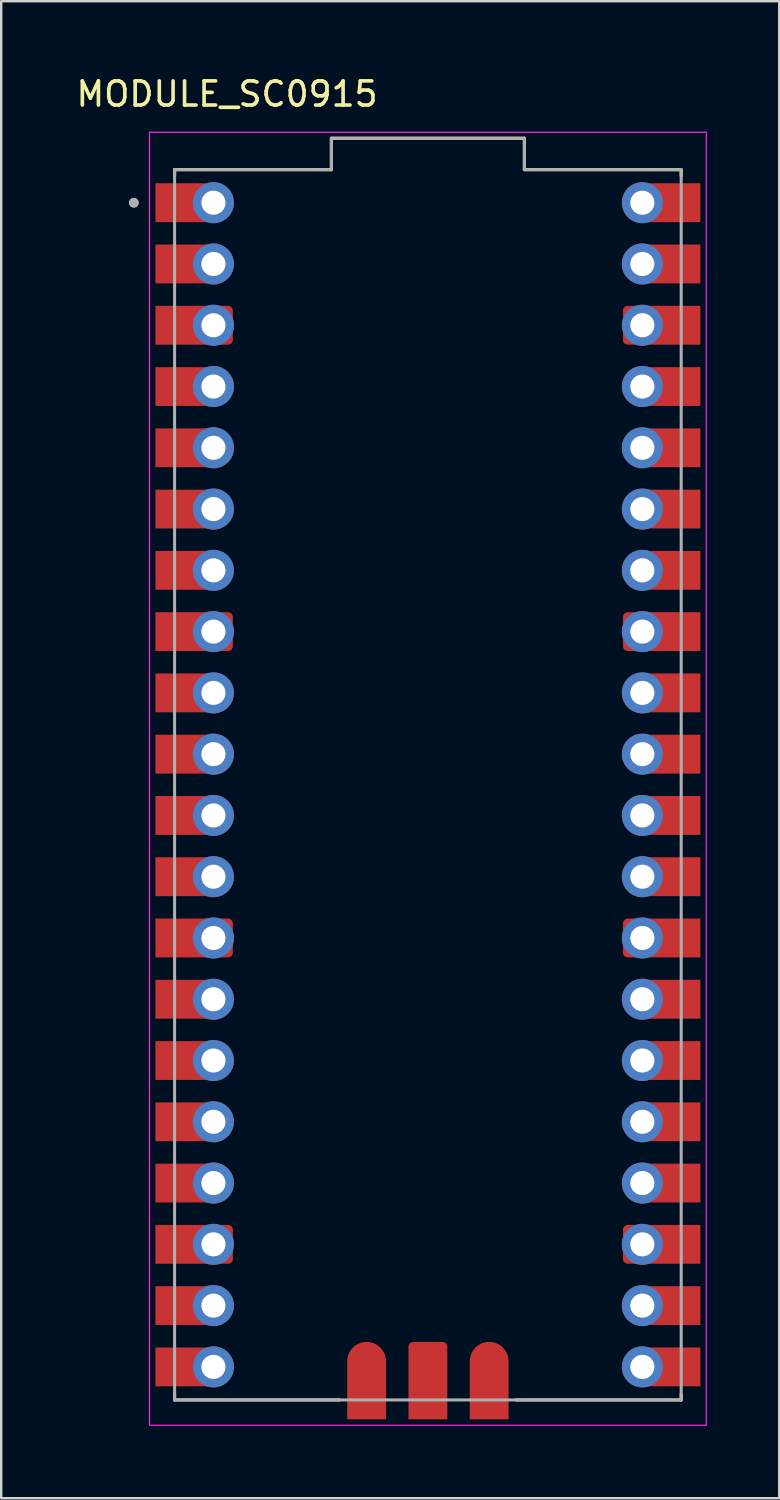
<source format=kicad_pcb>
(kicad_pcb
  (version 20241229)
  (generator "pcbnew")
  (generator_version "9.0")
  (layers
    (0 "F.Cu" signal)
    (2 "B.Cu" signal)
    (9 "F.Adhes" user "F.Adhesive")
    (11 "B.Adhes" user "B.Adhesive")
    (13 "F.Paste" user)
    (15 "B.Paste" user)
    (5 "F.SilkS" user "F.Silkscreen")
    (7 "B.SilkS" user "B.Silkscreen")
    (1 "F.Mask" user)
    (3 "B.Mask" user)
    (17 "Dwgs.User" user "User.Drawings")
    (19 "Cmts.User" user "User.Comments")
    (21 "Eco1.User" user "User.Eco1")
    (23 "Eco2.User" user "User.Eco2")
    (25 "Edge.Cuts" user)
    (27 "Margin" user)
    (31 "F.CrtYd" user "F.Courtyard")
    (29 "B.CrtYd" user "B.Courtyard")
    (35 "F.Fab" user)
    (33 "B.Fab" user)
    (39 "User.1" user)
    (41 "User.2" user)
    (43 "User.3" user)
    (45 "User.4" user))
  (footprint "MODULE_SC0915"
    (layer "F.Cu")
    (at 14.688 29.483)
    (property "Reference" "MODULE_SC0915" (at -8.325 -28.635 0) (layer "F.SilkS") (effects (font (size 1 1) (thickness 0.15))))
    (attr through_hole)
    (fp_poly (pts (xy -11.39 -23.23) (xy -11.39 -25.03) (xy -8.89 -25.03) (xy -8.843 -25.029) (xy -8.796 -25.025) (xy -8.749 -25.019) (xy -8.703 -25.01) (xy -8.657 -24.999) (xy -8.612 -24.986) (xy -8.567 -24.97) (xy -8.524 -24.952) (xy -8.481 -24.932) (xy -8.44 -24.909) (xy -8.4 -24.885) (xy -8.361 -24.858) (xy -8.324 -24.829) (xy -8.288 -24.799) (xy -8.254 -24.766) (xy -8.221 -24.732) (xy -8.191 -24.696) (xy -8.162 -24.659) (xy -8.135 -24.62) (xy -8.111 -24.58) (xy -8.088 -24.539) (xy -8.068 -24.496) (xy -8.05 -24.453) (xy -8.034 -24.408) (xy -8.021 -24.363) (xy -8.01 -24.317) (xy -8.001 -24.271) (xy -7.995 -24.224) (xy -7.991 -24.177) (xy -7.99 -24.13) (xy -7.991 -24.083) (xy -7.995 -24.036) (xy -8.001 -23.989) (xy -8.01 -23.943) (xy -8.021 -23.897) (xy -8.034 -23.852) (xy -8.05 -23.807) (xy -8.068 -23.764) (xy -8.088 -23.721) (xy -8.111 -23.68) (xy -8.135 -23.64) (xy -8.162 -23.601) (xy -8.191 -23.564) (xy -8.221 -23.528) (xy -8.254 -23.494) (xy -8.288 -23.461) (xy -8.324 -23.431) (xy -8.361 -23.402) (xy -8.4 -23.375) (xy -8.44 -23.351) (xy -8.481 -23.328) (xy -8.524 -23.308) (xy -8.567 -23.29) (xy -8.612 -23.274) (xy -8.657 -23.261) (xy -8.703 -23.25) (xy -8.749 -23.241) (xy -8.796 -23.235) (xy -8.843 -23.231) (xy -8.89 -23.23) (xy -11.39 -23.23)) (stroke (width 0.01) (type solid)) (fill yes) (layer "F.Mask"))
    (fp_poly (pts (xy -11.39 -20.69) (xy -11.39 -22.49) (xy -8.89 -22.49) (xy -8.843 -22.489) (xy -8.796 -22.485) (xy -8.749 -22.479) (xy -8.703 -22.47) (xy -8.657 -22.459) (xy -8.612 -22.446) (xy -8.567 -22.43) (xy -8.524 -22.412) (xy -8.481 -22.392) (xy -8.44 -22.369) (xy -8.4 -22.345) (xy -8.361 -22.318) (xy -8.324 -22.289) (xy -8.288 -22.259) (xy -8.254 -22.226) (xy -8.221 -22.192) (xy -8.191 -22.156) (xy -8.162 -22.119) (xy -8.135 -22.08) (xy -8.111 -22.04) (xy -8.088 -21.999) (xy -8.068 -21.956) (xy -8.05 -21.913) (xy -8.034 -21.868) (xy -8.021 -21.823) (xy -8.01 -21.777) (xy -8.001 -21.731) (xy -7.995 -21.684) (xy -7.991 -21.637) (xy -7.99 -21.59) (xy -7.991 -21.543) (xy -7.995 -21.496) (xy -8.001 -21.449) (xy -8.01 -21.403) (xy -8.021 -21.357) (xy -8.034 -21.312) (xy -8.05 -21.267) (xy -8.068 -21.224) (xy -8.088 -21.181) (xy -8.111 -21.14) (xy -8.135 -21.1) (xy -8.162 -21.061) (xy -8.191 -21.024) (xy -8.221 -20.988) (xy -8.254 -20.954) (xy -8.288 -20.921) (xy -8.324 -20.891) (xy -8.361 -20.862) (xy -8.4 -20.835) (xy -8.44 -20.811) (xy -8.481 -20.788) (xy -8.524 -20.768) (xy -8.567 -20.75) (xy -8.612 -20.734) (xy -8.657 -20.721) (xy -8.703 -20.71) (xy -8.749 -20.701) (xy -8.796 -20.695) (xy -8.843 -20.691) (xy -8.89 -20.69) (xy -11.39 -20.69)) (stroke (width 0.01) (type solid)) (fill yes) (layer "F.Mask"))
    (fp_poly (pts (xy -11.39 -15.61) (xy -11.39 -17.41) (xy -8.89 -17.41) (xy -8.843 -17.409) (xy -8.796 -17.405) (xy -8.749 -17.399) (xy -8.703 -17.39) (xy -8.657 -17.379) (xy -8.612 -17.366) (xy -8.567 -17.35) (xy -8.524 -17.332) (xy -8.481 -17.312) (xy -8.44 -17.289) (xy -8.4 -17.265) (xy -8.361 -17.238) (xy -8.324 -17.209) (xy -8.288 -17.179) (xy -8.254 -17.146) (xy -8.221 -17.112) (xy -8.191 -17.076) (xy -8.162 -17.039) (xy -8.135 -17) (xy -8.111 -16.96) (xy -8.088 -16.919) (xy -8.068 -16.876) (xy -8.05 -16.833) (xy -8.034 -16.788) (xy -8.021 -16.743) (xy -8.01 -16.697) (xy -8.001 -16.651) (xy -7.995 -16.604) (xy -7.991 -16.557) (xy -7.99 -16.51) (xy -7.991 -16.463) (xy -7.995 -16.416) (xy -8.001 -16.369) (xy -8.01 -16.323) (xy -8.021 -16.277) (xy -8.034 -16.232) (xy -8.05 -16.187) (xy -8.068 -16.144) (xy -8.088 -16.101) (xy -8.111 -16.06) (xy -8.135 -16.02) (xy -8.162 -15.981) (xy -8.191 -15.944) (xy -8.221 -15.908) (xy -8.254 -15.874) (xy -8.288 -15.841) (xy -8.324 -15.811) (xy -8.361 -15.782) (xy -8.4 -15.755) (xy -8.44 -15.731) (xy -8.481 -15.708) (xy -8.524 -15.688) (xy -8.567 -15.67) (xy -8.612 -15.654) (xy -8.657 -15.641) (xy -8.703 -15.63) (xy -8.749 -15.621) (xy -8.796 -15.615) (xy -8.843 -15.611) (xy -8.89 -15.61) (xy -11.39 -15.61)) (stroke (width 0.01) (type solid)) (fill yes) (layer "F.Mask"))
    (fp_poly (pts (xy -11.39 -13.07) (xy -11.39 -14.87) (xy -8.89 -14.87) (xy -8.843 -14.869) (xy -8.796 -14.865) (xy -8.749 -14.859) (xy -8.703 -14.85) (xy -8.657 -14.839) (xy -8.612 -14.826) (xy -8.567 -14.81) (xy -8.524 -14.792) (xy -8.481 -14.772) (xy -8.44 -14.749) (xy -8.4 -14.725) (xy -8.361 -14.698) (xy -8.324 -14.669) (xy -8.288 -14.639) (xy -8.254 -14.606) (xy -8.221 -14.572) (xy -8.191 -14.536) (xy -8.162 -14.499) (xy -8.135 -14.46) (xy -8.111 -14.42) (xy -8.088 -14.379) (xy -8.068 -14.336) (xy -8.05 -14.293) (xy -8.034 -14.248) (xy -8.021 -14.203) (xy -8.01 -14.157) (xy -8.001 -14.111) (xy -7.995 -14.064) (xy -7.991 -14.017) (xy -7.99 -13.97) (xy -7.991 -13.923) (xy -7.995 -13.876) (xy -8.001 -13.829) (xy -8.01 -13.783) (xy -8.021 -13.737) (xy -8.034 -13.692) (xy -8.05 -13.647) (xy -8.068 -13.604) (xy -8.088 -13.561) (xy -8.111 -13.52) (xy -8.135 -13.48) (xy -8.162 -13.441) (xy -8.191 -13.404) (xy -8.221 -13.368) (xy -8.254 -13.334) (xy -8.288 -13.301) (xy -8.324 -13.271) (xy -8.361 -13.242) (xy -8.4 -13.215) (xy -8.44 -13.191) (xy -8.481 -13.168) (xy -8.524 -13.148) (xy -8.567 -13.13) (xy -8.612 -13.114) (xy -8.657 -13.101) (xy -8.703 -13.09) (xy -8.749 -13.081) (xy -8.796 -13.075) (xy -8.843 -13.071) (xy -8.89 -13.07) (xy -11.39 -13.07)) (stroke (width 0.01) (type solid)) (fill yes) (layer "F.Mask"))
    (fp_poly (pts (xy -11.39 -10.53) (xy -11.39 -12.33) (xy -8.89 -12.33) (xy -8.843 -12.329) (xy -8.796 -12.325) (xy -8.749 -12.319) (xy -8.703 -12.31) (xy -8.657 -12.299) (xy -8.612 -12.286) (xy -8.567 -12.27) (xy -8.524 -12.252) (xy -8.481 -12.232) (xy -8.44 -12.209) (xy -8.4 -12.185) (xy -8.361 -12.158) (xy -8.324 -12.129) (xy -8.288 -12.099) (xy -8.254 -12.066) (xy -8.221 -12.032) (xy -8.191 -11.996) (xy -8.162 -11.959) (xy -8.135 -11.92) (xy -8.111 -11.88) (xy -8.088 -11.839) (xy -8.068 -11.796) (xy -8.05 -11.753) (xy -8.034 -11.708) (xy -8.021 -11.663) (xy -8.01 -11.617) (xy -8.001 -11.571) (xy -7.995 -11.524) (xy -7.991 -11.477) (xy -7.99 -11.43) (xy -7.991 -11.383) (xy -7.995 -11.336) (xy -8.001 -11.289) (xy -8.01 -11.243) (xy -8.021 -11.197) (xy -8.034 -11.152) (xy -8.05 -11.107) (xy -8.068 -11.064) (xy -8.088 -11.021) (xy -8.111 -10.98) (xy -8.135 -10.94) (xy -8.162 -10.901) (xy -8.191 -10.864) (xy -8.221 -10.828) (xy -8.254 -10.794) (xy -8.288 -10.761) (xy -8.324 -10.731) (xy -8.361 -10.702) (xy -8.4 -10.675) (xy -8.44 -10.651) (xy -8.481 -10.628) (xy -8.524 -10.608) (xy -8.567 -10.59) (xy -8.612 -10.574) (xy -8.657 -10.561) (xy -8.703 -10.55) (xy -8.749 -10.541) (xy -8.796 -10.535) (xy -8.843 -10.531) (xy -8.89 -10.53) (xy -11.39 -10.53)) (stroke (width 0.01) (type solid)) (fill yes) (layer "F.Mask"))
    (fp_poly (pts (xy -11.39 -7.99) (xy -11.39 -9.79) (xy -8.89 -9.79) (xy -8.843 -9.789) (xy -8.796 -9.785) (xy -8.749 -9.779) (xy -8.703 -9.77) (xy -8.657 -9.759) (xy -8.612 -9.746) (xy -8.567 -9.73) (xy -8.524 -9.712) (xy -8.481 -9.692) (xy -8.44 -9.669) (xy -8.4 -9.645) (xy -8.361 -9.618) (xy -8.324 -9.589) (xy -8.288 -9.559) (xy -8.254 -9.526) (xy -8.221 -9.492) (xy -8.191 -9.456) (xy -8.162 -9.419) (xy -8.135 -9.38) (xy -8.111 -9.34) (xy -8.088 -9.299) (xy -8.068 -9.256) (xy -8.05 -9.213) (xy -8.034 -9.168) (xy -8.021 -9.123) (xy -8.01 -9.077) (xy -8.001 -9.031) (xy -7.995 -8.984) (xy -7.991 -8.937) (xy -7.99 -8.89) (xy -7.991 -8.843) (xy -7.995 -8.796) (xy -8.001 -8.749) (xy -8.01 -8.703) (xy -8.021 -8.657) (xy -8.034 -8.612) (xy -8.05 -8.567) (xy -8.068 -8.524) (xy -8.088 -8.481) (xy -8.111 -8.44) (xy -8.135 -8.4) (xy -8.162 -8.361) (xy -8.191 -8.324) (xy -8.221 -8.288) (xy -8.254 -8.254) (xy -8.288 -8.221) (xy -8.324 -8.191) (xy -8.361 -8.162) (xy -8.4 -8.135) (xy -8.44 -8.111) (xy -8.481 -8.088) (xy -8.524 -8.068) (xy -8.567 -8.05) (xy -8.612 -8.034) (xy -8.657 -8.021) (xy -8.703 -8.01) (xy -8.749 -8.001) (xy -8.796 -7.995) (xy -8.843 -7.991) (xy -8.89 -7.99) (xy -11.39 -7.99)) (stroke (width 0.01) (type solid)) (fill yes) (layer "F.Mask"))
    (fp_poly (pts (xy -11.39 -2.91) (xy -11.39 -4.71) (xy -8.89 -4.71) (xy -8.843 -4.709) (xy -8.796 -4.705) (xy -8.749 -4.699) (xy -8.703 -4.69) (xy -8.657 -4.679) (xy -8.612 -4.666) (xy -8.567 -4.65) (xy -8.524 -4.632) (xy -8.481 -4.612) (xy -8.44 -4.589) (xy -8.4 -4.565) (xy -8.361 -4.538) (xy -8.324 -4.509) (xy -8.288 -4.479) (xy -8.254 -4.446) (xy -8.221 -4.412) (xy -8.191 -4.376) (xy -8.162 -4.339) (xy -8.135 -4.3) (xy -8.111 -4.26) (xy -8.088 -4.219) (xy -8.068 -4.176) (xy -8.05 -4.133) (xy -8.034 -4.088) (xy -8.021 -4.043) (xy -8.01 -3.997) (xy -8.001 -3.951) (xy -7.995 -3.904) (xy -7.991 -3.857) (xy -7.99 -3.81) (xy -7.991 -3.763) (xy -7.995 -3.716) (xy -8.001 -3.669) (xy -8.01 -3.623) (xy -8.021 -3.577) (xy -8.034 -3.532) (xy -8.05 -3.487) (xy -8.068 -3.444) (xy -8.088 -3.401) (xy -8.111 -3.36) (xy -8.135 -3.32) (xy -8.162 -3.281) (xy -8.191 -3.244) (xy -8.221 -3.208) (xy -8.254 -3.174) (xy -8.288 -3.141) (xy -8.324 -3.111) (xy -8.361 -3.082) (xy -8.4 -3.055) (xy -8.44 -3.031) (xy -8.481 -3.008) (xy -8.524 -2.988) (xy -8.567 -2.97) (xy -8.612 -2.954) (xy -8.657 -2.941) (xy -8.703 -2.93) (xy -8.749 -2.921) (xy -8.796 -2.915) (xy -8.843 -2.911) (xy -8.89 -2.91) (xy -11.39 -2.91)) (stroke (width 0.01) (type solid)) (fill yes) (layer "F.Mask"))
    (fp_poly (pts (xy -11.39 -0.37) (xy -11.39 -2.17) (xy -8.89 -2.17) (xy -8.843 -2.169) (xy -8.796 -2.165) (xy -8.749 -2.159) (xy -8.703 -2.15) (xy -8.657 -2.139) (xy -8.612 -2.126) (xy -8.567 -2.11) (xy -8.524 -2.092) (xy -8.481 -2.072) (xy -8.44 -2.049) (xy -8.4 -2.025) (xy -8.361 -1.998) (xy -8.324 -1.969) (xy -8.288 -1.939) (xy -8.254 -1.906) (xy -8.221 -1.872) (xy -8.191 -1.836) (xy -8.162 -1.799) (xy -8.135 -1.76) (xy -8.111 -1.72) (xy -8.088 -1.679) (xy -8.068 -1.636) (xy -8.05 -1.593) (xy -8.034 -1.548) (xy -8.021 -1.503) (xy -8.01 -1.457) (xy -8.001 -1.411) (xy -7.995 -1.364) (xy -7.991 -1.317) (xy -7.99 -1.27) (xy -7.991 -1.223) (xy -7.995 -1.176) (xy -8.001 -1.129) (xy -8.01 -1.083) (xy -8.021 -1.037) (xy -8.034 -0.992) (xy -8.05 -0.947) (xy -8.068 -0.904) (xy -8.088 -0.861) (xy -8.111 -0.82) (xy -8.135 -0.78) (xy -8.162 -0.741) (xy -8.191 -0.704) (xy -8.221 -0.668) (xy -8.254 -0.634) (xy -8.288 -0.601) (xy -8.324 -0.571) (xy -8.361 -0.542) (xy -8.4 -0.515) (xy -8.44 -0.491) (xy -8.481 -0.468) (xy -8.524 -0.448) (xy -8.567 -0.43) (xy -8.612 -0.414) (xy -8.657 -0.401) (xy -8.703 -0.39) (xy -8.749 -0.381) (xy -8.796 -0.375) (xy -8.843 -0.371) (xy -8.89 -0.37) (xy -11.39 -0.37)) (stroke (width 0.01) (type solid)) (fill yes) (layer "F.Mask"))
    (fp_poly (pts (xy -11.39 2.17) (xy -11.39 0.37) (xy -8.89 0.37) (xy -8.843 0.371) (xy -8.796 0.375) (xy -8.749 0.381) (xy -8.703 0.39) (xy -8.657 0.401) (xy -8.612 0.414) (xy -8.567 0.43) (xy -8.524 0.448) (xy -8.481 0.468) (xy -8.44 0.491) (xy -8.4 0.515) (xy -8.361 0.542) (xy -8.324 0.571) (xy -8.288 0.601) (xy -8.254 0.634) (xy -8.221 0.668) (xy -8.191 0.704) (xy -8.162 0.741) (xy -8.135 0.78) (xy -8.111 0.82) (xy -8.088 0.861) (xy -8.068 0.904) (xy -8.05 0.947) (xy -8.034 0.992) (xy -8.021 1.037) (xy -8.01 1.083) (xy -8.001 1.129) (xy -7.995 1.176) (xy -7.991 1.223) (xy -7.99 1.27) (xy -7.991 1.317) (xy -7.995 1.364) (xy -8.001 1.411) (xy -8.01 1.457) (xy -8.021 1.503) (xy -8.034 1.548) (xy -8.05 1.593) (xy -8.068 1.636) (xy -8.088 1.679) (xy -8.111 1.72) (xy -8.135 1.76) (xy -8.162 1.799) (xy -8.191 1.836) (xy -8.221 1.872) (xy -8.254 1.906) (xy -8.288 1.939) (xy -8.324 1.969) (xy -8.361 1.998) (xy -8.4 2.025) (xy -8.44 2.049) (xy -8.481 2.072) (xy -8.524 2.092) (xy -8.567 2.11) (xy -8.612 2.126) (xy -8.657 2.139) (xy -8.703 2.15) (xy -8.749 2.159) (xy -8.796 2.165) (xy -8.843 2.169) (xy -8.89 2.17) (xy -11.39 2.17)) (stroke (width 0.01) (type solid)) (fill yes) (layer "F.Mask"))
    (fp_poly (pts (xy -11.39 4.71) (xy -11.39 2.91) (xy -8.89 2.91) (xy -8.843 2.911) (xy -8.796 2.915) (xy -8.749 2.921) (xy -8.703 2.93) (xy -8.657 2.941) (xy -8.612 2.954) (xy -8.567 2.97) (xy -8.524 2.988) (xy -8.481 3.008) (xy -8.44 3.031) (xy -8.4 3.055) (xy -8.361 3.082) (xy -8.324 3.111) (xy -8.288 3.141) (xy -8.254 3.174) (xy -8.221 3.208) (xy -8.191 3.244) (xy -8.162 3.281) (xy -8.135 3.32) (xy -8.111 3.36) (xy -8.088 3.401) (xy -8.068 3.444) (xy -8.05 3.487) (xy -8.034 3.532) (xy -8.021 3.577) (xy -8.01 3.623) (xy -8.001 3.669) (xy -7.995 3.716) (xy -7.991 3.763) (xy -7.99 3.81) (xy -7.991 3.857) (xy -7.995 3.904) (xy -8.001 3.951) (xy -8.01 3.997) (xy -8.021 4.043) (xy -8.034 4.088) (xy -8.05 4.133) (xy -8.068 4.176) (xy -8.088 4.219) (xy -8.111 4.26) (xy -8.135 4.3) (xy -8.162 4.339) (xy -8.191 4.376) (xy -8.221 4.412) (xy -8.254 4.446) (xy -8.288 4.479) (xy -8.324 4.509) (xy -8.361 4.538) (xy -8.4 4.565) (xy -8.44 4.589) (xy -8.481 4.612) (xy -8.524 4.632) (xy -8.567 4.65) (xy -8.612 4.666) (xy -8.657 4.679) (xy -8.703 4.69) (xy -8.749 4.699) (xy -8.796 4.705) (xy -8.843 4.709) (xy -8.89 4.71) (xy -11.39 4.71)) (stroke (width 0.01) (type solid)) (fill yes) (layer "F.Mask"))
    (fp_poly (pts (xy -11.39 9.79) (xy -11.39 7.99) (xy -8.89 7.99) (xy -8.843 7.991) (xy -8.796 7.995) (xy -8.749 8.001) (xy -8.703 8.01) (xy -8.657 8.021) (xy -8.612 8.034) (xy -8.567 8.05) (xy -8.524 8.068) (xy -8.481 8.088) (xy -8.44 8.111) (xy -8.4 8.135) (xy -8.361 8.162) (xy -8.324 8.191) (xy -8.288 8.221) (xy -8.254 8.254) (xy -8.221 8.288) (xy -8.191 8.324) (xy -8.162 8.361) (xy -8.135 8.4) (xy -8.111 8.44) (xy -8.088 8.481) (xy -8.068 8.524) (xy -8.05 8.567) (xy -8.034 8.612) (xy -8.021 8.657) (xy -8.01 8.703) (xy -8.001 8.749) (xy -7.995 8.796) (xy -7.991 8.843) (xy -7.99 8.89) (xy -7.991 8.937) (xy -7.995 8.984) (xy -8.001 9.031) (xy -8.01 9.077) (xy -8.021 9.123) (xy -8.034 9.168) (xy -8.05 9.213) (xy -8.068 9.256) (xy -8.088 9.299) (xy -8.111 9.34) (xy -8.135 9.38) (xy -8.162 9.419) (xy -8.191 9.456) (xy -8.221 9.492) (xy -8.254 9.526) (xy -8.288 9.559) (xy -8.324 9.589) (xy -8.361 9.618) (xy -8.4 9.645) (xy -8.44 9.669) (xy -8.481 9.692) (xy -8.524 9.712) (xy -8.567 9.73) (xy -8.612 9.746) (xy -8.657 9.759) (xy -8.703 9.77) (xy -8.749 9.779) (xy -8.796 9.785) (xy -8.843 9.789) (xy -8.89 9.79) (xy -11.39 9.79)) (stroke (width 0.01) (type solid)) (fill yes) (layer "F.Mask"))
    (fp_poly (pts (xy -11.39 12.33) (xy -11.39 10.53) (xy -8.89 10.53) (xy -8.843 10.531) (xy -8.796 10.535) (xy -8.749 10.541) (xy -8.703 10.55) (xy -8.657 10.561) (xy -8.612 10.574) (xy -8.567 10.59) (xy -8.524 10.608) (xy -8.481 10.628) (xy -8.44 10.651) (xy -8.4 10.675) (xy -8.361 10.702) (xy -8.324 10.731) (xy -8.288 10.761) (xy -8.254 10.794) (xy -8.221 10.828) (xy -8.191 10.864) (xy -8.162 10.901) (xy -8.135 10.94) (xy -8.111 10.98) (xy -8.088 11.021) (xy -8.068 11.064) (xy -8.05 11.107) (xy -8.034 11.152) (xy -8.021 11.197) (xy -8.01 11.243) (xy -8.001 11.289) (xy -7.995 11.336) (xy -7.991 11.383) (xy -7.99 11.43) (xy -7.991 11.477) (xy -7.995 11.524) (xy -8.001 11.571) (xy -8.01 11.617) (xy -8.021 11.663) (xy -8.034 11.708) (xy -8.05 11.753) (xy -8.068 11.796) (xy -8.088 11.839) (xy -8.111 11.88) (xy -8.135 11.92) (xy -8.162 11.959) (xy -8.191 11.996) (xy -8.221 12.032) (xy -8.254 12.066) (xy -8.288 12.099) (xy -8.324 12.129) (xy -8.361 12.158) (xy -8.4 12.185) (xy -8.44 12.209) (xy -8.481 12.232) (xy -8.524 12.252) (xy -8.567 12.27) (xy -8.612 12.286) (xy -8.657 12.299) (xy -8.703 12.31) (xy -8.749 12.319) (xy -8.796 12.325) (xy -8.843 12.329) (xy -8.89 12.33) (xy -11.39 12.33)) (stroke (width 0.01) (type solid)) (fill yes) (layer "F.Mask"))
    (fp_poly (pts (xy -11.39 14.87) (xy -11.39 13.07) (xy -8.89 13.07) (xy -8.843 13.071) (xy -8.796 13.075) (xy -8.749 13.081) (xy -8.703 13.09) (xy -8.657 13.101) (xy -8.612 13.114) (xy -8.567 13.13) (xy -8.524 13.148) (xy -8.481 13.168) (xy -8.44 13.191) (xy -8.4 13.215) (xy -8.361 13.242) (xy -8.324 13.271) (xy -8.288 13.301) (xy -8.254 13.334) (xy -8.221 13.368) (xy -8.191 13.404) (xy -8.162 13.441) (xy -8.135 13.48) (xy -8.111 13.52) (xy -8.088 13.561) (xy -8.068 13.604) (xy -8.05 13.647) (xy -8.034 13.692) (xy -8.021 13.737) (xy -8.01 13.783) (xy -8.001 13.829) (xy -7.995 13.876) (xy -7.991 13.923) (xy -7.99 13.97) (xy -7.991 14.017) (xy -7.995 14.064) (xy -8.001 14.111) (xy -8.01 14.157) (xy -8.021 14.203) (xy -8.034 14.248) (xy -8.05 14.293) (xy -8.068 14.336) (xy -8.088 14.379) (xy -8.111 14.42) (xy -8.135 14.46) (xy -8.162 14.499) (xy -8.191 14.536) (xy -8.221 14.572) (xy -8.254 14.606) (xy -8.288 14.639) (xy -8.324 14.669) (xy -8.361 14.698) (xy -8.4 14.725) (xy -8.44 14.749) (xy -8.481 14.772) (xy -8.524 14.792) (xy -8.567 14.81) (xy -8.612 14.826) (xy -8.657 14.839) (xy -8.703 14.85) (xy -8.749 14.859) (xy -8.796 14.865) (xy -8.843 14.869) (xy -8.89 14.87) (xy -11.39 14.87)) (stroke (width 0.01) (type solid)) (fill yes) (layer "F.Mask"))
    (fp_poly (pts (xy -11.39 17.41) (xy -11.39 15.61) (xy -8.89 15.61) (xy -8.843 15.611) (xy -8.796 15.615) (xy -8.749 15.621) (xy -8.703 15.63) (xy -8.657 15.641) (xy -8.612 15.654) (xy -8.567 15.67) (xy -8.524 15.688) (xy -8.481 15.708) (xy -8.44 15.731) (xy -8.4 15.755) (xy -8.361 15.782) (xy -8.324 15.811) (xy -8.288 15.841) (xy -8.254 15.874) (xy -8.221 15.908) (xy -8.191 15.944) (xy -8.162 15.981) (xy -8.135 16.02) (xy -8.111 16.06) (xy -8.088 16.101) (xy -8.068 16.144) (xy -8.05 16.187) (xy -8.034 16.232) (xy -8.021 16.277) (xy -8.01 16.323) (xy -8.001 16.369) (xy -7.995 16.416) (xy -7.991 16.463) (xy -7.99 16.51) (xy -7.991 16.557) (xy -7.995 16.604) (xy -8.001 16.651) (xy -8.01 16.697) (xy -8.021 16.743) (xy -8.034 16.788) (xy -8.05 16.833) (xy -8.068 16.876) (xy -8.088 16.919) (xy -8.111 16.96) (xy -8.135 17) (xy -8.162 17.039) (xy -8.191 17.076) (xy -8.221 17.112) (xy -8.254 17.146) (xy -8.288 17.179) (xy -8.324 17.209) (xy -8.361 17.238) (xy -8.4 17.265) (xy -8.44 17.289) (xy -8.481 17.312) (xy -8.524 17.332) (xy -8.567 17.35) (xy -8.612 17.366) (xy -8.657 17.379) (xy -8.703 17.39) (xy -8.749 17.399) (xy -8.796 17.405) (xy -8.843 17.409) (xy -8.89 17.41) (xy -11.39 17.41)) (stroke (width 0.01) (type solid)) (fill yes) (layer "F.Mask"))
    (fp_poly (pts (xy -11.39 22.49) (xy -11.39 20.69) (xy -8.89 20.69) (xy -8.843 20.691) (xy -8.796 20.695) (xy -8.749 20.701) (xy -8.703 20.71) (xy -8.657 20.721) (xy -8.612 20.734) (xy -8.567 20.75) (xy -8.524 20.768) (xy -8.481 20.788) (xy -8.44 20.811) (xy -8.4 20.835) (xy -8.361 20.862) (xy -8.324 20.891) (xy -8.288 20.921) (xy -8.254 20.954) (xy -8.221 20.988) (xy -8.191 21.024) (xy -8.162 21.061) (xy -8.135 21.1) (xy -8.111 21.14) (xy -8.088 21.181) (xy -8.068 21.224) (xy -8.05 21.267) (xy -8.034 21.312) (xy -8.021 21.357) (xy -8.01 21.403) (xy -8.001 21.449) (xy -7.995 21.496) (xy -7.991 21.543) (xy -7.99 21.59) (xy -7.991 21.637) (xy -7.995 21.684) (xy -8.001 21.731) (xy -8.01 21.777) (xy -8.021 21.823) (xy -8.034 21.868) (xy -8.05 21.913) (xy -8.068 21.956) (xy -8.088 21.999) (xy -8.111 22.04) (xy -8.135 22.08) (xy -8.162 22.119) (xy -8.191 22.156) (xy -8.221 22.192) (xy -8.254 22.226) (xy -8.288 22.259) (xy -8.324 22.289) (xy -8.361 22.318) (xy -8.4 22.345) (xy -8.44 22.369) (xy -8.481 22.392) (xy -8.524 22.412) (xy -8.567 22.43) (xy -8.612 22.446) (xy -8.657 22.459) (xy -8.703 22.47) (xy -8.749 22.479) (xy -8.796 22.485) (xy -8.843 22.489) (xy -8.89 22.49) (xy -11.39 22.49)) (stroke (width 0.01) (type solid)) (fill yes) (layer "F.Mask"))
    (fp_poly (pts (xy -11.39 25.03) (xy -11.39 23.23) (xy -8.89 23.23) (xy -8.843 23.231) (xy -8.796 23.235) (xy -8.749 23.241) (xy -8.703 23.25) (xy -8.657 23.261) (xy -8.612 23.274) (xy -8.567 23.29) (xy -8.524 23.308) (xy -8.481 23.328) (xy -8.44 23.351) (xy -8.4 23.375) (xy -8.361 23.402) (xy -8.324 23.431) (xy -8.288 23.461) (xy -8.254 23.494) (xy -8.221 23.528) (xy -8.191 23.564) (xy -8.162 23.601) (xy -8.135 23.64) (xy -8.111 23.68) (xy -8.088 23.721) (xy -8.068 23.764) (xy -8.05 23.807) (xy -8.034 23.852) (xy -8.021 23.897) (xy -8.01 23.943) (xy -8.001 23.989) (xy -7.995 24.036) (xy -7.991 24.083) (xy -7.99 24.13) (xy -7.991 24.177) (xy -7.995 24.224) (xy -8.001 24.271) (xy -8.01 24.317) (xy -8.021 24.363) (xy -8.034 24.408) (xy -8.05 24.453) (xy -8.068 24.496) (xy -8.088 24.539) (xy -8.111 24.58) (xy -8.135 24.62) (xy -8.162 24.659) (xy -8.191 24.696) (xy -8.221 24.732) (xy -8.254 24.766) (xy -8.288 24.799) (xy -8.324 24.829) (xy -8.361 24.858) (xy -8.4 24.885) (xy -8.44 24.909) (xy -8.481 24.932) (xy -8.524 24.952) (xy -8.567 24.97) (xy -8.612 24.986) (xy -8.657 24.999) (xy -8.703 25.01) (xy -8.749 25.019) (xy -8.796 25.025) (xy -8.843 25.029) (xy -8.89 25.03) (xy -11.39 25.03)) (stroke (width 0.01) (type solid)) (fill yes) (layer "F.Mask"))
    (fp_poly (pts (xy -3.44 26.4) (xy -3.44 23.9) (xy -3.439 23.853) (xy -3.435 23.806) (xy -3.429 23.759) (xy -3.42 23.713) (xy -3.409 23.667) (xy -3.396 23.622) (xy -3.38 23.577) (xy -3.362 23.534) (xy -3.342 23.491) (xy -3.319 23.45) (xy -3.295 23.41) (xy -3.268 23.371) (xy -3.239 23.334) (xy -3.209 23.298) (xy -3.176 23.264) (xy -3.142 23.231) (xy -3.106 23.201) (xy -3.069 23.172) (xy -3.03 23.145) (xy -2.99 23.121) (xy -2.949 23.098) (xy -2.906 23.078) (xy -2.863 23.06) (xy -2.818 23.044) (xy -2.773 23.031) (xy -2.727 23.02) (xy -2.681 23.011) (xy -2.634 23.005) (xy -2.587 23.001) (xy -2.54 23) (xy -2.493 23.001) (xy -2.446 23.005) (xy -2.399 23.011) (xy -2.353 23.02) (xy -2.307 23.031) (xy -2.262 23.044) (xy -2.217 23.06) (xy -2.174 23.078) (xy -2.131 23.098) (xy -2.09 23.121) (xy -2.05 23.145) (xy -2.011 23.172) (xy -1.974 23.201) (xy -1.938 23.231) (xy -1.904 23.264) (xy -1.871 23.298) (xy -1.841 23.334) (xy -1.812 23.371) (xy -1.785 23.41) (xy -1.761 23.45) (xy -1.738 23.491) (xy -1.718 23.534) (xy -1.7 23.577) (xy -1.684 23.622) (xy -1.671 23.667) (xy -1.66 23.713) (xy -1.651 23.759) (xy -1.645 23.806) (xy -1.641 23.853) (xy -1.64 23.9) (xy -1.64 26.4) (xy -3.44 26.4)) (stroke (width 0.01) (type solid)) (fill yes) (layer "F.Mask"))
    (fp_poly (pts (xy 1.64 26.4) (xy 1.64 23.9) (xy 1.641 23.853) (xy 1.645 23.806) (xy 1.651 23.759) (xy 1.66 23.713) (xy 1.671 23.667) (xy 1.684 23.622) (xy 1.7 23.577) (xy 1.718 23.534) (xy 1.738 23.491) (xy 1.761 23.45) (xy 1.785 23.41) (xy 1.812 23.371) (xy 1.841 23.334) (xy 1.871 23.298) (xy 1.904 23.264) (xy 1.938 23.231) (xy 1.974 23.201) (xy 2.011 23.172) (xy 2.05 23.145) (xy 2.09 23.121) (xy 2.131 23.098) (xy 2.174 23.078) (xy 2.217 23.06) (xy 2.262 23.044) (xy 2.307 23.031) (xy 2.353 23.02) (xy 2.399 23.011) (xy 2.446 23.005) (xy 2.493 23.001) (xy 2.54 23) (xy 2.587 23.001) (xy 2.634 23.005) (xy 2.681 23.011) (xy 2.727 23.02) (xy 2.773 23.031) (xy 2.818 23.044) (xy 2.863 23.06) (xy 2.906 23.078) (xy 2.949 23.098) (xy 2.99 23.121) (xy 3.03 23.145) (xy 3.069 23.172) (xy 3.106 23.201) (xy 3.142 23.231) (xy 3.176 23.264) (xy 3.209 23.298) (xy 3.239 23.334) (xy 3.268 23.371) (xy 3.295 23.41) (xy 3.319 23.45) (xy 3.342 23.491) (xy 3.362 23.534) (xy 3.38 23.577) (xy 3.396 23.622) (xy 3.409 23.667) (xy 3.42 23.713) (xy 3.429 23.759) (xy 3.435 23.806) (xy 3.439 23.853) (xy 3.44 23.9) (xy 3.44 26.4) (xy 1.64 26.4)) (stroke (width 0.01) (type solid)) (fill yes) (layer "F.Mask"))
    (fp_poly (pts (xy 11.39 -23.23) (xy 11.39 -25.03) (xy 8.89 -25.03) (xy 8.843 -25.029) (xy 8.796 -25.025) (xy 8.749 -25.019) (xy 8.703 -25.01) (xy 8.657 -24.999) (xy 8.612 -24.986) (xy 8.567 -24.97) (xy 8.524 -24.952) (xy 8.481 -24.932) (xy 8.44 -24.909) (xy 8.4 -24.885) (xy 8.361 -24.858) (xy 8.324 -24.829) (xy 8.288 -24.799) (xy 8.254 -24.766) (xy 8.221 -24.732) (xy 8.191 -24.696) (xy 8.162 -24.659) (xy 8.135 -24.62) (xy 8.111 -24.58) (xy 8.088 -24.539) (xy 8.068 -24.496) (xy 8.05 -24.453) (xy 8.034 -24.408) (xy 8.021 -24.363) (xy 8.01 -24.317) (xy 8.001 -24.271) (xy 7.995 -24.224) (xy 7.991 -24.177) (xy 7.99 -24.13) (xy 7.991 -24.083) (xy 7.995 -24.036) (xy 8.001 -23.989) (xy 8.01 -23.943) (xy 8.021 -23.897) (xy 8.034 -23.852) (xy 8.05 -23.807) (xy 8.068 -23.764) (xy 8.088 -23.721) (xy 8.111 -23.68) (xy 8.135 -23.64) (xy 8.162 -23.601) (xy 8.191 -23.564) (xy 8.221 -23.528) (xy 8.254 -23.494) (xy 8.288 -23.461) (xy 8.324 -23.431) (xy 8.361 -23.402) (xy 8.4 -23.375) (xy 8.44 -23.351) (xy 8.481 -23.328) (xy 8.524 -23.308) (xy 8.567 -23.29) (xy 8.612 -23.274) (xy 8.657 -23.261) (xy 8.703 -23.25) (xy 8.749 -23.241) (xy 8.796 -23.235) (xy 8.843 -23.231) (xy 8.89 -23.23) (xy 11.39 -23.23)) (stroke (width 0.01) (type solid)) (fill yes) (layer "F.Mask"))
    (fp_poly (pts (xy 11.39 -20.69) (xy 11.39 -22.49) (xy 8.89 -22.49) (xy 8.843 -22.489) (xy 8.796 -22.485) (xy 8.749 -22.479) (xy 8.703 -22.47) (xy 8.657 -22.459) (xy 8.612 -22.446) (xy 8.567 -22.43) (xy 8.524 -22.412) (xy 8.481 -22.392) (xy 8.44 -22.369) (xy 8.4 -22.345) (xy 8.361 -22.318) (xy 8.324 -22.289) (xy 8.288 -22.259) (xy 8.254 -22.226) (xy 8.221 -22.192) (xy 8.191 -22.156) (xy 8.162 -22.119) (xy 8.135 -22.08) (xy 8.111 -22.04) (xy 8.088 -21.999) (xy 8.068 -21.956) (xy 8.05 -21.913) (xy 8.034 -21.868) (xy 8.021 -21.823) (xy 8.01 -21.777) (xy 8.001 -21.731) (xy 7.995 -21.684) (xy 7.991 -21.637) (xy 7.99 -21.59) (xy 7.991 -21.543) (xy 7.995 -21.496) (xy 8.001 -21.449) (xy 8.01 -21.403) (xy 8.021 -21.357) (xy 8.034 -21.312) (xy 8.05 -21.267) (xy 8.068 -21.224) (xy 8.088 -21.181) (xy 8.111 -21.14) (xy 8.135 -21.1) (xy 8.162 -21.061) (xy 8.191 -21.024) (xy 8.221 -20.988) (xy 8.254 -20.954) (xy 8.288 -20.921) (xy 8.324 -20.891) (xy 8.361 -20.862) (xy 8.4 -20.835) (xy 8.44 -20.811) (xy 8.481 -20.788) (xy 8.524 -20.768) (xy 8.567 -20.75) (xy 8.612 -20.734) (xy 8.657 -20.721) (xy 8.703 -20.71) (xy 8.749 -20.701) (xy 8.796 -20.695) (xy 8.843 -20.691) (xy 8.89 -20.69) (xy 11.39 -20.69)) (stroke (width 0.01) (type solid)) (fill yes) (layer "F.Mask"))
    (fp_poly (pts (xy 11.39 -15.61) (xy 11.39 -17.41) (xy 8.89 -17.41) (xy 8.843 -17.409) (xy 8.796 -17.405) (xy 8.749 -17.399) (xy 8.703 -17.39) (xy 8.657 -17.379) (xy 8.612 -17.366) (xy 8.567 -17.35) (xy 8.524 -17.332) (xy 8.481 -17.312) (xy 8.44 -17.289) (xy 8.4 -17.265) (xy 8.361 -17.238) (xy 8.324 -17.209) (xy 8.288 -17.179) (xy 8.254 -17.146) (xy 8.221 -17.112) (xy 8.191 -17.076) (xy 8.162 -17.039) (xy 8.135 -17) (xy 8.111 -16.96) (xy 8.088 -16.919) (xy 8.068 -16.876) (xy 8.05 -16.833) (xy 8.034 -16.788) (xy 8.021 -16.743) (xy 8.01 -16.697) (xy 8.001 -16.651) (xy 7.995 -16.604) (xy 7.991 -16.557) (xy 7.99 -16.51) (xy 7.991 -16.463) (xy 7.995 -16.416) (xy 8.001 -16.369) (xy 8.01 -16.323) (xy 8.021 -16.277) (xy 8.034 -16.232) (xy 8.05 -16.187) (xy 8.068 -16.144) (xy 8.088 -16.101) (xy 8.111 -16.06) (xy 8.135 -16.02) (xy 8.162 -15.981) (xy 8.191 -15.944) (xy 8.221 -15.908) (xy 8.254 -15.874) (xy 8.288 -15.841) (xy 8.324 -15.811) (xy 8.361 -15.782) (xy 8.4 -15.755) (xy 8.44 -15.731) (xy 8.481 -15.708) (xy 8.524 -15.688) (xy 8.567 -15.67) (xy 8.612 -15.654) (xy 8.657 -15.641) (xy 8.703 -15.63) (xy 8.749 -15.621) (xy 8.796 -15.615) (xy 8.843 -15.611) (xy 8.89 -15.61) (xy 11.39 -15.61)) (stroke (width 0.01) (type solid)) (fill yes) (layer "F.Mask"))
    (fp_poly (pts (xy 11.39 -13.07) (xy 11.39 -14.87) (xy 8.89 -14.87) (xy 8.843 -14.869) (xy 8.796 -14.865) (xy 8.749 -14.859) (xy 8.703 -14.85) (xy 8.657 -14.839) (xy 8.612 -14.826) (xy 8.567 -14.81) (xy 8.524 -14.792) (xy 8.481 -14.772) (xy 8.44 -14.749) (xy 8.4 -14.725) (xy 8.361 -14.698) (xy 8.324 -14.669) (xy 8.288 -14.639) (xy 8.254 -14.606) (xy 8.221 -14.572) (xy 8.191 -14.536) (xy 8.162 -14.499) (xy 8.135 -14.46) (xy 8.111 -14.42) (xy 8.088 -14.379) (xy 8.068 -14.336) (xy 8.05 -14.293) (xy 8.034 -14.248) (xy 8.021 -14.203) (xy 8.01 -14.157) (xy 8.001 -14.111) (xy 7.995 -14.064) (xy 7.991 -14.017) (xy 7.99 -13.97) (xy 7.991 -13.923) (xy 7.995 -13.876) (xy 8.001 -13.829) (xy 8.01 -13.783) (xy 8.021 -13.737) (xy 8.034 -13.692) (xy 8.05 -13.647) (xy 8.068 -13.604) (xy 8.088 -13.561) (xy 8.111 -13.52) (xy 8.135 -13.48) (xy 8.162 -13.441) (xy 8.191 -13.404) (xy 8.221 -13.368) (xy 8.254 -13.334) (xy 8.288 -13.301) (xy 8.324 -13.271) (xy 8.361 -13.242) (xy 8.4 -13.215) (xy 8.44 -13.191) (xy 8.481 -13.168) (xy 8.524 -13.148) (xy 8.567 -13.13) (xy 8.612 -13.114) (xy 8.657 -13.101) (xy 8.703 -13.09) (xy 8.749 -13.081) (xy 8.796 -13.075) (xy 8.843 -13.071) (xy 8.89 -13.07) (xy 11.39 -13.07)) (stroke (width 0.01) (type solid)) (fill yes) (layer "F.Mask"))
    (fp_poly (pts (xy 11.39 -10.53) (xy 11.39 -12.33) (xy 8.89 -12.33) (xy 8.843 -12.329) (xy 8.796 -12.325) (xy 8.749 -12.319) (xy 8.703 -12.31) (xy 8.657 -12.299) (xy 8.612 -12.286) (xy 8.567 -12.27) (xy 8.524 -12.252) (xy 8.481 -12.232) (xy 8.44 -12.209) (xy 8.4 -12.185) (xy 8.361 -12.158) (xy 8.324 -12.129) (xy 8.288 -12.099) (xy 8.254 -12.066) (xy 8.221 -12.032) (xy 8.191 -11.996) (xy 8.162 -11.959) (xy 8.135 -11.92) (xy 8.111 -11.88) (xy 8.088 -11.839) (xy 8.068 -11.796) (xy 8.05 -11.753) (xy 8.034 -11.708) (xy 8.021 -11.663) (xy 8.01 -11.617) (xy 8.001 -11.571) (xy 7.995 -11.524) (xy 7.991 -11.477) (xy 7.99 -11.43) (xy 7.991 -11.383) (xy 7.995 -11.336) (xy 8.001 -11.289) (xy 8.01 -11.243) (xy 8.021 -11.197) (xy 8.034 -11.152) (xy 8.05 -11.107) (xy 8.068 -11.064) (xy 8.088 -11.021) (xy 8.111 -10.98) (xy 8.135 -10.94) (xy 8.162 -10.901) (xy 8.191 -10.864) (xy 8.221 -10.828) (xy 8.254 -10.794) (xy 8.288 -10.761) (xy 8.324 -10.731) (xy 8.361 -10.702) (xy 8.4 -10.675) (xy 8.44 -10.651) (xy 8.481 -10.628) (xy 8.524 -10.608) (xy 8.567 -10.59) (xy 8.612 -10.574) (xy 8.657 -10.561) (xy 8.703 -10.55) (xy 8.749 -10.541) (xy 8.796 -10.535) (xy 8.843 -10.531) (xy 8.89 -10.53) (xy 11.39 -10.53)) (stroke (width 0.01) (type solid)) (fill yes) (layer "F.Mask"))
    (fp_poly (pts (xy 11.39 -7.99) (xy 11.39 -9.79) (xy 8.89 -9.79) (xy 8.843 -9.789) (xy 8.796 -9.785) (xy 8.749 -9.779) (xy 8.703 -9.77) (xy 8.657 -9.759) (xy 8.612 -9.746) (xy 8.567 -9.73) (xy 8.524 -9.712) (xy 8.481 -9.692) (xy 8.44 -9.669) (xy 8.4 -9.645) (xy 8.361 -9.618) (xy 8.324 -9.589) (xy 8.288 -9.559) (xy 8.254 -9.526) (xy 8.221 -9.492) (xy 8.191 -9.456) (xy 8.162 -9.419) (xy 8.135 -9.38) (xy 8.111 -9.34) (xy 8.088 -9.299) (xy 8.068 -9.256) (xy 8.05 -9.213) (xy 8.034 -9.168) (xy 8.021 -9.123) (xy 8.01 -9.077) (xy 8.001 -9.031) (xy 7.995 -8.984) (xy 7.991 -8.937) (xy 7.99 -8.89) (xy 7.991 -8.843) (xy 7.995 -8.796) (xy 8.001 -8.749) (xy 8.01 -8.703) (xy 8.021 -8.657) (xy 8.034 -8.612) (xy 8.05 -8.567) (xy 8.068 -8.524) (xy 8.088 -8.481) (xy 8.111 -8.44) (xy 8.135 -8.4) (xy 8.162 -8.361) (xy 8.191 -8.324) (xy 8.221 -8.288) (xy 8.254 -8.254) (xy 8.288 -8.221) (xy 8.324 -8.191) (xy 8.361 -8.162) (xy 8.4 -8.135) (xy 8.44 -8.111) (xy 8.481 -8.088) (xy 8.524 -8.068) (xy 8.567 -8.05) (xy 8.612 -8.034) (xy 8.657 -8.021) (xy 8.703 -8.01) (xy 8.749 -8.001) (xy 8.796 -7.995) (xy 8.843 -7.991) (xy 8.89 -7.99) (xy 11.39 -7.99)) (stroke (width 0.01) (type solid)) (fill yes) (layer "F.Mask"))
    (fp_poly (pts (xy 11.39 -2.91) (xy 11.39 -4.71) (xy 8.89 -4.71) (xy 8.843 -4.709) (xy 8.796 -4.705) (xy 8.749 -4.699) (xy 8.703 -4.69) (xy 8.657 -4.679) (xy 8.612 -4.666) (xy 8.567 -4.65) (xy 8.524 -4.632) (xy 8.481 -4.612) (xy 8.44 -4.589) (xy 8.4 -4.565) (xy 8.361 -4.538) (xy 8.324 -4.509) (xy 8.288 -4.479) (xy 8.254 -4.446) (xy 8.221 -4.412) (xy 8.191 -4.376) (xy 8.162 -4.339) (xy 8.135 -4.3) (xy 8.111 -4.26) (xy 8.088 -4.219) (xy 8.068 -4.176) (xy 8.05 -4.133) (xy 8.034 -4.088) (xy 8.021 -4.043) (xy 8.01 -3.997) (xy 8.001 -3.951) (xy 7.995 -3.904) (xy 7.991 -3.857) (xy 7.99 -3.81) (xy 7.991 -3.763) (xy 7.995 -3.716) (xy 8.001 -3.669) (xy 8.01 -3.623) (xy 8.021 -3.577) (xy 8.034 -3.532) (xy 8.05 -3.487) (xy 8.068 -3.444) (xy 8.088 -3.401) (xy 8.111 -3.36) (xy 8.135 -3.32) (xy 8.162 -3.281) (xy 8.191 -3.244) (xy 8.221 -3.208) (xy 8.254 -3.174) (xy 8.288 -3.141) (xy 8.324 -3.111) (xy 8.361 -3.082) (xy 8.4 -3.055) (xy 8.44 -3.031) (xy 8.481 -3.008) (xy 8.524 -2.988) (xy 8.567 -2.97) (xy 8.612 -2.954) (xy 8.657 -2.941) (xy 8.703 -2.93) (xy 8.749 -2.921) (xy 8.796 -2.915) (xy 8.843 -2.911) (xy 8.89 -2.91) (xy 11.39 -2.91)) (stroke (width 0.01) (type solid)) (fill yes) (layer "F.Mask"))
    (fp_poly (pts (xy 11.39 -0.37) (xy 11.39 -2.17) (xy 8.89 -2.17) (xy 8.843 -2.169) (xy 8.796 -2.165) (xy 8.749 -2.159) (xy 8.703 -2.15) (xy 8.657 -2.139) (xy 8.612 -2.126) (xy 8.567 -2.11) (xy 8.524 -2.092) (xy 8.481 -2.072) (xy 8.44 -2.049) (xy 8.4 -2.025) (xy 8.361 -1.998) (xy 8.324 -1.969) (xy 8.288 -1.939) (xy 8.254 -1.906) (xy 8.221 -1.872) (xy 8.191 -1.836) (xy 8.162 -1.799) (xy 8.135 -1.76) (xy 8.111 -1.72) (xy 8.088 -1.679) (xy 8.068 -1.636) (xy 8.05 -1.593) (xy 8.034 -1.548) (xy 8.021 -1.503) (xy 8.01 -1.457) (xy 8.001 -1.411) (xy 7.995 -1.364) (xy 7.991 -1.317) (xy 7.99 -1.27) (xy 7.991 -1.223) (xy 7.995 -1.176) (xy 8.001 -1.129) (xy 8.01 -1.083) (xy 8.021 -1.037) (xy 8.034 -0.992) (xy 8.05 -0.947) (xy 8.068 -0.904) (xy 8.088 -0.861) (xy 8.111 -0.82) (xy 8.135 -0.78) (xy 8.162 -0.741) (xy 8.191 -0.704) (xy 8.221 -0.668) (xy 8.254 -0.634) (xy 8.288 -0.601) (xy 8.324 -0.571) (xy 8.361 -0.542) (xy 8.4 -0.515) (xy 8.44 -0.491) (xy 8.481 -0.468) (xy 8.524 -0.448) (xy 8.567 -0.43) (xy 8.612 -0.414) (xy 8.657 -0.401) (xy 8.703 -0.39) (xy 8.749 -0.381) (xy 8.796 -0.375) (xy 8.843 -0.371) (xy 8.89 -0.37) (xy 11.39 -0.37)) (stroke (width 0.01) (type solid)) (fill yes) (layer "F.Mask"))
    (fp_poly (pts (xy 11.39 2.17) (xy 11.39 0.37) (xy 8.89 0.37) (xy 8.843 0.371) (xy 8.796 0.375) (xy 8.749 0.381) (xy 8.703 0.39) (xy 8.657 0.401) (xy 8.612 0.414) (xy 8.567 0.43) (xy 8.524 0.448) (xy 8.481 0.468) (xy 8.44 0.491) (xy 8.4 0.515) (xy 8.361 0.542) (xy 8.324 0.571) (xy 8.288 0.601) (xy 8.254 0.634) (xy 8.221 0.668) (xy 8.191 0.704) (xy 8.162 0.741) (xy 8.135 0.78) (xy 8.111 0.82) (xy 8.088 0.861) (xy 8.068 0.904) (xy 8.05 0.947) (xy 8.034 0.992) (xy 8.021 1.037) (xy 8.01 1.083) (xy 8.001 1.129) (xy 7.995 1.176) (xy 7.991 1.223) (xy 7.99 1.27) (xy 7.991 1.317) (xy 7.995 1.364) (xy 8.001 1.411) (xy 8.01 1.457) (xy 8.021 1.503) (xy 8.034 1.548) (xy 8.05 1.593) (xy 8.068 1.636) (xy 8.088 1.679) (xy 8.111 1.72) (xy 8.135 1.76) (xy 8.162 1.799) (xy 8.191 1.836) (xy 8.221 1.872) (xy 8.254 1.906) (xy 8.288 1.939) (xy 8.324 1.969) (xy 8.361 1.998) (xy 8.4 2.025) (xy 8.44 2.049) (xy 8.481 2.072) (xy 8.524 2.092) (xy 8.567 2.11) (xy 8.612 2.126) (xy 8.657 2.139) (xy 8.703 2.15) (xy 8.749 2.159) (xy 8.796 2.165) (xy 8.843 2.169) (xy 8.89 2.17) (xy 11.39 2.17)) (stroke (width 0.01) (type solid)) (fill yes) (layer "F.Mask"))
    (fp_poly (pts (xy 11.39 4.71) (xy 11.39 2.91) (xy 8.89 2.91) (xy 8.843 2.911) (xy 8.796 2.915) (xy 8.749 2.921) (xy 8.703 2.93) (xy 8.657 2.941) (xy 8.612 2.954) (xy 8.567 2.97) (xy 8.524 2.988) (xy 8.481 3.008) (xy 8.44 3.031) (xy 8.4 3.055) (xy 8.361 3.082) (xy 8.324 3.111) (xy 8.288 3.141) (xy 8.254 3.174) (xy 8.221 3.208) (xy 8.191 3.244) (xy 8.162 3.281) (xy 8.135 3.32) (xy 8.111 3.36) (xy 8.088 3.401) (xy 8.068 3.444) (xy 8.05 3.487) (xy 8.034 3.532) (xy 8.021 3.577) (xy 8.01 3.623) (xy 8.001 3.669) (xy 7.995 3.716) (xy 7.991 3.763) (xy 7.99 3.81) (xy 7.991 3.857) (xy 7.995 3.904) (xy 8.001 3.951) (xy 8.01 3.997) (xy 8.021 4.043) (xy 8.034 4.088) (xy 8.05 4.133) (xy 8.068 4.176) (xy 8.088 4.219) (xy 8.111 4.26) (xy 8.135 4.3) (xy 8.162 4.339) (xy 8.191 4.376) (xy 8.221 4.412) (xy 8.254 4.446) (xy 8.288 4.479) (xy 8.324 4.509) (xy 8.361 4.538) (xy 8.4 4.565) (xy 8.44 4.589) (xy 8.481 4.612) (xy 8.524 4.632) (xy 8.567 4.65) (xy 8.612 4.666) (xy 8.657 4.679) (xy 8.703 4.69) (xy 8.749 4.699) (xy 8.796 4.705) (xy 8.843 4.709) (xy 8.89 4.71) (xy 11.39 4.71)) (stroke (width 0.01) (type solid)) (fill yes) (layer "F.Mask"))
    (fp_poly (pts (xy 11.39 9.79) (xy 11.39 7.99) (xy 8.89 7.99) (xy 8.843 7.991) (xy 8.796 7.995) (xy 8.749 8.001) (xy 8.703 8.01) (xy 8.657 8.021) (xy 8.612 8.034) (xy 8.567 8.05) (xy 8.524 8.068) (xy 8.481 8.088) (xy 8.44 8.111) (xy 8.4 8.135) (xy 8.361 8.162) (xy 8.324 8.191) (xy 8.288 8.221) (xy 8.254 8.254) (xy 8.221 8.288) (xy 8.191 8.324) (xy 8.162 8.361) (xy 8.135 8.4) (xy 8.111 8.44) (xy 8.088 8.481) (xy 8.068 8.524) (xy 8.05 8.567) (xy 8.034 8.612) (xy 8.021 8.657) (xy 8.01 8.703) (xy 8.001 8.749) (xy 7.995 8.796) (xy 7.991 8.843) (xy 7.99 8.89) (xy 7.991 8.937) (xy 7.995 8.984) (xy 8.001 9.031) (xy 8.01 9.077) (xy 8.021 9.123) (xy 8.034 9.168) (xy 8.05 9.213) (xy 8.068 9.256) (xy 8.088 9.299) (xy 8.111 9.34) (xy 8.135 9.38) (xy 8.162 9.419) (xy 8.191 9.456) (xy 8.221 9.492) (xy 8.254 9.526) (xy 8.288 9.559) (xy 8.324 9.589) (xy 8.361 9.618) (xy 8.4 9.645) (xy 8.44 9.669) (xy 8.481 9.692) (xy 8.524 9.712) (xy 8.567 9.73) (xy 8.612 9.746) (xy 8.657 9.759) (xy 8.703 9.77) (xy 8.749 9.779) (xy 8.796 9.785) (xy 8.843 9.789) (xy 8.89 9.79) (xy 11.39 9.79)) (stroke (width 0.01) (type solid)) (fill yes) (layer "F.Mask"))
    (fp_poly (pts (xy 11.39 12.33) (xy 11.39 10.53) (xy 8.89 10.53) (xy 8.843 10.531) (xy 8.796 10.535) (xy 8.749 10.541) (xy 8.703 10.55) (xy 8.657 10.561) (xy 8.612 10.574) (xy 8.567 10.59) (xy 8.524 10.608) (xy 8.481 10.628) (xy 8.44 10.651) (xy 8.4 10.675) (xy 8.361 10.702) (xy 8.324 10.731) (xy 8.288 10.761) (xy 8.254 10.794) (xy 8.221 10.828) (xy 8.191 10.864) (xy 8.162 10.901) (xy 8.135 10.94) (xy 8.111 10.98) (xy 8.088 11.021) (xy 8.068 11.064) (xy 8.05 11.107) (xy 8.034 11.152) (xy 8.021 11.197) (xy 8.01 11.243) (xy 8.001 11.289) (xy 7.995 11.336) (xy 7.991 11.383) (xy 7.99 11.43) (xy 7.991 11.477) (xy 7.995 11.524) (xy 8.001 11.571) (xy 8.01 11.617) (xy 8.021 11.663) (xy 8.034 11.708) (xy 8.05 11.753) (xy 8.068 11.796) (xy 8.088 11.839) (xy 8.111 11.88) (xy 8.135 11.92) (xy 8.162 11.959) (xy 8.191 11.996) (xy 8.221 12.032) (xy 8.254 12.066) (xy 8.288 12.099) (xy 8.324 12.129) (xy 8.361 12.158) (xy 8.4 12.185) (xy 8.44 12.209) (xy 8.481 12.232) (xy 8.524 12.252) (xy 8.567 12.27) (xy 8.612 12.286) (xy 8.657 12.299) (xy 8.703 12.31) (xy 8.749 12.319) (xy 8.796 12.325) (xy 8.843 12.329) (xy 8.89 12.33) (xy 11.39 12.33)) (stroke (width 0.01) (type solid)) (fill yes) (layer "F.Mask"))
    (fp_poly (pts (xy 11.39 14.87) (xy 11.39 13.07) (xy 8.89 13.07) (xy 8.843 13.071) (xy 8.796 13.075) (xy 8.749 13.081) (xy 8.703 13.09) (xy 8.657 13.101) (xy 8.612 13.114) (xy 8.567 13.13) (xy 8.524 13.148) (xy 8.481 13.168) (xy 8.44 13.191) (xy 8.4 13.215) (xy 8.361 13.242) (xy 8.324 13.271) (xy 8.288 13.301) (xy 8.254 13.334) (xy 8.221 13.368) (xy 8.191 13.404) (xy 8.162 13.441) (xy 8.135 13.48) (xy 8.111 13.52) (xy 8.088 13.561) (xy 8.068 13.604) (xy 8.05 13.647) (xy 8.034 13.692) (xy 8.021 13.737) (xy 8.01 13.783) (xy 8.001 13.829) (xy 7.995 13.876) (xy 7.991 13.923) (xy 7.99 13.97) (xy 7.991 14.017) (xy 7.995 14.064) (xy 8.001 14.111) (xy 8.01 14.157) (xy 8.021 14.203) (xy 8.034 14.248) (xy 8.05 14.293) (xy 8.068 14.336) (xy 8.088 14.379) (xy 8.111 14.42) (xy 8.135 14.46) (xy 8.162 14.499) (xy 8.191 14.536) (xy 8.221 14.572) (xy 8.254 14.606) (xy 8.288 14.639) (xy 8.324 14.669) (xy 8.361 14.698) (xy 8.4 14.725) (xy 8.44 14.749) (xy 8.481 14.772) (xy 8.524 14.792) (xy 8.567 14.81) (xy 8.612 14.826) (xy 8.657 14.839) (xy 8.703 14.85) (xy 8.749 14.859) (xy 8.796 14.865) (xy 8.843 14.869) (xy 8.89 14.87) (xy 11.39 14.87)) (stroke (width 0.01) (type solid)) (fill yes) (layer "F.Mask"))
    (fp_poly (pts (xy 11.39 17.41) (xy 11.39 15.61) (xy 8.89 15.61) (xy 8.843 15.611) (xy 8.796 15.615) (xy 8.749 15.621) (xy 8.703 15.63) (xy 8.657 15.641) (xy 8.612 15.654) (xy 8.567 15.67) (xy 8.524 15.688) (xy 8.481 15.708) (xy 8.44 15.731) (xy 8.4 15.755) (xy 8.361 15.782) (xy 8.324 15.811) (xy 8.288 15.841) (xy 8.254 15.874) (xy 8.221 15.908) (xy 8.191 15.944) (xy 8.162 15.981) (xy 8.135 16.02) (xy 8.111 16.06) (xy 8.088 16.101) (xy 8.068 16.144) (xy 8.05 16.187) (xy 8.034 16.232) (xy 8.021 16.277) (xy 8.01 16.323) (xy 8.001 16.369) (xy 7.995 16.416) (xy 7.991 16.463) (xy 7.99 16.51) (xy 7.991 16.557) (xy 7.995 16.604) (xy 8.001 16.651) (xy 8.01 16.697) (xy 8.021 16.743) (xy 8.034 16.788) (xy 8.05 16.833) (xy 8.068 16.876) (xy 8.088 16.919) (xy 8.111 16.96) (xy 8.135 17) (xy 8.162 17.039) (xy 8.191 17.076) (xy 8.221 17.112) (xy 8.254 17.146) (xy 8.288 17.179) (xy 8.324 17.209) (xy 8.361 17.238) (xy 8.4 17.265) (xy 8.44 17.289) (xy 8.481 17.312) (xy 8.524 17.332) (xy 8.567 17.35) (xy 8.612 17.366) (xy 8.657 17.379) (xy 8.703 17.39) (xy 8.749 17.399) (xy 8.796 17.405) (xy 8.843 17.409) (xy 8.89 17.41) (xy 11.39 17.41)) (stroke (width 0.01) (type solid)) (fill yes) (layer "F.Mask"))
    (fp_poly (pts (xy 11.39 22.49) (xy 11.39 20.69) (xy 8.89 20.69) (xy 8.843 20.691) (xy 8.796 20.695) (xy 8.749 20.701) (xy 8.703 20.71) (xy 8.657 20.721) (xy 8.612 20.734) (xy 8.567 20.75) (xy 8.524 20.768) (xy 8.481 20.788) (xy 8.44 20.811) (xy 8.4 20.835) (xy 8.361 20.862) (xy 8.324 20.891) (xy 8.288 20.921) (xy 8.254 20.954) (xy 8.221 20.988) (xy 8.191 21.024) (xy 8.162 21.061) (xy 8.135 21.1) (xy 8.111 21.14) (xy 8.088 21.181) (xy 8.068 21.224) (xy 8.05 21.267) (xy 8.034 21.312) (xy 8.021 21.357) (xy 8.01 21.403) (xy 8.001 21.449) (xy 7.995 21.496) (xy 7.991 21.543) (xy 7.99 21.59) (xy 7.991 21.637) (xy 7.995 21.684) (xy 8.001 21.731) (xy 8.01 21.777) (xy 8.021 21.823) (xy 8.034 21.868) (xy 8.05 21.913) (xy 8.068 21.956) (xy 8.088 21.999) (xy 8.111 22.04) (xy 8.135 22.08) (xy 8.162 22.119) (xy 8.191 22.156) (xy 8.221 22.192) (xy 8.254 22.226) (xy 8.288 22.259) (xy 8.324 22.289) (xy 8.361 22.318) (xy 8.4 22.345) (xy 8.44 22.369) (xy 8.481 22.392) (xy 8.524 22.412) (xy 8.567 22.43) (xy 8.612 22.446) (xy 8.657 22.459) (xy 8.703 22.47) (xy 8.749 22.479) (xy 8.796 22.485) (xy 8.843 22.489) (xy 8.89 22.49) (xy 11.39 22.49)) (stroke (width 0.01) (type solid)) (fill yes) (layer "F.Mask"))
    (fp_poly (pts (xy 11.39 25.03) (xy 11.39 23.23) (xy 8.89 23.23) (xy 8.843 23.231) (xy 8.796 23.235) (xy 8.749 23.241) (xy 8.703 23.25) (xy 8.657 23.261) (xy 8.612 23.274) (xy 8.567 23.29) (xy 8.524 23.308) (xy 8.481 23.328) (xy 8.44 23.351) (xy 8.4 23.375) (xy 8.361 23.402) (xy 8.324 23.431) (xy 8.288 23.461) (xy 8.254 23.494) (xy 8.221 23.528) (xy 8.191 23.564) (xy 8.162 23.601) (xy 8.135 23.64) (xy 8.111 23.68) (xy 8.088 23.721) (xy 8.068 23.764) (xy 8.05 23.807) (xy 8.034 23.852) (xy 8.021 23.897) (xy 8.01 23.943) (xy 8.001 23.989) (xy 7.995 24.036) (xy 7.991 24.083) (xy 7.99 24.13) (xy 7.991 24.177) (xy 7.995 24.224) (xy 8.001 24.271) (xy 8.01 24.317) (xy 8.021 24.363) (xy 8.034 24.408) (xy 8.05 24.453) (xy 8.068 24.496) (xy 8.088 24.539) (xy 8.111 24.58) (xy 8.135 24.62) (xy 8.162 24.659) (xy 8.191 24.696) (xy 8.221 24.732) (xy 8.254 24.766) (xy 8.288 24.799) (xy 8.324 24.829) (xy 8.361 24.858) (xy 8.4 24.885) (xy 8.44 24.909) (xy 8.481 24.932) (xy 8.524 24.952) (xy 8.567 24.97) (xy 8.612 24.986) (xy 8.657 24.999) (xy 8.703 25.01) (xy 8.749 25.019) (xy 8.796 25.025) (xy 8.843 25.029) (xy 8.89 25.03) (xy 11.39 25.03)) (stroke (width 0.01) (type solid)) (fill yes) (layer "F.Mask"))
    (fp_poly (pts (xy -11.39 -18.15) (xy -11.39 -19.95) (xy -8.29 -19.95) (xy -8.274 -19.95) (xy -8.259 -19.948) (xy -8.243 -19.946) (xy -8.228 -19.943) (xy -8.212 -19.94) (xy -8.197 -19.935) (xy -8.182 -19.93) (xy -8.168 -19.924) (xy -8.154 -19.917) (xy -8.14 -19.91) (xy -8.127 -19.902) (xy -8.114 -19.893) (xy -8.101 -19.883) (xy -8.089 -19.873) (xy -8.078 -19.862) (xy -8.067 -19.851) (xy -8.057 -19.839) (xy -8.047 -19.826) (xy -8.038 -19.813) (xy -8.03 -19.8) (xy -8.023 -19.786) (xy -8.016 -19.772) (xy -8.01 -19.758) (xy -8.005 -19.743) (xy -8 -19.728) (xy -7.997 -19.712) (xy -7.994 -19.697) (xy -7.992 -19.681) (xy -7.99 -19.666) (xy -7.99 -19.65) (xy -7.99 -18.45) (xy -7.99 -18.434) (xy -7.992 -18.419) (xy -7.994 -18.403) (xy -7.997 -18.388) (xy -8 -18.372) (xy -8.005 -18.357) (xy -8.01 -18.342) (xy -8.016 -18.328) (xy -8.023 -18.314) (xy -8.03 -18.3) (xy -8.038 -18.287) (xy -8.047 -18.274) (xy -8.057 -18.261) (xy -8.067 -18.249) (xy -8.078 -18.238) (xy -8.089 -18.227) (xy -8.101 -18.217) (xy -8.114 -18.207) (xy -8.127 -18.198) (xy -8.14 -18.19) (xy -8.154 -18.183) (xy -8.168 -18.176) (xy -8.182 -18.17) (xy -8.197 -18.165) (xy -8.212 -18.16) (xy -8.228 -18.157) (xy -8.243 -18.154) (xy -8.259 -18.152) (xy -8.274 -18.15) (xy -8.29 -18.15) (xy -11.39 -18.15)) (stroke (width 0.01) (type solid)) (fill yes) (layer "F.Mask"))
    (fp_poly (pts (xy -11.39 -5.45) (xy -11.39 -7.25) (xy -8.29 -7.25) (xy -8.274 -7.25) (xy -8.259 -7.248) (xy -8.243 -7.246) (xy -8.228 -7.243) (xy -8.212 -7.24) (xy -8.197 -7.235) (xy -8.182 -7.23) (xy -8.168 -7.224) (xy -8.154 -7.217) (xy -8.14 -7.21) (xy -8.127 -7.202) (xy -8.114 -7.193) (xy -8.101 -7.183) (xy -8.089 -7.173) (xy -8.078 -7.162) (xy -8.067 -7.151) (xy -8.057 -7.139) (xy -8.047 -7.126) (xy -8.038 -7.113) (xy -8.03 -7.1) (xy -8.023 -7.086) (xy -8.016 -7.072) (xy -8.01 -7.058) (xy -8.005 -7.043) (xy -8 -7.028) (xy -7.997 -7.012) (xy -7.994 -6.997) (xy -7.992 -6.981) (xy -7.99 -6.966) (xy -7.99 -6.95) (xy -7.99 -5.75) (xy -7.99 -5.734) (xy -7.992 -5.719) (xy -7.994 -5.703) (xy -7.997 -5.688) (xy -8 -5.672) (xy -8.005 -5.657) (xy -8.01 -5.642) (xy -8.016 -5.628) (xy -8.023 -5.614) (xy -8.03 -5.6) (xy -8.038 -5.587) (xy -8.047 -5.574) (xy -8.057 -5.561) (xy -8.067 -5.549) (xy -8.078 -5.538) (xy -8.089 -5.527) (xy -8.101 -5.517) (xy -8.114 -5.507) (xy -8.127 -5.498) (xy -8.14 -5.49) (xy -8.154 -5.483) (xy -8.168 -5.476) (xy -8.182 -5.47) (xy -8.197 -5.465) (xy -8.212 -5.46) (xy -8.228 -5.457) (xy -8.243 -5.454) (xy -8.259 -5.452) (xy -8.274 -5.45) (xy -8.29 -5.45) (xy -11.39 -5.45)) (stroke (width 0.01) (type solid)) (fill yes) (layer "F.Mask"))
    (fp_poly (pts (xy -11.39 7.25) (xy -11.39 5.45) (xy -8.29 5.45) (xy -8.274 5.45) (xy -8.259 5.452) (xy -8.243 5.454) (xy -8.228 5.457) (xy -8.212 5.46) (xy -8.197 5.465) (xy -8.182 5.47) (xy -8.168 5.476) (xy -8.154 5.483) (xy -8.14 5.49) (xy -8.127 5.498) (xy -8.114 5.507) (xy -8.101 5.517) (xy -8.089 5.527) (xy -8.078 5.538) (xy -8.067 5.549) (xy -8.057 5.561) (xy -8.047 5.574) (xy -8.038 5.587) (xy -8.03 5.6) (xy -8.023 5.614) (xy -8.016 5.628) (xy -8.01 5.642) (xy -8.005 5.657) (xy -8 5.672) (xy -7.997 5.688) (xy -7.994 5.703) (xy -7.992 5.719) (xy -7.99 5.734) (xy -7.99 5.75) (xy -7.99 6.95) (xy -7.99 6.966) (xy -7.992 6.981) (xy -7.994 6.997) (xy -7.997 7.012) (xy -8 7.028) (xy -8.005 7.043) (xy -8.01 7.058) (xy -8.016 7.072) (xy -8.023 7.086) (xy -8.03 7.1) (xy -8.038 7.113) (xy -8.047 7.126) (xy -8.057 7.139) (xy -8.067 7.151) (xy -8.078 7.162) (xy -8.089 7.173) (xy -8.101 7.183) (xy -8.114 7.193) (xy -8.127 7.202) (xy -8.14 7.21) (xy -8.154 7.217) (xy -8.168 7.224) (xy -8.182 7.23) (xy -8.197 7.235) (xy -8.212 7.24) (xy -8.228 7.243) (xy -8.243 7.246) (xy -8.259 7.248) (xy -8.274 7.25) (xy -8.29 7.25) (xy -11.39 7.25)) (stroke (width 0.01) (type solid)) (fill yes) (layer "F.Mask"))
    (fp_poly (pts (xy -11.39 19.95) (xy -11.39 18.15) (xy -8.29 18.15) (xy -8.274 18.15) (xy -8.259 18.152) (xy -8.243 18.154) (xy -8.228 18.157) (xy -8.212 18.16) (xy -8.197 18.165) (xy -8.182 18.17) (xy -8.168 18.176) (xy -8.154 18.183) (xy -8.14 18.19) (xy -8.127 18.198) (xy -8.114 18.207) (xy -8.101 18.217) (xy -8.089 18.227) (xy -8.078 18.238) (xy -8.067 18.249) (xy -8.057 18.261) (xy -8.047 18.274) (xy -8.038 18.287) (xy -8.03 18.3) (xy -8.023 18.314) (xy -8.016 18.328) (xy -8.01 18.342) (xy -8.005 18.357) (xy -8 18.372) (xy -7.997 18.388) (xy -7.994 18.403) (xy -7.992 18.419) (xy -7.99 18.434) (xy -7.99 18.45) (xy -7.99 19.65) (xy -7.99 19.666) (xy -7.992 19.681) (xy -7.994 19.697) (xy -7.997 19.712) (xy -8 19.728) (xy -8.005 19.743) (xy -8.01 19.758) (xy -8.016 19.772) (xy -8.023 19.786) (xy -8.03 19.8) (xy -8.038 19.813) (xy -8.047 19.826) (xy -8.057 19.839) (xy -8.067 19.851) (xy -8.078 19.862) (xy -8.089 19.873) (xy -8.101 19.883) (xy -8.114 19.893) (xy -8.127 19.902) (xy -8.14 19.91) (xy -8.154 19.917) (xy -8.168 19.924) (xy -8.182 19.93) (xy -8.197 19.935) (xy -8.212 19.94) (xy -8.228 19.943) (xy -8.243 19.946) (xy -8.259 19.948) (xy -8.274 19.95) (xy -8.29 19.95) (xy -11.39 19.95)) (stroke (width 0.01) (type solid)) (fill yes) (layer "F.Mask"))
    (fp_poly (pts (xy -0.9 26.4) (xy -0.9 23.3) (xy -0.9 23.284) (xy -0.898 23.269) (xy -0.896 23.253) (xy -0.893 23.238) (xy -0.89 23.222) (xy -0.885 23.207) (xy -0.88 23.192) (xy -0.874 23.178) (xy -0.867 23.164) (xy -0.86 23.15) (xy -0.852 23.137) (xy -0.843 23.124) (xy -0.833 23.111) (xy -0.823 23.099) (xy -0.812 23.088) (xy -0.801 23.077) (xy -0.789 23.067) (xy -0.776 23.057) (xy -0.763 23.048) (xy -0.75 23.04) (xy -0.736 23.033) (xy -0.722 23.026) (xy -0.708 23.02) (xy -0.693 23.015) (xy -0.678 23.01) (xy -0.662 23.007) (xy -0.647 23.004) (xy -0.631 23.002) (xy -0.616 23) (xy -0.6 23) (xy 0.6 23) (xy 0.616 23) (xy 0.631 23.002) (xy 0.647 23.004) (xy 0.662 23.007) (xy 0.678 23.01) (xy 0.693 23.015) (xy 0.708 23.02) (xy 0.722 23.026) (xy 0.736 23.033) (xy 0.75 23.04) (xy 0.763 23.048) (xy 0.776 23.057) (xy 0.789 23.067) (xy 0.801 23.077) (xy 0.812 23.088) (xy 0.823 23.099) (xy 0.833 23.111) (xy 0.843 23.124) (xy 0.852 23.137) (xy 0.86 23.15) (xy 0.867 23.164) (xy 0.874 23.178) (xy 0.88 23.192) (xy 0.885 23.207) (xy 0.89 23.222) (xy 0.893 23.238) (xy 0.896 23.253) (xy 0.898 23.269) (xy 0.9 23.284) (xy 0.9 23.3) (xy 0.9 26.4) (xy -0.9 26.4)) (stroke (width 0.01) (type solid)) (fill yes) (layer "F.Mask"))
    (fp_poly (pts (xy 11.39 -18.15) (xy 11.39 -19.95) (xy 8.29 -19.95) (xy 8.274 -19.95) (xy 8.259 -19.948) (xy 8.243 -19.946) (xy 8.228 -19.943) (xy 8.212 -19.94) (xy 8.197 -19.935) (xy 8.182 -19.93) (xy 8.168 -19.924) (xy 8.154 -19.917) (xy 8.14 -19.91) (xy 8.127 -19.902) (xy 8.114 -19.893) (xy 8.101 -19.883) (xy 8.089 -19.873) (xy 8.078 -19.862) (xy 8.067 -19.851) (xy 8.057 -19.839) (xy 8.047 -19.826) (xy 8.038 -19.813) (xy 8.03 -19.8) (xy 8.023 -19.786) (xy 8.016 -19.772) (xy 8.01 -19.758) (xy 8.005 -19.743) (xy 8 -19.728) (xy 7.997 -19.712) (xy 7.994 -19.697) (xy 7.992 -19.681) (xy 7.99 -19.666) (xy 7.99 -19.65) (xy 7.99 -18.45) (xy 7.99 -18.434) (xy 7.992 -18.419) (xy 7.994 -18.403) (xy 7.997 -18.388) (xy 8 -18.372) (xy 8.005 -18.357) (xy 8.01 -18.342) (xy 8.016 -18.328) (xy 8.023 -18.314) (xy 8.03 -18.3) (xy 8.038 -18.287) (xy 8.047 -18.274) (xy 8.057 -18.261) (xy 8.067 -18.249) (xy 8.078 -18.238) (xy 8.089 -18.227) (xy 8.101 -18.217) (xy 8.114 -18.207) (xy 8.127 -18.198) (xy 8.14 -18.19) (xy 8.154 -18.183) (xy 8.168 -18.176) (xy 8.182 -18.17) (xy 8.197 -18.165) (xy 8.212 -18.16) (xy 8.228 -18.157) (xy 8.243 -18.154) (xy 8.259 -18.152) (xy 8.274 -18.15) (xy 8.29 -18.15) (xy 11.39 -18.15)) (stroke (width 0.01) (type solid)) (fill yes) (layer "F.Mask"))
    (fp_poly (pts (xy 11.39 -5.45) (xy 11.39 -7.25) (xy 8.29 -7.25) (xy 8.274 -7.25) (xy 8.259 -7.248) (xy 8.243 -7.246) (xy 8.228 -7.243) (xy 8.212 -7.24) (xy 8.197 -7.235) (xy 8.182 -7.23) (xy 8.168 -7.224) (xy 8.154 -7.217) (xy 8.14 -7.21) (xy 8.127 -7.202) (xy 8.114 -7.193) (xy 8.101 -7.183) (xy 8.089 -7.173) (xy 8.078 -7.162) (xy 8.067 -7.151) (xy 8.057 -7.139) (xy 8.047 -7.126) (xy 8.038 -7.113) (xy 8.03 -7.1) (xy 8.023 -7.086) (xy 8.016 -7.072) (xy 8.01 -7.058) (xy 8.005 -7.043) (xy 8 -7.028) (xy 7.997 -7.012) (xy 7.994 -6.997) (xy 7.992 -6.981) (xy 7.99 -6.966) (xy 7.99 -6.95) (xy 7.99 -5.75) (xy 7.99 -5.734) (xy 7.992 -5.719) (xy 7.994 -5.703) (xy 7.997 -5.688) (xy 8 -5.672) (xy 8.005 -5.657) (xy 8.01 -5.642) (xy 8.016 -5.628) (xy 8.023 -5.614) (xy 8.03 -5.6) (xy 8.038 -5.587) (xy 8.047 -5.574) (xy 8.057 -5.561) (xy 8.067 -5.549) (xy 8.078 -5.538) (xy 8.089 -5.527) (xy 8.101 -5.517) (xy 8.114 -5.507) (xy 8.127 -5.498) (xy 8.14 -5.49) (xy 8.154 -5.483) (xy 8.168 -5.476) (xy 8.182 -5.47) (xy 8.197 -5.465) (xy 8.212 -5.46) (xy 8.228 -5.457) (xy 8.243 -5.454) (xy 8.259 -5.452) (xy 8.274 -5.45) (xy 8.29 -5.45) (xy 11.39 -5.45)) (stroke (width 0.01) (type solid)) (fill yes) (layer "F.Mask"))
    (fp_poly (pts (xy 11.39 7.25) (xy 11.39 5.45) (xy 8.29 5.45) (xy 8.274 5.45) (xy 8.259 5.452) (xy 8.243 5.454) (xy 8.228 5.457) (xy 8.212 5.46) (xy 8.197 5.465) (xy 8.182 5.47) (xy 8.168 5.476) (xy 8.154 5.483) (xy 8.14 5.49) (xy 8.127 5.498) (xy 8.114 5.507) (xy 8.101 5.517) (xy 8.089 5.527) (xy 8.078 5.538) (xy 8.067 5.549) (xy 8.057 5.561) (xy 8.047 5.574) (xy 8.038 5.587) (xy 8.03 5.6) (xy 8.023 5.614) (xy 8.016 5.628) (xy 8.01 5.642) (xy 8.005 5.657) (xy 8 5.672) (xy 7.997 5.688) (xy 7.994 5.703) (xy 7.992 5.719) (xy 7.99 5.734) (xy 7.99 5.75) (xy 7.99 6.95) (xy 7.99 6.966) (xy 7.992 6.981) (xy 7.994 6.997) (xy 7.997 7.012) (xy 8 7.028) (xy 8.005 7.043) (xy 8.01 7.058) (xy 8.016 7.072) (xy 8.023 7.086) (xy 8.03 7.1) (xy 8.038 7.113) (xy 8.047 7.126) (xy 8.057 7.139) (xy 8.067 7.151) (xy 8.078 7.162) (xy 8.089 7.173) (xy 8.101 7.183) (xy 8.114 7.193) (xy 8.127 7.202) (xy 8.14 7.21) (xy 8.154 7.217) (xy 8.168 7.224) (xy 8.182 7.23) (xy 8.197 7.235) (xy 8.212 7.24) (xy 8.228 7.243) (xy 8.243 7.246) (xy 8.259 7.248) (xy 8.274 7.25) (xy 8.29 7.25) (xy 11.39 7.25)) (stroke (width 0.01) (type solid)) (fill yes) (layer "F.Mask"))
    (fp_poly (pts (xy 11.39 19.95) (xy 11.39 18.15) (xy 8.29 18.15) (xy 8.274 18.15) (xy 8.259 18.152) (xy 8.243 18.154) (xy 8.228 18.157) (xy 8.212 18.16) (xy 8.197 18.165) (xy 8.182 18.17) (xy 8.168 18.176) (xy 8.154 18.183) (xy 8.14 18.19) (xy 8.127 18.198) (xy 8.114 18.207) (xy 8.101 18.217) (xy 8.089 18.227) (xy 8.078 18.238) (xy 8.067 18.249) (xy 8.057 18.261) (xy 8.047 18.274) (xy 8.038 18.287) (xy 8.03 18.3) (xy 8.023 18.314) (xy 8.016 18.328) (xy 8.01 18.342) (xy 8.005 18.357) (xy 8 18.372) (xy 7.997 18.388) (xy 7.994 18.403) (xy 7.992 18.419) (xy 7.99 18.434) (xy 7.99 18.45) (xy 7.99 19.65) (xy 7.99 19.666) (xy 7.992 19.681) (xy 7.994 19.697) (xy 7.997 19.712) (xy 8 19.728) (xy 8.005 19.743) (xy 8.01 19.758) (xy 8.016 19.772) (xy 8.023 19.786) (xy 8.03 19.8) (xy 8.038 19.813) (xy 8.047 19.826) (xy 8.057 19.839) (xy 8.067 19.851) (xy 8.078 19.862) (xy 8.089 19.873) (xy 8.101 19.883) (xy 8.114 19.893) (xy 8.127 19.902) (xy 8.14 19.91) (xy 8.154 19.917) (xy 8.168 19.924) (xy 8.182 19.93) (xy 8.197 19.935) (xy 8.212 19.94) (xy 8.228 19.943) (xy 8.243 19.946) (xy 8.259 19.948) (xy 8.274 19.95) (xy 8.29 19.95) (xy 11.39 19.95)) (stroke (width 0.01) (type solid)) (fill yes) (layer "F.Mask"))
    (fp_line (start -10.5 -25.5) (end -4 -25.5) (stroke (width 0.127) (type solid)) (layer "F.SilkS"))
    (fp_line (start -10.5 -25.25) (end -10.5 -25.5) (stroke (width 0.127) (type solid)) (layer "F.SilkS"))
    (fp_line (start -10.5 25.5) (end -10.5 25.25) (stroke (width 0.127) (type solid)) (layer "F.SilkS"))
    (fp_line (start -4 -26.8) (end 4 -26.8) (stroke (width 0.127) (type solid)) (layer "F.SilkS"))
    (fp_line (start -4 -25.5) (end -4 -26.8) (stroke (width 0.127) (type solid)) (layer "F.SilkS"))
    (fp_line (start -3.66 25.5) (end -10.5 25.5) (stroke (width 0.127) (type solid)) (layer "F.SilkS"))
    (fp_line (start 4 -26.8) (end 4 -25.5) (stroke (width 0.127) (type solid)) (layer "F.SilkS"))
    (fp_line (start 4 -25.5) (end 10.5 -25.5) (stroke (width 0.127) (type solid)) (layer "F.SilkS"))
    (fp_line (start 10.5 -25.5) (end 10.5 -25.25) (stroke (width 0.127) (type solid)) (layer "F.SilkS"))
    (fp_line (start 10.5 25.5) (end 3.66 25.5) (stroke (width 0.127) (type solid)) (layer "F.SilkS"))
    (fp_line (start 10.5 25.5) (end 10.5 25.25) (stroke (width 0.127) (type solid)) (layer "F.SilkS"))
    (fp_circle (center -12.19 -24.13) (end -12.09 -24.13) (stroke (width 0.2) (type solid)) (fill no) (layer "F.SilkS"))
    (fp_poly (pts (xy -11.29 -23.33) (xy -11.29 -24.93) (xy -8.89 -24.93) (xy -8.848 -24.929) (xy -8.806 -24.926) (xy -8.765 -24.92) (xy -8.724 -24.913) (xy -8.683 -24.903) (xy -8.643 -24.891) (xy -8.603 -24.877) (xy -8.565 -24.861) (xy -8.527 -24.843) (xy -8.49 -24.823) (xy -8.454 -24.801) (xy -8.42 -24.777) (xy -8.387 -24.752) (xy -8.355 -24.725) (xy -8.324 -24.696) (xy -8.295 -24.665) (xy -8.268 -24.633) (xy -8.243 -24.6) (xy -8.219 -24.566) (xy -8.197 -24.53) (xy -8.177 -24.493) (xy -8.159 -24.455) (xy -8.143 -24.417) (xy -8.129 -24.377) (xy -8.117 -24.337) (xy -8.107 -24.296) (xy -8.1 -24.255) (xy -8.094 -24.214) (xy -8.091 -24.172) (xy -8.09 -24.13) (xy -8.091 -24.088) (xy -8.094 -24.046) (xy -8.1 -24.005) (xy -8.107 -23.964) (xy -8.117 -23.923) (xy -8.129 -23.883) (xy -8.143 -23.843) (xy -8.159 -23.805) (xy -8.177 -23.767) (xy -8.197 -23.73) (xy -8.219 -23.694) (xy -8.243 -23.66) (xy -8.268 -23.627) (xy -8.295 -23.595) (xy -8.324 -23.564) (xy -8.355 -23.535) (xy -8.387 -23.508) (xy -8.42 -23.483) (xy -8.454 -23.459) (xy -8.49 -23.437) (xy -8.527 -23.417) (xy -8.565 -23.399) (xy -8.603 -23.383) (xy -8.643 -23.369) (xy -8.683 -23.357) (xy -8.724 -23.347) (xy -8.765 -23.34) (xy -8.806 -23.334) (xy -8.848 -23.331) (xy -8.89 -23.33) (xy -11.29 -23.33)) (stroke (width 0.01) (type solid)) (fill yes) (layer "F.Paste"))
    (fp_poly (pts (xy -11.29 -20.79) (xy -11.29 -22.39) (xy -8.89 -22.39) (xy -8.848 -22.389) (xy -8.806 -22.386) (xy -8.765 -22.38) (xy -8.724 -22.373) (xy -8.683 -22.363) (xy -8.643 -22.351) (xy -8.603 -22.337) (xy -8.565 -22.321) (xy -8.527 -22.303) (xy -8.49 -22.283) (xy -8.454 -22.261) (xy -8.42 -22.237) (xy -8.387 -22.212) (xy -8.355 -22.185) (xy -8.324 -22.156) (xy -8.295 -22.125) (xy -8.268 -22.093) (xy -8.243 -22.06) (xy -8.219 -22.026) (xy -8.197 -21.99) (xy -8.177 -21.953) (xy -8.159 -21.915) (xy -8.143 -21.877) (xy -8.129 -21.837) (xy -8.117 -21.797) (xy -8.107 -21.756) (xy -8.1 -21.715) (xy -8.094 -21.674) (xy -8.091 -21.632) (xy -8.09 -21.59) (xy -8.091 -21.548) (xy -8.094 -21.506) (xy -8.1 -21.465) (xy -8.107 -21.424) (xy -8.117 -21.383) (xy -8.129 -21.343) (xy -8.143 -21.303) (xy -8.159 -21.265) (xy -8.177 -21.227) (xy -8.197 -21.19) (xy -8.219 -21.154) (xy -8.243 -21.12) (xy -8.268 -21.087) (xy -8.295 -21.055) (xy -8.324 -21.024) (xy -8.355 -20.995) (xy -8.387 -20.968) (xy -8.42 -20.943) (xy -8.454 -20.919) (xy -8.49 -20.897) (xy -8.527 -20.877) (xy -8.565 -20.859) (xy -8.603 -20.843) (xy -8.643 -20.829) (xy -8.683 -20.817) (xy -8.724 -20.807) (xy -8.765 -20.8) (xy -8.806 -20.794) (xy -8.848 -20.791) (xy -8.89 -20.79) (xy -11.29 -20.79)) (stroke (width 0.01) (type solid)) (fill yes) (layer "F.Paste"))
    (fp_poly (pts (xy -11.29 -15.71) (xy -11.29 -17.31) (xy -8.89 -17.31) (xy -8.848 -17.309) (xy -8.806 -17.306) (xy -8.765 -17.3) (xy -8.724 -17.293) (xy -8.683 -17.283) (xy -8.643 -17.271) (xy -8.603 -17.257) (xy -8.565 -17.241) (xy -8.527 -17.223) (xy -8.49 -17.203) (xy -8.454 -17.181) (xy -8.42 -17.157) (xy -8.387 -17.132) (xy -8.355 -17.105) (xy -8.324 -17.076) (xy -8.295 -17.045) (xy -8.268 -17.013) (xy -8.243 -16.98) (xy -8.219 -16.946) (xy -8.197 -16.91) (xy -8.177 -16.873) (xy -8.159 -16.835) (xy -8.143 -16.797) (xy -8.129 -16.757) (xy -8.117 -16.717) (xy -8.107 -16.676) (xy -8.1 -16.635) (xy -8.094 -16.594) (xy -8.091 -16.552) (xy -8.09 -16.51) (xy -8.091 -16.468) (xy -8.094 -16.426) (xy -8.1 -16.385) (xy -8.107 -16.344) (xy -8.117 -16.303) (xy -8.129 -16.263) (xy -8.143 -16.223) (xy -8.159 -16.185) (xy -8.177 -16.147) (xy -8.197 -16.11) (xy -8.219 -16.074) (xy -8.243 -16.04) (xy -8.268 -16.007) (xy -8.295 -15.975) (xy -8.324 -15.944) (xy -8.355 -15.915) (xy -8.387 -15.888) (xy -8.42 -15.863) (xy -8.454 -15.839) (xy -8.49 -15.817) (xy -8.527 -15.797) (xy -8.565 -15.779) (xy -8.603 -15.763) (xy -8.643 -15.749) (xy -8.683 -15.737) (xy -8.724 -15.727) (xy -8.765 -15.72) (xy -8.806 -15.714) (xy -8.848 -15.711) (xy -8.89 -15.71) (xy -11.29 -15.71)) (stroke (width 0.01) (type solid)) (fill yes) (layer "F.Paste"))
    (fp_poly (pts (xy -11.29 -13.17) (xy -11.29 -14.77) (xy -8.89 -14.77) (xy -8.848 -14.769) (xy -8.806 -14.766) (xy -8.765 -14.76) (xy -8.724 -14.753) (xy -8.683 -14.743) (xy -8.643 -14.731) (xy -8.603 -14.717) (xy -8.565 -14.701) (xy -8.527 -14.683) (xy -8.49 -14.663) (xy -8.454 -14.641) (xy -8.42 -14.617) (xy -8.387 -14.592) (xy -8.355 -14.565) (xy -8.324 -14.536) (xy -8.295 -14.505) (xy -8.268 -14.473) (xy -8.243 -14.44) (xy -8.219 -14.406) (xy -8.197 -14.37) (xy -8.177 -14.333) (xy -8.159 -14.295) (xy -8.143 -14.257) (xy -8.129 -14.217) (xy -8.117 -14.177) (xy -8.107 -14.136) (xy -8.1 -14.095) (xy -8.094 -14.054) (xy -8.091 -14.012) (xy -8.09 -13.97) (xy -8.091 -13.928) (xy -8.094 -13.886) (xy -8.1 -13.845) (xy -8.107 -13.804) (xy -8.117 -13.763) (xy -8.129 -13.723) (xy -8.143 -13.683) (xy -8.159 -13.645) (xy -8.177 -13.607) (xy -8.197 -13.57) (xy -8.219 -13.534) (xy -8.243 -13.5) (xy -8.268 -13.467) (xy -8.295 -13.435) (xy -8.324 -13.404) (xy -8.355 -13.375) (xy -8.387 -13.348) (xy -8.42 -13.323) (xy -8.454 -13.299) (xy -8.49 -13.277) (xy -8.527 -13.257) (xy -8.565 -13.239) (xy -8.603 -13.223) (xy -8.643 -13.209) (xy -8.683 -13.197) (xy -8.724 -13.187) (xy -8.765 -13.18) (xy -8.806 -13.174) (xy -8.848 -13.171) (xy -8.89 -13.17) (xy -11.29 -13.17)) (stroke (width 0.01) (type solid)) (fill yes) (layer "F.Paste"))
    (fp_poly (pts (xy -11.29 -10.63) (xy -11.29 -12.23) (xy -8.89 -12.23) (xy -8.848 -12.229) (xy -8.806 -12.226) (xy -8.765 -12.22) (xy -8.724 -12.213) (xy -8.683 -12.203) (xy -8.643 -12.191) (xy -8.603 -12.177) (xy -8.565 -12.161) (xy -8.527 -12.143) (xy -8.49 -12.123) (xy -8.454 -12.101) (xy -8.42 -12.077) (xy -8.387 -12.052) (xy -8.355 -12.025) (xy -8.324 -11.996) (xy -8.295 -11.965) (xy -8.268 -11.933) (xy -8.243 -11.9) (xy -8.219 -11.866) (xy -8.197 -11.83) (xy -8.177 -11.793) (xy -8.159 -11.755) (xy -8.143 -11.717) (xy -8.129 -11.677) (xy -8.117 -11.637) (xy -8.107 -11.596) (xy -8.1 -11.555) (xy -8.094 -11.514) (xy -8.091 -11.472) (xy -8.09 -11.43) (xy -8.091 -11.388) (xy -8.094 -11.346) (xy -8.1 -11.305) (xy -8.107 -11.264) (xy -8.117 -11.223) (xy -8.129 -11.183) (xy -8.143 -11.143) (xy -8.159 -11.105) (xy -8.177 -11.067) (xy -8.197 -11.03) (xy -8.219 -10.994) (xy -8.243 -10.96) (xy -8.268 -10.927) (xy -8.295 -10.895) (xy -8.324 -10.864) (xy -8.355 -10.835) (xy -8.387 -10.808) (xy -8.42 -10.783) (xy -8.454 -10.759) (xy -8.49 -10.737) (xy -8.527 -10.717) (xy -8.565 -10.699) (xy -8.603 -10.683) (xy -8.643 -10.669) (xy -8.683 -10.657) (xy -8.724 -10.647) (xy -8.765 -10.64) (xy -8.806 -10.634) (xy -8.848 -10.631) (xy -8.89 -10.63) (xy -11.29 -10.63)) (stroke (width 0.01) (type solid)) (fill yes) (layer "F.Paste"))
    (fp_poly (pts (xy -11.29 -8.09) (xy -11.29 -9.69) (xy -8.89 -9.69) (xy -8.848 -9.689) (xy -8.806 -9.686) (xy -8.765 -9.68) (xy -8.724 -9.673) (xy -8.683 -9.663) (xy -8.643 -9.651) (xy -8.603 -9.637) (xy -8.565 -9.621) (xy -8.527 -9.603) (xy -8.49 -9.583) (xy -8.454 -9.561) (xy -8.42 -9.537) (xy -8.387 -9.512) (xy -8.355 -9.485) (xy -8.324 -9.456) (xy -8.295 -9.425) (xy -8.268 -9.393) (xy -8.243 -9.36) (xy -8.219 -9.326) (xy -8.197 -9.29) (xy -8.177 -9.253) (xy -8.159 -9.215) (xy -8.143 -9.177) (xy -8.129 -9.137) (xy -8.117 -9.097) (xy -8.107 -9.056) (xy -8.1 -9.015) (xy -8.094 -8.974) (xy -8.091 -8.932) (xy -8.09 -8.89) (xy -8.091 -8.848) (xy -8.094 -8.806) (xy -8.1 -8.765) (xy -8.107 -8.724) (xy -8.117 -8.683) (xy -8.129 -8.643) (xy -8.143 -8.603) (xy -8.159 -8.565) (xy -8.177 -8.527) (xy -8.197 -8.49) (xy -8.219 -8.454) (xy -8.243 -8.42) (xy -8.268 -8.387) (xy -8.295 -8.355) (xy -8.324 -8.324) (xy -8.355 -8.295) (xy -8.387 -8.268) (xy -8.42 -8.243) (xy -8.454 -8.219) (xy -8.49 -8.197) (xy -8.527 -8.177) (xy -8.565 -8.159) (xy -8.603 -8.143) (xy -8.643 -8.129) (xy -8.683 -8.117) (xy -8.724 -8.107) (xy -8.765 -8.1) (xy -8.806 -8.094) (xy -8.848 -8.091) (xy -8.89 -8.09) (xy -11.29 -8.09)) (stroke (width 0.01) (type solid)) (fill yes) (layer "F.Paste"))
    (fp_poly (pts (xy -11.29 -3.01) (xy -11.29 -4.61) (xy -8.89 -4.61) (xy -8.848 -4.609) (xy -8.806 -4.606) (xy -8.765 -4.6) (xy -8.724 -4.593) (xy -8.683 -4.583) (xy -8.643 -4.571) (xy -8.603 -4.557) (xy -8.565 -4.541) (xy -8.527 -4.523) (xy -8.49 -4.503) (xy -8.454 -4.481) (xy -8.42 -4.457) (xy -8.387 -4.432) (xy -8.355 -4.405) (xy -8.324 -4.376) (xy -8.295 -4.345) (xy -8.268 -4.313) (xy -8.243 -4.28) (xy -8.219 -4.246) (xy -8.197 -4.21) (xy -8.177 -4.173) (xy -8.159 -4.135) (xy -8.143 -4.097) (xy -8.129 -4.057) (xy -8.117 -4.017) (xy -8.107 -3.976) (xy -8.1 -3.935) (xy -8.094 -3.894) (xy -8.091 -3.852) (xy -8.09 -3.81) (xy -8.091 -3.768) (xy -8.094 -3.726) (xy -8.1 -3.685) (xy -8.107 -3.644) (xy -8.117 -3.603) (xy -8.129 -3.563) (xy -8.143 -3.523) (xy -8.159 -3.485) (xy -8.177 -3.447) (xy -8.197 -3.41) (xy -8.219 -3.374) (xy -8.243 -3.34) (xy -8.268 -3.307) (xy -8.295 -3.275) (xy -8.324 -3.244) (xy -8.355 -3.215) (xy -8.387 -3.188) (xy -8.42 -3.163) (xy -8.454 -3.139) (xy -8.49 -3.117) (xy -8.527 -3.097) (xy -8.565 -3.079) (xy -8.603 -3.063) (xy -8.643 -3.049) (xy -8.683 -3.037) (xy -8.724 -3.027) (xy -8.765 -3.02) (xy -8.806 -3.014) (xy -8.848 -3.011) (xy -8.89 -3.01) (xy -11.29 -3.01)) (stroke (width 0.01) (type solid)) (fill yes) (layer "F.Paste"))
    (fp_poly (pts (xy -11.29 -0.47) (xy -11.29 -2.07) (xy -8.89 -2.07) (xy -8.848 -2.069) (xy -8.806 -2.066) (xy -8.765 -2.06) (xy -8.724 -2.053) (xy -8.683 -2.043) (xy -8.643 -2.031) (xy -8.603 -2.017) (xy -8.565 -2.001) (xy -8.527 -1.983) (xy -8.49 -1.963) (xy -8.454 -1.941) (xy -8.42 -1.917) (xy -8.387 -1.892) (xy -8.355 -1.865) (xy -8.324 -1.836) (xy -8.295 -1.805) (xy -8.268 -1.773) (xy -8.243 -1.74) (xy -8.219 -1.706) (xy -8.197 -1.67) (xy -8.177 -1.633) (xy -8.159 -1.595) (xy -8.143 -1.557) (xy -8.129 -1.517) (xy -8.117 -1.477) (xy -8.107 -1.436) (xy -8.1 -1.395) (xy -8.094 -1.354) (xy -8.091 -1.312) (xy -8.09 -1.27) (xy -8.091 -1.228) (xy -8.094 -1.186) (xy -8.1 -1.145) (xy -8.107 -1.104) (xy -8.117 -1.063) (xy -8.129 -1.023) (xy -8.143 -0.983) (xy -8.159 -0.945) (xy -8.177 -0.907) (xy -8.197 -0.87) (xy -8.219 -0.834) (xy -8.243 -0.8) (xy -8.268 -0.767) (xy -8.295 -0.735) (xy -8.324 -0.704) (xy -8.355 -0.675) (xy -8.387 -0.648) (xy -8.42 -0.623) (xy -8.454 -0.599) (xy -8.49 -0.577) (xy -8.527 -0.557) (xy -8.565 -0.539) (xy -8.603 -0.523) (xy -8.643 -0.509) (xy -8.683 -0.497) (xy -8.724 -0.487) (xy -8.765 -0.48) (xy -8.806 -0.474) (xy -8.848 -0.471) (xy -8.89 -0.47) (xy -11.29 -0.47)) (stroke (width 0.01) (type solid)) (fill yes) (layer "F.Paste"))
    (fp_poly (pts (xy -11.29 2.07) (xy -11.29 0.47) (xy -8.89 0.47) (xy -8.848 0.471) (xy -8.806 0.474) (xy -8.765 0.48) (xy -8.724 0.487) (xy -8.683 0.497) (xy -8.643 0.509) (xy -8.603 0.523) (xy -8.565 0.539) (xy -8.527 0.557) (xy -8.49 0.577) (xy -8.454 0.599) (xy -8.42 0.623) (xy -8.387 0.648) (xy -8.355 0.675) (xy -8.324 0.704) (xy -8.295 0.735) (xy -8.268 0.767) (xy -8.243 0.8) (xy -8.219 0.834) (xy -8.197 0.87) (xy -8.177 0.907) (xy -8.159 0.945) (xy -8.143 0.983) (xy -8.129 1.023) (xy -8.117 1.063) (xy -8.107 1.104) (xy -8.1 1.145) (xy -8.094 1.186) (xy -8.091 1.228) (xy -8.09 1.27) (xy -8.091 1.312) (xy -8.094 1.354) (xy -8.1 1.395) (xy -8.107 1.436) (xy -8.117 1.477) (xy -8.129 1.517) (xy -8.143 1.557) (xy -8.159 1.595) (xy -8.177 1.633) (xy -8.197 1.67) (xy -8.219 1.706) (xy -8.243 1.74) (xy -8.268 1.773) (xy -8.295 1.805) (xy -8.324 1.836) (xy -8.355 1.865) (xy -8.387 1.892) (xy -8.42 1.917) (xy -8.454 1.941) (xy -8.49 1.963) (xy -8.527 1.983) (xy -8.565 2.001) (xy -8.603 2.017) (xy -8.643 2.031) (xy -8.683 2.043) (xy -8.724 2.053) (xy -8.765 2.06) (xy -8.806 2.066) (xy -8.848 2.069) (xy -8.89 2.07) (xy -11.29 2.07)) (stroke (width 0.01) (type solid)) (fill yes) (layer "F.Paste"))
    (fp_poly (pts (xy -11.29 4.61) (xy -11.29 3.01) (xy -8.89 3.01) (xy -8.848 3.011) (xy -8.806 3.014) (xy -8.765 3.02) (xy -8.724 3.027) (xy -8.683 3.037) (xy -8.643 3.049) (xy -8.603 3.063) (xy -8.565 3.079) (xy -8.527 3.097) (xy -8.49 3.117) (xy -8.454 3.139) (xy -8.42 3.163) (xy -8.387 3.188) (xy -8.355 3.215) (xy -8.324 3.244) (xy -8.295 3.275) (xy -8.268 3.307) (xy -8.243 3.34) (xy -8.219 3.374) (xy -8.197 3.41) (xy -8.177 3.447) (xy -8.159 3.485) (xy -8.143 3.523) (xy -8.129 3.563) (xy -8.117 3.603) (xy -8.107 3.644) (xy -8.1 3.685) (xy -8.094 3.726) (xy -8.091 3.768) (xy -8.09 3.81) (xy -8.091 3.852) (xy -8.094 3.894) (xy -8.1 3.935) (xy -8.107 3.976) (xy -8.117 4.017) (xy -8.129 4.057) (xy -8.143 4.097) (xy -8.159 4.135) (xy -8.177 4.173) (xy -8.197 4.21) (xy -8.219 4.246) (xy -8.243 4.28) (xy -8.268 4.313) (xy -8.295 4.345) (xy -8.324 4.376) (xy -8.355 4.405) (xy -8.387 4.432) (xy -8.42 4.457) (xy -8.454 4.481) (xy -8.49 4.503) (xy -8.527 4.523) (xy -8.565 4.541) (xy -8.603 4.557) (xy -8.643 4.571) (xy -8.683 4.583) (xy -8.724 4.593) (xy -8.765 4.6) (xy -8.806 4.606) (xy -8.848 4.609) (xy -8.89 4.61) (xy -11.29 4.61)) (stroke (width 0.01) (type solid)) (fill yes) (layer "F.Paste"))
    (fp_poly (pts (xy -11.29 9.69) (xy -11.29 8.09) (xy -8.89 8.09) (xy -8.848 8.091) (xy -8.806 8.094) (xy -8.765 8.1) (xy -8.724 8.107) (xy -8.683 8.117) (xy -8.643 8.129) (xy -8.603 8.143) (xy -8.565 8.159) (xy -8.527 8.177) (xy -8.49 8.197) (xy -8.454 8.219) (xy -8.42 8.243) (xy -8.387 8.268) (xy -8.355 8.295) (xy -8.324 8.324) (xy -8.295 8.355) (xy -8.268 8.387) (xy -8.243 8.42) (xy -8.219 8.454) (xy -8.197 8.49) (xy -8.177 8.527) (xy -8.159 8.565) (xy -8.143 8.603) (xy -8.129 8.643) (xy -8.117 8.683) (xy -8.107 8.724) (xy -8.1 8.765) (xy -8.094 8.806) (xy -8.091 8.848) (xy -8.09 8.89) (xy -8.091 8.932) (xy -8.094 8.974) (xy -8.1 9.015) (xy -8.107 9.056) (xy -8.117 9.097) (xy -8.129 9.137) (xy -8.143 9.177) (xy -8.159 9.215) (xy -8.177 9.253) (xy -8.197 9.29) (xy -8.219 9.326) (xy -8.243 9.36) (xy -8.268 9.393) (xy -8.295 9.425) (xy -8.324 9.456) (xy -8.355 9.485) (xy -8.387 9.512) (xy -8.42 9.537) (xy -8.454 9.561) (xy -8.49 9.583) (xy -8.527 9.603) (xy -8.565 9.621) (xy -8.603 9.637) (xy -8.643 9.651) (xy -8.683 9.663) (xy -8.724 9.673) (xy -8.765 9.68) (xy -8.806 9.686) (xy -8.848 9.689) (xy -8.89 9.69) (xy -11.29 9.69)) (stroke (width 0.01) (type solid)) (fill yes) (layer "F.Paste"))
    (fp_poly (pts (xy -11.29 12.23) (xy -11.29 10.63) (xy -8.89 10.63) (xy -8.848 10.631) (xy -8.806 10.634) (xy -8.765 10.64) (xy -8.724 10.647) (xy -8.683 10.657) (xy -8.643 10.669) (xy -8.603 10.683) (xy -8.565 10.699) (xy -8.527 10.717) (xy -8.49 10.737) (xy -8.454 10.759) (xy -8.42 10.783) (xy -8.387 10.808) (xy -8.355 10.835) (xy -8.324 10.864) (xy -8.295 10.895) (xy -8.268 10.927) (xy -8.243 10.96) (xy -8.219 10.994) (xy -8.197 11.03) (xy -8.177 11.067) (xy -8.159 11.105) (xy -8.143 11.143) (xy -8.129 11.183) (xy -8.117 11.223) (xy -8.107 11.264) (xy -8.1 11.305) (xy -8.094 11.346) (xy -8.091 11.388) (xy -8.09 11.43) (xy -8.091 11.472) (xy -8.094 11.514) (xy -8.1 11.555) (xy -8.107 11.596) (xy -8.117 11.637) (xy -8.129 11.677) (xy -8.143 11.717) (xy -8.159 11.755) (xy -8.177 11.793) (xy -8.197 11.83) (xy -8.219 11.866) (xy -8.243 11.9) (xy -8.268 11.933) (xy -8.295 11.965) (xy -8.324 11.996) (xy -8.355 12.025) (xy -8.387 12.052) (xy -8.42 12.077) (xy -8.454 12.101) (xy -8.49 12.123) (xy -8.527 12.143) (xy -8.565 12.161) (xy -8.603 12.177) (xy -8.643 12.191) (xy -8.683 12.203) (xy -8.724 12.213) (xy -8.765 12.22) (xy -8.806 12.226) (xy -8.848 12.229) (xy -8.89 12.23) (xy -11.29 12.23)) (stroke (width 0.01) (type solid)) (fill yes) (layer "F.Paste"))
    (fp_poly (pts (xy -11.29 14.77) (xy -11.29 13.17) (xy -8.89 13.17) (xy -8.848 13.171) (xy -8.806 13.174) (xy -8.765 13.18) (xy -8.724 13.187) (xy -8.683 13.197) (xy -8.643 13.209) (xy -8.603 13.223) (xy -8.565 13.239) (xy -8.527 13.257) (xy -8.49 13.277) (xy -8.454 13.299) (xy -8.42 13.323) (xy -8.387 13.348) (xy -8.355 13.375) (xy -8.324 13.404) (xy -8.295 13.435) (xy -8.268 13.467) (xy -8.243 13.5) (xy -8.219 13.534) (xy -8.197 13.57) (xy -8.177 13.607) (xy -8.159 13.645) (xy -8.143 13.683) (xy -8.129 13.723) (xy -8.117 13.763) (xy -8.107 13.804) (xy -8.1 13.845) (xy -8.094 13.886) (xy -8.091 13.928) (xy -8.09 13.97) (xy -8.091 14.012) (xy -8.094 14.054) (xy -8.1 14.095) (xy -8.107 14.136) (xy -8.117 14.177) (xy -8.129 14.217) (xy -8.143 14.257) (xy -8.159 14.295) (xy -8.177 14.333) (xy -8.197 14.37) (xy -8.219 14.406) (xy -8.243 14.44) (xy -8.268 14.473) (xy -8.295 14.505) (xy -8.324 14.536) (xy -8.355 14.565) (xy -8.387 14.592) (xy -8.42 14.617) (xy -8.454 14.641) (xy -8.49 14.663) (xy -8.527 14.683) (xy -8.565 14.701) (xy -8.603 14.717) (xy -8.643 14.731) (xy -8.683 14.743) (xy -8.724 14.753) (xy -8.765 14.76) (xy -8.806 14.766) (xy -8.848 14.769) (xy -8.89 14.77) (xy -11.29 14.77)) (stroke (width 0.01) (type solid)) (fill yes) (layer "F.Paste"))
    (fp_poly (pts (xy -11.29 17.31) (xy -11.29 15.71) (xy -8.89 15.71) (xy -8.848 15.711) (xy -8.806 15.714) (xy -8.765 15.72) (xy -8.724 15.727) (xy -8.683 15.737) (xy -8.643 15.749) (xy -8.603 15.763) (xy -8.565 15.779) (xy -8.527 15.797) (xy -8.49 15.817) (xy -8.454 15.839) (xy -8.42 15.863) (xy -8.387 15.888) (xy -8.355 15.915) (xy -8.324 15.944) (xy -8.295 15.975) (xy -8.268 16.007) (xy -8.243 16.04) (xy -8.219 16.074) (xy -8.197 16.11) (xy -8.177 16.147) (xy -8.159 16.185) (xy -8.143 16.223) (xy -8.129 16.263) (xy -8.117 16.303) (xy -8.107 16.344) (xy -8.1 16.385) (xy -8.094 16.426) (xy -8.091 16.468) (xy -8.09 16.51) (xy -8.091 16.552) (xy -8.094 16.594) (xy -8.1 16.635) (xy -8.107 16.676) (xy -8.117 16.717) (xy -8.129 16.757) (xy -8.143 16.797) (xy -8.159 16.835) (xy -8.177 16.873) (xy -8.197 16.91) (xy -8.219 16.946) (xy -8.243 16.98) (xy -8.268 17.013) (xy -8.295 17.045) (xy -8.324 17.076) (xy -8.355 17.105) (xy -8.387 17.132) (xy -8.42 17.157) (xy -8.454 17.181) (xy -8.49 17.203) (xy -8.527 17.223) (xy -8.565 17.241) (xy -8.603 17.257) (xy -8.643 17.271) (xy -8.683 17.283) (xy -8.724 17.293) (xy -8.765 17.3) (xy -8.806 17.306) (xy -8.848 17.309) (xy -8.89 17.31) (xy -11.29 17.31)) (stroke (width 0.01) (type solid)) (fill yes) (layer "F.Paste"))
    (fp_poly (pts (xy -11.29 22.39) (xy -11.29 20.79) (xy -8.89 20.79) (xy -8.848 20.791) (xy -8.806 20.794) (xy -8.765 20.8) (xy -8.724 20.807) (xy -8.683 20.817) (xy -8.643 20.829) (xy -8.603 20.843) (xy -8.565 20.859) (xy -8.527 20.877) (xy -8.49 20.897) (xy -8.454 20.919) (xy -8.42 20.943) (xy -8.387 20.968) (xy -8.355 20.995) (xy -8.324 21.024) (xy -8.295 21.055) (xy -8.268 21.087) (xy -8.243 21.12) (xy -8.219 21.154) (xy -8.197 21.19) (xy -8.177 21.227) (xy -8.159 21.265) (xy -8.143 21.303) (xy -8.129 21.343) (xy -8.117 21.383) (xy -8.107 21.424) (xy -8.1 21.465) (xy -8.094 21.506) (xy -8.091 21.548) (xy -8.09 21.59) (xy -8.091 21.632) (xy -8.094 21.674) (xy -8.1 21.715) (xy -8.107 21.756) (xy -8.117 21.797) (xy -8.129 21.837) (xy -8.143 21.877) (xy -8.159 21.915) (xy -8.177 21.953) (xy -8.197 21.99) (xy -8.219 22.026) (xy -8.243 22.06) (xy -8.268 22.093) (xy -8.295 22.125) (xy -8.324 22.156) (xy -8.355 22.185) (xy -8.387 22.212) (xy -8.42 22.237) (xy -8.454 22.261) (xy -8.49 22.283) (xy -8.527 22.303) (xy -8.565 22.321) (xy -8.603 22.337) (xy -8.643 22.351) (xy -8.683 22.363) (xy -8.724 22.373) (xy -8.765 22.38) (xy -8.806 22.386) (xy -8.848 22.389) (xy -8.89 22.39) (xy -11.29 22.39)) (stroke (width 0.01) (type solid)) (fill yes) (layer "F.Paste"))
    (fp_poly (pts (xy -11.29 24.93) (xy -11.29 23.33) (xy -8.89 23.33) (xy -8.848 23.331) (xy -8.806 23.334) (xy -8.765 23.34) (xy -8.724 23.347) (xy -8.683 23.357) (xy -8.643 23.369) (xy -8.603 23.383) (xy -8.565 23.399) (xy -8.527 23.417) (xy -8.49 23.437) (xy -8.454 23.459) (xy -8.42 23.483) (xy -8.387 23.508) (xy -8.355 23.535) (xy -8.324 23.564) (xy -8.295 23.595) (xy -8.268 23.627) (xy -8.243 23.66) (xy -8.219 23.694) (xy -8.197 23.73) (xy -8.177 23.767) (xy -8.159 23.805) (xy -8.143 23.843) (xy -8.129 23.883) (xy -8.117 23.923) (xy -8.107 23.964) (xy -8.1 24.005) (xy -8.094 24.046) (xy -8.091 24.088) (xy -8.09 24.13) (xy -8.091 24.172) (xy -8.094 24.214) (xy -8.1 24.255) (xy -8.107 24.296) (xy -8.117 24.337) (xy -8.129 24.377) (xy -8.143 24.417) (xy -8.159 24.455) (xy -8.177 24.493) (xy -8.197 24.53) (xy -8.219 24.566) (xy -8.243 24.6) (xy -8.268 24.633) (xy -8.295 24.665) (xy -8.324 24.696) (xy -8.355 24.725) (xy -8.387 24.752) (xy -8.42 24.777) (xy -8.454 24.801) (xy -8.49 24.823) (xy -8.527 24.843) (xy -8.565 24.861) (xy -8.603 24.877) (xy -8.643 24.891) (xy -8.683 24.903) (xy -8.724 24.913) (xy -8.765 24.92) (xy -8.806 24.926) (xy -8.848 24.929) (xy -8.89 24.93) (xy -11.29 24.93)) (stroke (width 0.01) (type solid)) (fill yes) (layer "F.Paste"))
    (fp_poly (pts (xy -3.34 26.3) (xy -3.34 23.9) (xy -3.339 23.858) (xy -3.336 23.816) (xy -3.33 23.775) (xy -3.323 23.734) (xy -3.313 23.693) (xy -3.301 23.653) (xy -3.287 23.613) (xy -3.271 23.575) (xy -3.253 23.537) (xy -3.233 23.5) (xy -3.211 23.464) (xy -3.187 23.43) (xy -3.162 23.397) (xy -3.135 23.365) (xy -3.106 23.334) (xy -3.075 23.305) (xy -3.043 23.278) (xy -3.01 23.253) (xy -2.976 23.229) (xy -2.94 23.207) (xy -2.903 23.187) (xy -2.865 23.169) (xy -2.827 23.153) (xy -2.787 23.139) (xy -2.747 23.127) (xy -2.706 23.117) (xy -2.665 23.11) (xy -2.624 23.104) (xy -2.582 23.101) (xy -2.54 23.1) (xy -2.498 23.101) (xy -2.456 23.104) (xy -2.415 23.11) (xy -2.374 23.117) (xy -2.333 23.127) (xy -2.293 23.139) (xy -2.253 23.153) (xy -2.215 23.169) (xy -2.177 23.187) (xy -2.14 23.207) (xy -2.104 23.229) (xy -2.07 23.253) (xy -2.037 23.278) (xy -2.005 23.305) (xy -1.974 23.334) (xy -1.945 23.365) (xy -1.918 23.397) (xy -1.893 23.43) (xy -1.869 23.464) (xy -1.847 23.5) (xy -1.827 23.537) (xy -1.809 23.575) (xy -1.793 23.613) (xy -1.779 23.653) (xy -1.767 23.693) (xy -1.757 23.734) (xy -1.75 23.775) (xy -1.744 23.816) (xy -1.741 23.858) (xy -1.74 23.9) (xy -1.74 26.3) (xy -3.34 26.3)) (stroke (width 0.01) (type solid)) (fill yes) (layer "F.Paste"))
    (fp_poly (pts (xy 1.74 26.3) (xy 1.74 23.9) (xy 1.741 23.858) (xy 1.744 23.816) (xy 1.75 23.775) (xy 1.757 23.734) (xy 1.767 23.693) (xy 1.779 23.653) (xy 1.793 23.613) (xy 1.809 23.575) (xy 1.827 23.537) (xy 1.847 23.5) (xy 1.869 23.464) (xy 1.893 23.43) (xy 1.918 23.397) (xy 1.945 23.365) (xy 1.974 23.334) (xy 2.005 23.305) (xy 2.037 23.278) (xy 2.07 23.253) (xy 2.104 23.229) (xy 2.14 23.207) (xy 2.177 23.187) (xy 2.215 23.169) (xy 2.253 23.153) (xy 2.293 23.139) (xy 2.333 23.127) (xy 2.374 23.117) (xy 2.415 23.11) (xy 2.456 23.104) (xy 2.498 23.101) (xy 2.54 23.1) (xy 2.582 23.101) (xy 2.624 23.104) (xy 2.665 23.11) (xy 2.706 23.117) (xy 2.747 23.127) (xy 2.787 23.139) (xy 2.827 23.153) (xy 2.865 23.169) (xy 2.903 23.187) (xy 2.94 23.207) (xy 2.976 23.229) (xy 3.01 23.253) (xy 3.043 23.278) (xy 3.075 23.305) (xy 3.106 23.334) (xy 3.135 23.365) (xy 3.162 23.397) (xy 3.187 23.43) (xy 3.211 23.464) (xy 3.233 23.5) (xy 3.253 23.537) (xy 3.271 23.575) (xy 3.287 23.613) (xy 3.301 23.653) (xy 3.313 23.693) (xy 3.323 23.734) (xy 3.33 23.775) (xy 3.336 23.816) (xy 3.339 23.858) (xy 3.34 23.9) (xy 3.34 26.3) (xy 1.74 26.3)) (stroke (width 0.01) (type solid)) (fill yes) (layer "F.Paste"))
    (fp_poly (pts (xy 11.29 -23.33) (xy 11.29 -24.93) (xy 8.89 -24.93) (xy 8.848 -24.929) (xy 8.806 -24.926) (xy 8.765 -24.92) (xy 8.724 -24.913) (xy 8.683 -24.903) (xy 8.643 -24.891) (xy 8.603 -24.877) (xy 8.565 -24.861) (xy 8.527 -24.843) (xy 8.49 -24.823) (xy 8.454 -24.801) (xy 8.42 -24.777) (xy 8.387 -24.752) (xy 8.355 -24.725) (xy 8.324 -24.696) (xy 8.295 -24.665) (xy 8.268 -24.633) (xy 8.243 -24.6) (xy 8.219 -24.566) (xy 8.197 -24.53) (xy 8.177 -24.493) (xy 8.159 -24.455) (xy 8.143 -24.417) (xy 8.129 -24.377) (xy 8.117 -24.337) (xy 8.107 -24.296) (xy 8.1 -24.255) (xy 8.094 -24.214) (xy 8.091 -24.172) (xy 8.09 -24.13) (xy 8.091 -24.088) (xy 8.094 -24.046) (xy 8.1 -24.005) (xy 8.107 -23.964) (xy 8.117 -23.923) (xy 8.129 -23.883) (xy 8.143 -23.843) (xy 8.159 -23.805) (xy 8.177 -23.767) (xy 8.197 -23.73) (xy 8.219 -23.694) (xy 8.243 -23.66) (xy 8.268 -23.627) (xy 8.295 -23.595) (xy 8.324 -23.564) (xy 8.355 -23.535) (xy 8.387 -23.508) (xy 8.42 -23.483) (xy 8.454 -23.459) (xy 8.49 -23.437) (xy 8.527 -23.417) (xy 8.565 -23.399) (xy 8.603 -23.383) (xy 8.643 -23.369) (xy 8.683 -23.357) (xy 8.724 -23.347) (xy 8.765 -23.34) (xy 8.806 -23.334) (xy 8.848 -23.331) (xy 8.89 -23.33) (xy 11.29 -23.33)) (stroke (width 0.01) (type solid)) (fill yes) (layer "F.Paste"))
    (fp_poly (pts (xy 11.29 -20.79) (xy 11.29 -22.39) (xy 8.89 -22.39) (xy 8.848 -22.389) (xy 8.806 -22.386) (xy 8.765 -22.38) (xy 8.724 -22.373) (xy 8.683 -22.363) (xy 8.643 -22.351) (xy 8.603 -22.337) (xy 8.565 -22.321) (xy 8.527 -22.303) (xy 8.49 -22.283) (xy 8.454 -22.261) (xy 8.42 -22.237) (xy 8.387 -22.212) (xy 8.355 -22.185) (xy 8.324 -22.156) (xy 8.295 -22.125) (xy 8.268 -22.093) (xy 8.243 -22.06) (xy 8.219 -22.026) (xy 8.197 -21.99) (xy 8.177 -21.953) (xy 8.159 -21.915) (xy 8.143 -21.877) (xy 8.129 -21.837) (xy 8.117 -21.797) (xy 8.107 -21.756) (xy 8.1 -21.715) (xy 8.094 -21.674) (xy 8.091 -21.632) (xy 8.09 -21.59) (xy 8.091 -21.548) (xy 8.094 -21.506) (xy 8.1 -21.465) (xy 8.107 -21.424) (xy 8.117 -21.383) (xy 8.129 -21.343) (xy 8.143 -21.303) (xy 8.159 -21.265) (xy 8.177 -21.227) (xy 8.197 -21.19) (xy 8.219 -21.154) (xy 8.243 -21.12) (xy 8.268 -21.087) (xy 8.295 -21.055) (xy 8.324 -21.024) (xy 8.355 -20.995) (xy 8.387 -20.968) (xy 8.42 -20.943) (xy 8.454 -20.919) (xy 8.49 -20.897) (xy 8.527 -20.877) (xy 8.565 -20.859) (xy 8.603 -20.843) (xy 8.643 -20.829) (xy 8.683 -20.817) (xy 8.724 -20.807) (xy 8.765 -20.8) (xy 8.806 -20.794) (xy 8.848 -20.791) (xy 8.89 -20.79) (xy 11.29 -20.79)) (stroke (width 0.01) (type solid)) (fill yes) (layer "F.Paste"))
    (fp_poly (pts (xy 11.29 -15.71) (xy 11.29 -17.31) (xy 8.89 -17.31) (xy 8.848 -17.309) (xy 8.806 -17.306) (xy 8.765 -17.3) (xy 8.724 -17.293) (xy 8.683 -17.283) (xy 8.643 -17.271) (xy 8.603 -17.257) (xy 8.565 -17.241) (xy 8.527 -17.223) (xy 8.49 -17.203) (xy 8.454 -17.181) (xy 8.42 -17.157) (xy 8.387 -17.132) (xy 8.355 -17.105) (xy 8.324 -17.076) (xy 8.295 -17.045) (xy 8.268 -17.013) (xy 8.243 -16.98) (xy 8.219 -16.946) (xy 8.197 -16.91) (xy 8.177 -16.873) (xy 8.159 -16.835) (xy 8.143 -16.797) (xy 8.129 -16.757) (xy 8.117 -16.717) (xy 8.107 -16.676) (xy 8.1 -16.635) (xy 8.094 -16.594) (xy 8.091 -16.552) (xy 8.09 -16.51) (xy 8.091 -16.468) (xy 8.094 -16.426) (xy 8.1 -16.385) (xy 8.107 -16.344) (xy 8.117 -16.303) (xy 8.129 -16.263) (xy 8.143 -16.223) (xy 8.159 -16.185) (xy 8.177 -16.147) (xy 8.197 -16.11) (xy 8.219 -16.074) (xy 8.243 -16.04) (xy 8.268 -16.007) (xy 8.295 -15.975) (xy 8.324 -15.944) (xy 8.355 -15.915) (xy 8.387 -15.888) (xy 8.42 -15.863) (xy 8.454 -15.839) (xy 8.49 -15.817) (xy 8.527 -15.797) (xy 8.565 -15.779) (xy 8.603 -15.763) (xy 8.643 -15.749) (xy 8.683 -15.737) (xy 8.724 -15.727) (xy 8.765 -15.72) (xy 8.806 -15.714) (xy 8.848 -15.711) (xy 8.89 -15.71) (xy 11.29 -15.71)) (stroke (width 0.01) (type solid)) (fill yes) (layer "F.Paste"))
    (fp_poly (pts (xy 11.29 -13.17) (xy 11.29 -14.77) (xy 8.89 -14.77) (xy 8.848 -14.769) (xy 8.806 -14.766) (xy 8.765 -14.76) (xy 8.724 -14.753) (xy 8.683 -14.743) (xy 8.643 -14.731) (xy 8.603 -14.717) (xy 8.565 -14.701) (xy 8.527 -14.683) (xy 8.49 -14.663) (xy 8.454 -14.641) (xy 8.42 -14.617) (xy 8.387 -14.592) (xy 8.355 -14.565) (xy 8.324 -14.536) (xy 8.295 -14.505) (xy 8.268 -14.473) (xy 8.243 -14.44) (xy 8.219 -14.406) (xy 8.197 -14.37) (xy 8.177 -14.333) (xy 8.159 -14.295) (xy 8.143 -14.257) (xy 8.129 -14.217) (xy 8.117 -14.177) (xy 8.107 -14.136) (xy 8.1 -14.095) (xy 8.094 -14.054) (xy 8.091 -14.012) (xy 8.09 -13.97) (xy 8.091 -13.928) (xy 8.094 -13.886) (xy 8.1 -13.845) (xy 8.107 -13.804) (xy 8.117 -13.763) (xy 8.129 -13.723) (xy 8.143 -13.683) (xy 8.159 -13.645) (xy 8.177 -13.607) (xy 8.197 -13.57) (xy 8.219 -13.534) (xy 8.243 -13.5) (xy 8.268 -13.467) (xy 8.295 -13.435) (xy 8.324 -13.404) (xy 8.355 -13.375) (xy 8.387 -13.348) (xy 8.42 -13.323) (xy 8.454 -13.299) (xy 8.49 -13.277) (xy 8.527 -13.257) (xy 8.565 -13.239) (xy 8.603 -13.223) (xy 8.643 -13.209) (xy 8.683 -13.197) (xy 8.724 -13.187) (xy 8.765 -13.18) (xy 8.806 -13.174) (xy 8.848 -13.171) (xy 8.89 -13.17) (xy 11.29 -13.17)) (stroke (width 0.01) (type solid)) (fill yes) (layer "F.Paste"))
    (fp_poly (pts (xy 11.29 -10.63) (xy 11.29 -12.23) (xy 8.89 -12.23) (xy 8.848 -12.229) (xy 8.806 -12.226) (xy 8.765 -12.22) (xy 8.724 -12.213) (xy 8.683 -12.203) (xy 8.643 -12.191) (xy 8.603 -12.177) (xy 8.565 -12.161) (xy 8.527 -12.143) (xy 8.49 -12.123) (xy 8.454 -12.101) (xy 8.42 -12.077) (xy 8.387 -12.052) (xy 8.355 -12.025) (xy 8.324 -11.996) (xy 8.295 -11.965) (xy 8.268 -11.933) (xy 8.243 -11.9) (xy 8.219 -11.866) (xy 8.197 -11.83) (xy 8.177 -11.793) (xy 8.159 -11.755) (xy 8.143 -11.717) (xy 8.129 -11.677) (xy 8.117 -11.637) (xy 8.107 -11.596) (xy 8.1 -11.555) (xy 8.094 -11.514) (xy 8.091 -11.472) (xy 8.09 -11.43) (xy 8.091 -11.388) (xy 8.094 -11.346) (xy 8.1 -11.305) (xy 8.107 -11.264) (xy 8.117 -11.223) (xy 8.129 -11.183) (xy 8.143 -11.143) (xy 8.159 -11.105) (xy 8.177 -11.067) (xy 8.197 -11.03) (xy 8.219 -10.994) (xy 8.243 -10.96) (xy 8.268 -10.927) (xy 8.295 -10.895) (xy 8.324 -10.864) (xy 8.355 -10.835) (xy 8.387 -10.808) (xy 8.42 -10.783) (xy 8.454 -10.759) (xy 8.49 -10.737) (xy 8.527 -10.717) (xy 8.565 -10.699) (xy 8.603 -10.683) (xy 8.643 -10.669) (xy 8.683 -10.657) (xy 8.724 -10.647) (xy 8.765 -10.64) (xy 8.806 -10.634) (xy 8.848 -10.631) (xy 8.89 -10.63) (xy 11.29 -10.63)) (stroke (width 0.01) (type solid)) (fill yes) (layer "F.Paste"))
    (fp_poly (pts (xy 11.29 -8.09) (xy 11.29 -9.69) (xy 8.89 -9.69) (xy 8.848 -9.689) (xy 8.806 -9.686) (xy 8.765 -9.68) (xy 8.724 -9.673) (xy 8.683 -9.663) (xy 8.643 -9.651) (xy 8.603 -9.637) (xy 8.565 -9.621) (xy 8.527 -9.603) (xy 8.49 -9.583) (xy 8.454 -9.561) (xy 8.42 -9.537) (xy 8.387 -9.512) (xy 8.355 -9.485) (xy 8.324 -9.456) (xy 8.295 -9.425) (xy 8.268 -9.393) (xy 8.243 -9.36) (xy 8.219 -9.326) (xy 8.197 -9.29) (xy 8.177 -9.253) (xy 8.159 -9.215) (xy 8.143 -9.177) (xy 8.129 -9.137) (xy 8.117 -9.097) (xy 8.107 -9.056) (xy 8.1 -9.015) (xy 8.094 -8.974) (xy 8.091 -8.932) (xy 8.09 -8.89) (xy 8.091 -8.848) (xy 8.094 -8.806) (xy 8.1 -8.765) (xy 8.107 -8.724) (xy 8.117 -8.683) (xy 8.129 -8.643) (xy 8.143 -8.603) (xy 8.159 -8.565) (xy 8.177 -8.527) (xy 8.197 -8.49) (xy 8.219 -8.454) (xy 8.243 -8.42) (xy 8.268 -8.387) (xy 8.295 -8.355) (xy 8.324 -8.324) (xy 8.355 -8.295) (xy 8.387 -8.268) (xy 8.42 -8.243) (xy 8.454 -8.219) (xy 8.49 -8.197) (xy 8.527 -8.177) (xy 8.565 -8.159) (xy 8.603 -8.143) (xy 8.643 -8.129) (xy 8.683 -8.117) (xy 8.724 -8.107) (xy 8.765 -8.1) (xy 8.806 -8.094) (xy 8.848 -8.091) (xy 8.89 -8.09) (xy 11.29 -8.09)) (stroke (width 0.01) (type solid)) (fill yes) (layer "F.Paste"))
    (fp_poly (pts (xy 11.29 -3.01) (xy 11.29 -4.61) (xy 8.89 -4.61) (xy 8.848 -4.609) (xy 8.806 -4.606) (xy 8.765 -4.6) (xy 8.724 -4.593) (xy 8.683 -4.583) (xy 8.643 -4.571) (xy 8.603 -4.557) (xy 8.565 -4.541) (xy 8.527 -4.523) (xy 8.49 -4.503) (xy 8.454 -4.481) (xy 8.42 -4.457) (xy 8.387 -4.432) (xy 8.355 -4.405) (xy 8.324 -4.376) (xy 8.295 -4.345) (xy 8.268 -4.313) (xy 8.243 -4.28) (xy 8.219 -4.246) (xy 8.197 -4.21) (xy 8.177 -4.173) (xy 8.159 -4.135) (xy 8.143 -4.097) (xy 8.129 -4.057) (xy 8.117 -4.017) (xy 8.107 -3.976) (xy 8.1 -3.935) (xy 8.094 -3.894) (xy 8.091 -3.852) (xy 8.09 -3.81) (xy 8.091 -3.768) (xy 8.094 -3.726) (xy 8.1 -3.685) (xy 8.107 -3.644) (xy 8.117 -3.603) (xy 8.129 -3.563) (xy 8.143 -3.523) (xy 8.159 -3.485) (xy 8.177 -3.447) (xy 8.197 -3.41) (xy 8.219 -3.374) (xy 8.243 -3.34) (xy 8.268 -3.307) (xy 8.295 -3.275) (xy 8.324 -3.244) (xy 8.355 -3.215) (xy 8.387 -3.188) (xy 8.42 -3.163) (xy 8.454 -3.139) (xy 8.49 -3.117) (xy 8.527 -3.097) (xy 8.565 -3.079) (xy 8.603 -3.063) (xy 8.643 -3.049) (xy 8.683 -3.037) (xy 8.724 -3.027) (xy 8.765 -3.02) (xy 8.806 -3.014) (xy 8.848 -3.011) (xy 8.89 -3.01) (xy 11.29 -3.01)) (stroke (width 0.01) (type solid)) (fill yes) (layer "F.Paste"))
    (fp_poly (pts (xy 11.29 -0.47) (xy 11.29 -2.07) (xy 8.89 -2.07) (xy 8.848 -2.069) (xy 8.806 -2.066) (xy 8.765 -2.06) (xy 8.724 -2.053) (xy 8.683 -2.043) (xy 8.643 -2.031) (xy 8.603 -2.017) (xy 8.565 -2.001) (xy 8.527 -1.983) (xy 8.49 -1.963) (xy 8.454 -1.941) (xy 8.42 -1.917) (xy 8.387 -1.892) (xy 8.355 -1.865) (xy 8.324 -1.836) (xy 8.295 -1.805) (xy 8.268 -1.773) (xy 8.243 -1.74) (xy 8.219 -1.706) (xy 8.197 -1.67) (xy 8.177 -1.633) (xy 8.159 -1.595) (xy 8.143 -1.557) (xy 8.129 -1.517) (xy 8.117 -1.477) (xy 8.107 -1.436) (xy 8.1 -1.395) (xy 8.094 -1.354) (xy 8.091 -1.312) (xy 8.09 -1.27) (xy 8.091 -1.228) (xy 8.094 -1.186) (xy 8.1 -1.145) (xy 8.107 -1.104) (xy 8.117 -1.063) (xy 8.129 -1.023) (xy 8.143 -0.983) (xy 8.159 -0.945) (xy 8.177 -0.907) (xy 8.197 -0.87) (xy 8.219 -0.834) (xy 8.243 -0.8) (xy 8.268 -0.767) (xy 8.295 -0.735) (xy 8.324 -0.704) (xy 8.355 -0.675) (xy 8.387 -0.648) (xy 8.42 -0.623) (xy 8.454 -0.599) (xy 8.49 -0.577) (xy 8.527 -0.557) (xy 8.565 -0.539) (xy 8.603 -0.523) (xy 8.643 -0.509) (xy 8.683 -0.497) (xy 8.724 -0.487) (xy 8.765 -0.48) (xy 8.806 -0.474) (xy 8.848 -0.471) (xy 8.89 -0.47) (xy 11.29 -0.47)) (stroke (width 0.01) (type solid)) (fill yes) (layer "F.Paste"))
    (fp_poly (pts (xy 11.29 2.07) (xy 11.29 0.47) (xy 8.89 0.47) (xy 8.848 0.471) (xy 8.806 0.474) (xy 8.765 0.48) (xy 8.724 0.487) (xy 8.683 0.497) (xy 8.643 0.509) (xy 8.603 0.523) (xy 8.565 0.539) (xy 8.527 0.557) (xy 8.49 0.577) (xy 8.454 0.599) (xy 8.42 0.623) (xy 8.387 0.648) (xy 8.355 0.675) (xy 8.324 0.704) (xy 8.295 0.735) (xy 8.268 0.767) (xy 8.243 0.8) (xy 8.219 0.834) (xy 8.197 0.87) (xy 8.177 0.907) (xy 8.159 0.945) (xy 8.143 0.983) (xy 8.129 1.023) (xy 8.117 1.063) (xy 8.107 1.104) (xy 8.1 1.145) (xy 8.094 1.186) (xy 8.091 1.228) (xy 8.09 1.27) (xy 8.091 1.312) (xy 8.094 1.354) (xy 8.1 1.395) (xy 8.107 1.436) (xy 8.117 1.477) (xy 8.129 1.517) (xy 8.143 1.557) (xy 8.159 1.595) (xy 8.177 1.633) (xy 8.197 1.67) (xy 8.219 1.706) (xy 8.243 1.74) (xy 8.268 1.773) (xy 8.295 1.805) (xy 8.324 1.836) (xy 8.355 1.865) (xy 8.387 1.892) (xy 8.42 1.917) (xy 8.454 1.941) (xy 8.49 1.963) (xy 8.527 1.983) (xy 8.565 2.001) (xy 8.603 2.017) (xy 8.643 2.031) (xy 8.683 2.043) (xy 8.724 2.053) (xy 8.765 2.06) (xy 8.806 2.066) (xy 8.848 2.069) (xy 8.89 2.07) (xy 11.29 2.07)) (stroke (width 0.01) (type solid)) (fill yes) (layer "F.Paste"))
    (fp_poly (pts (xy 11.29 4.61) (xy 11.29 3.01) (xy 8.89 3.01) (xy 8.848 3.011) (xy 8.806 3.014) (xy 8.765 3.02) (xy 8.724 3.027) (xy 8.683 3.037) (xy 8.643 3.049) (xy 8.603 3.063) (xy 8.565 3.079) (xy 8.527 3.097) (xy 8.49 3.117) (xy 8.454 3.139) (xy 8.42 3.163) (xy 8.387 3.188) (xy 8.355 3.215) (xy 8.324 3.244) (xy 8.295 3.275) (xy 8.268 3.307) (xy 8.243 3.34) (xy 8.219 3.374) (xy 8.197 3.41) (xy 8.177 3.447) (xy 8.159 3.485) (xy 8.143 3.523) (xy 8.129 3.563) (xy 8.117 3.603) (xy 8.107 3.644) (xy 8.1 3.685) (xy 8.094 3.726) (xy 8.091 3.768) (xy 8.09 3.81) (xy 8.091 3.852) (xy 8.094 3.894) (xy 8.1 3.935) (xy 8.107 3.976) (xy 8.117 4.017) (xy 8.129 4.057) (xy 8.143 4.097) (xy 8.159 4.135) (xy 8.177 4.173) (xy 8.197 4.21) (xy 8.219 4.246) (xy 8.243 4.28) (xy 8.268 4.313) (xy 8.295 4.345) (xy 8.324 4.376) (xy 8.355 4.405) (xy 8.387 4.432) (xy 8.42 4.457) (xy 8.454 4.481) (xy 8.49 4.503) (xy 8.527 4.523) (xy 8.565 4.541) (xy 8.603 4.557) (xy 8.643 4.571) (xy 8.683 4.583) (xy 8.724 4.593) (xy 8.765 4.6) (xy 8.806 4.606) (xy 8.848 4.609) (xy 8.89 4.61) (xy 11.29 4.61)) (stroke (width 0.01) (type solid)) (fill yes) (layer "F.Paste"))
    (fp_poly (pts (xy 11.29 9.69) (xy 11.29 8.09) (xy 8.89 8.09) (xy 8.848 8.091) (xy 8.806 8.094) (xy 8.765 8.1) (xy 8.724 8.107) (xy 8.683 8.117) (xy 8.643 8.129) (xy 8.603 8.143) (xy 8.565 8.159) (xy 8.527 8.177) (xy 8.49 8.197) (xy 8.454 8.219) (xy 8.42 8.243) (xy 8.387 8.268) (xy 8.355 8.295) (xy 8.324 8.324) (xy 8.295 8.355) (xy 8.268 8.387) (xy 8.243 8.42) (xy 8.219 8.454) (xy 8.197 8.49) (xy 8.177 8.527) (xy 8.159 8.565) (xy 8.143 8.603) (xy 8.129 8.643) (xy 8.117 8.683) (xy 8.107 8.724) (xy 8.1 8.765) (xy 8.094 8.806) (xy 8.091 8.848) (xy 8.09 8.89) (xy 8.091 8.932) (xy 8.094 8.974) (xy 8.1 9.015) (xy 8.107 9.056) (xy 8.117 9.097) (xy 8.129 9.137) (xy 8.143 9.177) (xy 8.159 9.215) (xy 8.177 9.253) (xy 8.197 9.29) (xy 8.219 9.326) (xy 8.243 9.36) (xy 8.268 9.393) (xy 8.295 9.425) (xy 8.324 9.456) (xy 8.355 9.485) (xy 8.387 9.512) (xy 8.42 9.537) (xy 8.454 9.561) (xy 8.49 9.583) (xy 8.527 9.603) (xy 8.565 9.621) (xy 8.603 9.637) (xy 8.643 9.651) (xy 8.683 9.663) (xy 8.724 9.673) (xy 8.765 9.68) (xy 8.806 9.686) (xy 8.848 9.689) (xy 8.89 9.69) (xy 11.29 9.69)) (stroke (width 0.01) (type solid)) (fill yes) (layer "F.Paste"))
    (fp_poly (pts (xy 11.29 12.23) (xy 11.29 10.63) (xy 8.89 10.63) (xy 8.848 10.631) (xy 8.806 10.634) (xy 8.765 10.64) (xy 8.724 10.647) (xy 8.683 10.657) (xy 8.643 10.669) (xy 8.603 10.683) (xy 8.565 10.699) (xy 8.527 10.717) (xy 8.49 10.737) (xy 8.454 10.759) (xy 8.42 10.783) (xy 8.387 10.808) (xy 8.355 10.835) (xy 8.324 10.864) (xy 8.295 10.895) (xy 8.268 10.927) (xy 8.243 10.96) (xy 8.219 10.994) (xy 8.197 11.03) (xy 8.177 11.067) (xy 8.159 11.105) (xy 8.143 11.143) (xy 8.129 11.183) (xy 8.117 11.223) (xy 8.107 11.264) (xy 8.1 11.305) (xy 8.094 11.346) (xy 8.091 11.388) (xy 8.09 11.43) (xy 8.091 11.472) (xy 8.094 11.514) (xy 8.1 11.555) (xy 8.107 11.596) (xy 8.117 11.637) (xy 8.129 11.677) (xy 8.143 11.717) (xy 8.159 11.755) (xy 8.177 11.793) (xy 8.197 11.83) (xy 8.219 11.866) (xy 8.243 11.9) (xy 8.268 11.933) (xy 8.295 11.965) (xy 8.324 11.996) (xy 8.355 12.025) (xy 8.387 12.052) (xy 8.42 12.077) (xy 8.454 12.101) (xy 8.49 12.123) (xy 8.527 12.143) (xy 8.565 12.161) (xy 8.603 12.177) (xy 8.643 12.191) (xy 8.683 12.203) (xy 8.724 12.213) (xy 8.765 12.22) (xy 8.806 12.226) (xy 8.848 12.229) (xy 8.89 12.23) (xy 11.29 12.23)) (stroke (width 0.01) (type solid)) (fill yes) (layer "F.Paste"))
    (fp_poly (pts (xy 11.29 14.77) (xy 11.29 13.17) (xy 8.89 13.17) (xy 8.848 13.171) (xy 8.806 13.174) (xy 8.765 13.18) (xy 8.724 13.187) (xy 8.683 13.197) (xy 8.643 13.209) (xy 8.603 13.223) (xy 8.565 13.239) (xy 8.527 13.257) (xy 8.49 13.277) (xy 8.454 13.299) (xy 8.42 13.323) (xy 8.387 13.348) (xy 8.355 13.375) (xy 8.324 13.404) (xy 8.295 13.435) (xy 8.268 13.467) (xy 8.243 13.5) (xy 8.219 13.534) (xy 8.197 13.57) (xy 8.177 13.607) (xy 8.159 13.645) (xy 8.143 13.683) (xy 8.129 13.723) (xy 8.117 13.763) (xy 8.107 13.804) (xy 8.1 13.845) (xy 8.094 13.886) (xy 8.091 13.928) (xy 8.09 13.97) (xy 8.091 14.012) (xy 8.094 14.054) (xy 8.1 14.095) (xy 8.107 14.136) (xy 8.117 14.177) (xy 8.129 14.217) (xy 8.143 14.257) (xy 8.159 14.295) (xy 8.177 14.333) (xy 8.197 14.37) (xy 8.219 14.406) (xy 8.243 14.44) (xy 8.268 14.473) (xy 8.295 14.505) (xy 8.324 14.536) (xy 8.355 14.565) (xy 8.387 14.592) (xy 8.42 14.617) (xy 8.454 14.641) (xy 8.49 14.663) (xy 8.527 14.683) (xy 8.565 14.701) (xy 8.603 14.717) (xy 8.643 14.731) (xy 8.683 14.743) (xy 8.724 14.753) (xy 8.765 14.76) (xy 8.806 14.766) (xy 8.848 14.769) (xy 8.89 14.77) (xy 11.29 14.77)) (stroke (width 0.01) (type solid)) (fill yes) (layer "F.Paste"))
    (fp_poly (pts (xy 11.29 17.31) (xy 11.29 15.71) (xy 8.89 15.71) (xy 8.848 15.711) (xy 8.806 15.714) (xy 8.765 15.72) (xy 8.724 15.727) (xy 8.683 15.737) (xy 8.643 15.749) (xy 8.603 15.763) (xy 8.565 15.779) (xy 8.527 15.797) (xy 8.49 15.817) (xy 8.454 15.839) (xy 8.42 15.863) (xy 8.387 15.888) (xy 8.355 15.915) (xy 8.324 15.944) (xy 8.295 15.975) (xy 8.268 16.007) (xy 8.243 16.04) (xy 8.219 16.074) (xy 8.197 16.11) (xy 8.177 16.147) (xy 8.159 16.185) (xy 8.143 16.223) (xy 8.129 16.263) (xy 8.117 16.303) (xy 8.107 16.344) (xy 8.1 16.385) (xy 8.094 16.426) (xy 8.091 16.468) (xy 8.09 16.51) (xy 8.091 16.552) (xy 8.094 16.594) (xy 8.1 16.635) (xy 8.107 16.676) (xy 8.117 16.717) (xy 8.129 16.757) (xy 8.143 16.797) (xy 8.159 16.835) (xy 8.177 16.873) (xy 8.197 16.91) (xy 8.219 16.946) (xy 8.243 16.98) (xy 8.268 17.013) (xy 8.295 17.045) (xy 8.324 17.076) (xy 8.355 17.105) (xy 8.387 17.132) (xy 8.42 17.157) (xy 8.454 17.181) (xy 8.49 17.203) (xy 8.527 17.223) (xy 8.565 17.241) (xy 8.603 17.257) (xy 8.643 17.271) (xy 8.683 17.283) (xy 8.724 17.293) (xy 8.765 17.3) (xy 8.806 17.306) (xy 8.848 17.309) (xy 8.89 17.31) (xy 11.29 17.31)) (stroke (width 0.01) (type solid)) (fill yes) (layer "F.Paste"))
    (fp_poly (pts (xy 11.29 22.39) (xy 11.29 20.79) (xy 8.89 20.79) (xy 8.848 20.791) (xy 8.806 20.794) (xy 8.765 20.8) (xy 8.724 20.807) (xy 8.683 20.817) (xy 8.643 20.829) (xy 8.603 20.843) (xy 8.565 20.859) (xy 8.527 20.877) (xy 8.49 20.897) (xy 8.454 20.919) (xy 8.42 20.943) (xy 8.387 20.968) (xy 8.355 20.995) (xy 8.324 21.024) (xy 8.295 21.055) (xy 8.268 21.087) (xy 8.243 21.12) (xy 8.219 21.154) (xy 8.197 21.19) (xy 8.177 21.227) (xy 8.159 21.265) (xy 8.143 21.303) (xy 8.129 21.343) (xy 8.117 21.383) (xy 8.107 21.424) (xy 8.1 21.465) (xy 8.094 21.506) (xy 8.091 21.548) (xy 8.09 21.59) (xy 8.091 21.632) (xy 8.094 21.674) (xy 8.1 21.715) (xy 8.107 21.756) (xy 8.117 21.797) (xy 8.129 21.837) (xy 8.143 21.877) (xy 8.159 21.915) (xy 8.177 21.953) (xy 8.197 21.99) (xy 8.219 22.026) (xy 8.243 22.06) (xy 8.268 22.093) (xy 8.295 22.125) (xy 8.324 22.156) (xy 8.355 22.185) (xy 8.387 22.212) (xy 8.42 22.237) (xy 8.454 22.261) (xy 8.49 22.283) (xy 8.527 22.303) (xy 8.565 22.321) (xy 8.603 22.337) (xy 8.643 22.351) (xy 8.683 22.363) (xy 8.724 22.373) (xy 8.765 22.38) (xy 8.806 22.386) (xy 8.848 22.389) (xy 8.89 22.39) (xy 11.29 22.39)) (stroke (width 0.01) (type solid)) (fill yes) (layer "F.Paste"))
    (fp_poly (pts (xy 11.29 24.93) (xy 11.29 23.33) (xy 8.89 23.33) (xy 8.848 23.331) (xy 8.806 23.334) (xy 8.765 23.34) (xy 8.724 23.347) (xy 8.683 23.357) (xy 8.643 23.369) (xy 8.603 23.383) (xy 8.565 23.399) (xy 8.527 23.417) (xy 8.49 23.437) (xy 8.454 23.459) (xy 8.42 23.483) (xy 8.387 23.508) (xy 8.355 23.535) (xy 8.324 23.564) (xy 8.295 23.595) (xy 8.268 23.627) (xy 8.243 23.66) (xy 8.219 23.694) (xy 8.197 23.73) (xy 8.177 23.767) (xy 8.159 23.805) (xy 8.143 23.843) (xy 8.129 23.883) (xy 8.117 23.923) (xy 8.107 23.964) (xy 8.1 24.005) (xy 8.094 24.046) (xy 8.091 24.088) (xy 8.09 24.13) (xy 8.091 24.172) (xy 8.094 24.214) (xy 8.1 24.255) (xy 8.107 24.296) (xy 8.117 24.337) (xy 8.129 24.377) (xy 8.143 24.417) (xy 8.159 24.455) (xy 8.177 24.493) (xy 8.197 24.53) (xy 8.219 24.566) (xy 8.243 24.6) (xy 8.268 24.633) (xy 8.295 24.665) (xy 8.324 24.696) (xy 8.355 24.725) (xy 8.387 24.752) (xy 8.42 24.777) (xy 8.454 24.801) (xy 8.49 24.823) (xy 8.527 24.843) (xy 8.565 24.861) (xy 8.603 24.877) (xy 8.643 24.891) (xy 8.683 24.903) (xy 8.724 24.913) (xy 8.765 24.92) (xy 8.806 24.926) (xy 8.848 24.929) (xy 8.89 24.93) (xy 11.29 24.93)) (stroke (width 0.01) (type solid)) (fill yes) (layer "F.Paste"))
    (fp_poly (pts (xy -11.29 -18.25) (xy -11.29 -19.85) (xy -8.29 -19.85) (xy -8.28 -19.85) (xy -8.269 -19.849) (xy -8.259 -19.848) (xy -8.248 -19.846) (xy -8.238 -19.843) (xy -8.228 -19.84) (xy -8.218 -19.837) (xy -8.209 -19.833) (xy -8.199 -19.828) (xy -8.19 -19.823) (xy -8.181 -19.818) (xy -8.172 -19.812) (xy -8.164 -19.805) (xy -8.156 -19.799) (xy -8.149 -19.791) (xy -8.141 -19.784) (xy -8.135 -19.776) (xy -8.128 -19.768) (xy -8.122 -19.759) (xy -8.117 -19.75) (xy -8.112 -19.741) (xy -8.107 -19.731) (xy -8.103 -19.722) (xy -8.1 -19.712) (xy -8.097 -19.702) (xy -8.094 -19.692) (xy -8.092 -19.681) (xy -8.091 -19.671) (xy -8.09 -19.66) (xy -8.09 -19.65) (xy -8.09 -18.45) (xy -8.09 -18.44) (xy -8.091 -18.429) (xy -8.092 -18.419) (xy -8.094 -18.408) (xy -8.097 -18.398) (xy -8.1 -18.388) (xy -8.103 -18.378) (xy -8.107 -18.369) (xy -8.112 -18.359) (xy -8.117 -18.35) (xy -8.122 -18.341) (xy -8.128 -18.332) (xy -8.135 -18.324) (xy -8.141 -18.316) (xy -8.149 -18.309) (xy -8.156 -18.301) (xy -8.164 -18.295) (xy -8.172 -18.288) (xy -8.181 -18.282) (xy -8.19 -18.277) (xy -8.199 -18.272) (xy -8.209 -18.267) (xy -8.218 -18.263) (xy -8.228 -18.26) (xy -8.238 -18.257) (xy -8.248 -18.254) (xy -8.259 -18.252) (xy -8.269 -18.251) (xy -8.28 -18.25) (xy -8.29 -18.25) (xy -11.29 -18.25)) (stroke (width 0.01) (type solid)) (fill yes) (layer "F.Paste"))
    (fp_poly (pts (xy -11.29 -5.55) (xy -11.29 -7.15) (xy -8.29 -7.15) (xy -8.28 -7.15) (xy -8.269 -7.149) (xy -8.259 -7.148) (xy -8.248 -7.146) (xy -8.238 -7.143) (xy -8.228 -7.14) (xy -8.218 -7.137) (xy -8.209 -7.133) (xy -8.199 -7.128) (xy -8.19 -7.123) (xy -8.181 -7.118) (xy -8.172 -7.112) (xy -8.164 -7.105) (xy -8.156 -7.099) (xy -8.149 -7.091) (xy -8.141 -7.084) (xy -8.135 -7.076) (xy -8.128 -7.068) (xy -8.122 -7.059) (xy -8.117 -7.05) (xy -8.112 -7.041) (xy -8.107 -7.031) (xy -8.103 -7.022) (xy -8.1 -7.012) (xy -8.097 -7.002) (xy -8.094 -6.992) (xy -8.092 -6.981) (xy -8.091 -6.971) (xy -8.09 -6.96) (xy -8.09 -6.95) (xy -8.09 -5.75) (xy -8.09 -5.74) (xy -8.091 -5.729) (xy -8.092 -5.719) (xy -8.094 -5.708) (xy -8.097 -5.698) (xy -8.1 -5.688) (xy -8.103 -5.678) (xy -8.107 -5.669) (xy -8.112 -5.659) (xy -8.117 -5.65) (xy -8.122 -5.641) (xy -8.128 -5.632) (xy -8.135 -5.624) (xy -8.141 -5.616) (xy -8.149 -5.609) (xy -8.156 -5.601) (xy -8.164 -5.595) (xy -8.172 -5.588) (xy -8.181 -5.582) (xy -8.19 -5.577) (xy -8.199 -5.572) (xy -8.209 -5.567) (xy -8.218 -5.563) (xy -8.228 -5.56) (xy -8.238 -5.557) (xy -8.248 -5.554) (xy -8.259 -5.552) (xy -8.269 -5.551) (xy -8.28 -5.55) (xy -8.29 -5.55) (xy -11.29 -5.55)) (stroke (width 0.01) (type solid)) (fill yes) (layer "F.Paste"))
    (fp_poly (pts (xy -11.29 7.15) (xy -11.29 5.55) (xy -8.29 5.55) (xy -8.28 5.55) (xy -8.269 5.551) (xy -8.259 5.552) (xy -8.248 5.554) (xy -8.238 5.557) (xy -8.228 5.56) (xy -8.218 5.563) (xy -8.209 5.567) (xy -8.199 5.572) (xy -8.19 5.577) (xy -8.181 5.582) (xy -8.172 5.588) (xy -8.164 5.595) (xy -8.156 5.601) (xy -8.149 5.609) (xy -8.141 5.616) (xy -8.135 5.624) (xy -8.128 5.632) (xy -8.122 5.641) (xy -8.117 5.65) (xy -8.112 5.659) (xy -8.107 5.669) (xy -8.103 5.678) (xy -8.1 5.688) (xy -8.097 5.698) (xy -8.094 5.708) (xy -8.092 5.719) (xy -8.091 5.729) (xy -8.09 5.74) (xy -8.09 5.75) (xy -8.09 6.95) (xy -8.09 6.96) (xy -8.091 6.971) (xy -8.092 6.981) (xy -8.094 6.992) (xy -8.097 7.002) (xy -8.1 7.012) (xy -8.103 7.022) (xy -8.107 7.031) (xy -8.112 7.041) (xy -8.117 7.05) (xy -8.122 7.059) (xy -8.128 7.068) (xy -8.135 7.076) (xy -8.141 7.084) (xy -8.149 7.091) (xy -8.156 7.099) (xy -8.164 7.105) (xy -8.172 7.112) (xy -8.181 7.118) (xy -8.19 7.123) (xy -8.199 7.128) (xy -8.209 7.133) (xy -8.218 7.137) (xy -8.228 7.14) (xy -8.238 7.143) (xy -8.248 7.146) (xy -8.259 7.148) (xy -8.269 7.149) (xy -8.28 7.15) (xy -8.29 7.15) (xy -11.29 7.15)) (stroke (width 0.01) (type solid)) (fill yes) (layer "F.Paste"))
    (fp_poly (pts (xy -11.29 19.85) (xy -11.29 18.25) (xy -8.29 18.25) (xy -8.28 18.25) (xy -8.269 18.251) (xy -8.259 18.252) (xy -8.248 18.254) (xy -8.238 18.257) (xy -8.228 18.26) (xy -8.218 18.263) (xy -8.209 18.267) (xy -8.199 18.272) (xy -8.19 18.277) (xy -8.181 18.282) (xy -8.172 18.288) (xy -8.164 18.295) (xy -8.156 18.301) (xy -8.149 18.309) (xy -8.141 18.316) (xy -8.135 18.324) (xy -8.128 18.332) (xy -8.122 18.341) (xy -8.117 18.35) (xy -8.112 18.359) (xy -8.107 18.369) (xy -8.103 18.378) (xy -8.1 18.388) (xy -8.097 18.398) (xy -8.094 18.408) (xy -8.092 18.419) (xy -8.091 18.429) (xy -8.09 18.44) (xy -8.09 18.45) (xy -8.09 19.65) (xy -8.09 19.66) (xy -8.091 19.671) (xy -8.092 19.681) (xy -8.094 19.692) (xy -8.097 19.702) (xy -8.1 19.712) (xy -8.103 19.722) (xy -8.107 19.731) (xy -8.112 19.741) (xy -8.117 19.75) (xy -8.122 19.759) (xy -8.128 19.768) (xy -8.135 19.776) (xy -8.141 19.784) (xy -8.149 19.791) (xy -8.156 19.799) (xy -8.164 19.805) (xy -8.172 19.812) (xy -8.181 19.818) (xy -8.19 19.823) (xy -8.199 19.828) (xy -8.209 19.833) (xy -8.218 19.837) (xy -8.228 19.84) (xy -8.238 19.843) (xy -8.248 19.846) (xy -8.259 19.848) (xy -8.269 19.849) (xy -8.28 19.85) (xy -8.29 19.85) (xy -11.29 19.85)) (stroke (width 0.01) (type solid)) (fill yes) (layer "F.Paste"))
    (fp_poly (pts (xy -0.8 26.3) (xy -0.8 23.3) (xy -0.8 23.29) (xy -0.799 23.279) (xy -0.798 23.269) (xy -0.796 23.258) (xy -0.793 23.248) (xy -0.79 23.238) (xy -0.787 23.228) (xy -0.783 23.219) (xy -0.778 23.209) (xy -0.773 23.2) (xy -0.768 23.191) (xy -0.762 23.182) (xy -0.755 23.174) (xy -0.749 23.166) (xy -0.741 23.159) (xy -0.734 23.151) (xy -0.726 23.145) (xy -0.718 23.138) (xy -0.709 23.132) (xy -0.7 23.127) (xy -0.691 23.122) (xy -0.681 23.117) (xy -0.672 23.113) (xy -0.662 23.11) (xy -0.652 23.107) (xy -0.642 23.104) (xy -0.631 23.102) (xy -0.621 23.101) (xy -0.61 23.1) (xy -0.6 23.1) (xy 0.6 23.1) (xy 0.61 23.1) (xy 0.621 23.101) (xy 0.631 23.102) (xy 0.642 23.104) (xy 0.652 23.107) (xy 0.662 23.11) (xy 0.672 23.113) (xy 0.681 23.117) (xy 0.691 23.122) (xy 0.7 23.127) (xy 0.709 23.132) (xy 0.718 23.138) (xy 0.726 23.145) (xy 0.734 23.151) (xy 0.741 23.159) (xy 0.749 23.166) (xy 0.755 23.174) (xy 0.762 23.182) (xy 0.768 23.191) (xy 0.773 23.2) (xy 0.778 23.209) (xy 0.783 23.219) (xy 0.787 23.228) (xy 0.79 23.238) (xy 0.793 23.248) (xy 0.796 23.258) (xy 0.798 23.269) (xy 0.799 23.279) (xy 0.8 23.29) (xy 0.8 23.3) (xy 0.8 26.3) (xy -0.8 26.3)) (stroke (width 0.01) (type solid)) (fill yes) (layer "F.Paste"))
    (fp_poly (pts (xy 11.29 -18.25) (xy 11.29 -19.85) (xy 8.29 -19.85) (xy 8.28 -19.85) (xy 8.269 -19.849) (xy 8.259 -19.848) (xy 8.248 -19.846) (xy 8.238 -19.843) (xy 8.228 -19.84) (xy 8.218 -19.837) (xy 8.209 -19.833) (xy 8.199 -19.828) (xy 8.19 -19.823) (xy 8.181 -19.818) (xy 8.172 -19.812) (xy 8.164 -19.805) (xy 8.156 -19.799) (xy 8.149 -19.791) (xy 8.141 -19.784) (xy 8.135 -19.776) (xy 8.128 -19.768) (xy 8.122 -19.759) (xy 8.117 -19.75) (xy 8.112 -19.741) (xy 8.107 -19.731) (xy 8.103 -19.722) (xy 8.1 -19.712) (xy 8.097 -19.702) (xy 8.094 -19.692) (xy 8.092 -19.681) (xy 8.091 -19.671) (xy 8.09 -19.66) (xy 8.09 -19.65) (xy 8.09 -18.45) (xy 8.09 -18.44) (xy 8.091 -18.429) (xy 8.092 -18.419) (xy 8.094 -18.408) (xy 8.097 -18.398) (xy 8.1 -18.388) (xy 8.103 -18.378) (xy 8.107 -18.369) (xy 8.112 -18.359) (xy 8.117 -18.35) (xy 8.122 -18.341) (xy 8.128 -18.332) (xy 8.135 -18.324) (xy 8.141 -18.316) (xy 8.149 -18.309) (xy 8.156 -18.301) (xy 8.164 -18.295) (xy 8.172 -18.288) (xy 8.181 -18.282) (xy 8.19 -18.277) (xy 8.199 -18.272) (xy 8.209 -18.267) (xy 8.218 -18.263) (xy 8.228 -18.26) (xy 8.238 -18.257) (xy 8.248 -18.254) (xy 8.259 -18.252) (xy 8.269 -18.251) (xy 8.28 -18.25) (xy 8.29 -18.25) (xy 11.29 -18.25)) (stroke (width 0.01) (type solid)) (fill yes) (layer "F.Paste"))
    (fp_poly (pts (xy 11.29 -5.55) (xy 11.29 -7.15) (xy 8.29 -7.15) (xy 8.28 -7.15) (xy 8.269 -7.149) (xy 8.259 -7.148) (xy 8.248 -7.146) (xy 8.238 -7.143) (xy 8.228 -7.14) (xy 8.218 -7.137) (xy 8.209 -7.133) (xy 8.199 -7.128) (xy 8.19 -7.123) (xy 8.181 -7.118) (xy 8.172 -7.112) (xy 8.164 -7.105) (xy 8.156 -7.099) (xy 8.149 -7.091) (xy 8.141 -7.084) (xy 8.135 -7.076) (xy 8.128 -7.068) (xy 8.122 -7.059) (xy 8.117 -7.05) (xy 8.112 -7.041) (xy 8.107 -7.031) (xy 8.103 -7.022) (xy 8.1 -7.012) (xy 8.097 -7.002) (xy 8.094 -6.992) (xy 8.092 -6.981) (xy 8.091 -6.971) (xy 8.09 -6.96) (xy 8.09 -6.95) (xy 8.09 -5.75) (xy 8.09 -5.74) (xy 8.091 -5.729) (xy 8.092 -5.719) (xy 8.094 -5.708) (xy 8.097 -5.698) (xy 8.1 -5.688) (xy 8.103 -5.678) (xy 8.107 -5.669) (xy 8.112 -5.659) (xy 8.117 -5.65) (xy 8.122 -5.641) (xy 8.128 -5.632) (xy 8.135 -5.624) (xy 8.141 -5.616) (xy 8.149 -5.609) (xy 8.156 -5.601) (xy 8.164 -5.595) (xy 8.172 -5.588) (xy 8.181 -5.582) (xy 8.19 -5.577) (xy 8.199 -5.572) (xy 8.209 -5.567) (xy 8.218 -5.563) (xy 8.228 -5.56) (xy 8.238 -5.557) (xy 8.248 -5.554) (xy 8.259 -5.552) (xy 8.269 -5.551) (xy 8.28 -5.55) (xy 8.29 -5.55) (xy 11.29 -5.55)) (stroke (width 0.01) (type solid)) (fill yes) (layer "F.Paste"))
    (fp_poly (pts (xy 11.29 7.15) (xy 11.29 5.55) (xy 8.29 5.55) (xy 8.28 5.55) (xy 8.269 5.551) (xy 8.259 5.552) (xy 8.248 5.554) (xy 8.238 5.557) (xy 8.228 5.56) (xy 8.218 5.563) (xy 8.209 5.567) (xy 8.199 5.572) (xy 8.19 5.577) (xy 8.181 5.582) (xy 8.172 5.588) (xy 8.164 5.595) (xy 8.156 5.601) (xy 8.149 5.609) (xy 8.141 5.616) (xy 8.135 5.624) (xy 8.128 5.632) (xy 8.122 5.641) (xy 8.117 5.65) (xy 8.112 5.659) (xy 8.107 5.669) (xy 8.103 5.678) (xy 8.1 5.688) (xy 8.097 5.698) (xy 8.094 5.708) (xy 8.092 5.719) (xy 8.091 5.729) (xy 8.09 5.74) (xy 8.09 5.75) (xy 8.09 6.95) (xy 8.09 6.96) (xy 8.091 6.971) (xy 8.092 6.981) (xy 8.094 6.992) (xy 8.097 7.002) (xy 8.1 7.012) (xy 8.103 7.022) (xy 8.107 7.031) (xy 8.112 7.041) (xy 8.117 7.05) (xy 8.122 7.059) (xy 8.128 7.068) (xy 8.135 7.076) (xy 8.141 7.084) (xy 8.149 7.091) (xy 8.156 7.099) (xy 8.164 7.105) (xy 8.172 7.112) (xy 8.181 7.118) (xy 8.19 7.123) (xy 8.199 7.128) (xy 8.209 7.133) (xy 8.218 7.137) (xy 8.228 7.14) (xy 8.238 7.143) (xy 8.248 7.146) (xy 8.259 7.148) (xy 8.269 7.149) (xy 8.28 7.15) (xy 8.29 7.15) (xy 11.29 7.15)) (stroke (width 0.01) (type solid)) (fill yes) (layer "F.Paste"))
    (fp_poly (pts (xy 11.29 19.85) (xy 11.29 18.25) (xy 8.29 18.25) (xy 8.28 18.25) (xy 8.269 18.251) (xy 8.259 18.252) (xy 8.248 18.254) (xy 8.238 18.257) (xy 8.228 18.26) (xy 8.218 18.263) (xy 8.209 18.267) (xy 8.199 18.272) (xy 8.19 18.277) (xy 8.181 18.282) (xy 8.172 18.288) (xy 8.164 18.295) (xy 8.156 18.301) (xy 8.149 18.309) (xy 8.141 18.316) (xy 8.135 18.324) (xy 8.128 18.332) (xy 8.122 18.341) (xy 8.117 18.35) (xy 8.112 18.359) (xy 8.107 18.369) (xy 8.103 18.378) (xy 8.1 18.388) (xy 8.097 18.398) (xy 8.094 18.408) (xy 8.092 18.419) (xy 8.091 18.429) (xy 8.09 18.44) (xy 8.09 18.45) (xy 8.09 19.65) (xy 8.09 19.66) (xy 8.091 19.671) (xy 8.092 19.681) (xy 8.094 19.692) (xy 8.097 19.702) (xy 8.1 19.712) (xy 8.103 19.722) (xy 8.107 19.731) (xy 8.112 19.741) (xy 8.117 19.75) (xy 8.122 19.759) (xy 8.128 19.768) (xy 8.135 19.776) (xy 8.141 19.784) (xy 8.149 19.791) (xy 8.156 19.799) (xy 8.164 19.805) (xy 8.172 19.812) (xy 8.181 19.818) (xy 8.19 19.823) (xy 8.199 19.828) (xy 8.209 19.833) (xy 8.218 19.837) (xy 8.228 19.84) (xy 8.238 19.843) (xy 8.248 19.846) (xy 8.259 19.848) (xy 8.269 19.849) (xy 8.28 19.85) (xy 8.29 19.85) (xy 11.29 19.85)) (stroke (width 0.01) (type solid)) (fill yes) (layer "F.Paste"))
    (fp_line (start -11.54 -27.05) (end -11.54 26.55) (stroke (width 0.05) (type solid)) (layer "F.CrtYd"))
    (fp_line (start -11.54 26.55) (end 11.54 26.55) (stroke (width 0.05) (type solid)) (layer "F.CrtYd"))
    (fp_line (start 11.54 -27.05) (end -11.54 -27.05) (stroke (width 0.05) (type solid)) (layer "F.CrtYd"))
    (fp_line (start 11.54 26.55) (end 11.54 -27.05) (stroke (width 0.05) (type solid)) (layer "F.CrtYd"))
    (fp_line (start -10.5 -25.5) (end -4 -25.5) (stroke (width 0.127) (type solid)) (layer "F.Fab"))
    (fp_line (start -10.5 25.5) (end -10.5 -25.5) (stroke (width 0.127) (type solid)) (layer "F.Fab"))
    (fp_line (start -4 -26.8) (end 4 -26.8) (stroke (width 0.127) (type solid)) (layer "F.Fab"))
    (fp_line (start -4 -25.5) (end -4 -26.8) (stroke (width 0.127) (type solid)) (layer "F.Fab"))
    (fp_line (start 4 -26.8) (end 4 -25.5) (stroke (width 0.127) (type solid)) (layer "F.Fab"))
    (fp_line (start 4 -25.5) (end 10.5 -25.5) (stroke (width 0.127) (type solid)) (layer "F.Fab"))
    (fp_line (start 10.5 -25.5) (end 10.5 25.5) (stroke (width 0.127) (type solid)) (layer "F.Fab"))
    (fp_line (start 10.5 25.5) (end -10.5 25.5) (stroke (width 0.127) (type solid)) (layer "F.Fab"))
    (fp_circle (center -12.19 -24.13) (end -12.09 -24.13) (stroke (width 0.2) (type solid)) (fill no) (layer "F.Fab"))
    (pad "1" smd custom (at -9.69 -24.13) (size 1 1) (layers "F.Cu") (options (anchor rect)) (primitives (gr_poly (pts (xy -1.6 0.8) (xy -1.6 -0.8) (xy 0.8 -0.8) (xy 0.842 -0.799) (xy 0.884 -0.796) (xy 0.925 -0.79) (xy 0.966 -0.783) (xy 1.007 -0.773) (xy 1.047 -0.761) (xy 1.087 -0.747) (xy 1.125 -0.731) (xy 1.163 -0.713) (xy 1.2 -0.693) (xy 1.236 -0.671) (xy 1.27 -0.647) (xy 1.303 -0.622) (xy 1.335 -0.595) (xy 1.366 -0.566) (xy 1.395 -0.535) (xy 1.422 -0.503) (xy 1.447 -0.47) (xy 1.471 -0.436) (xy 1.493 -0.4) (xy 1.513 -0.363) (xy 1.531 -0.325) (xy 1.547 -0.287) (xy 1.561 -0.247) (xy 1.573 -0.207) (xy 1.583 -0.166) (xy 1.59 -0.125) (xy 1.596 -0.084) (xy 1.599 -0.042) (xy 1.6 0) (xy 1.599 0.042) (xy 1.596 0.084) (xy 1.59 0.125) (xy 1.583 0.166) (xy 1.573 0.207) (xy 1.561 0.247) (xy 1.547 0.287) (xy 1.531 0.325) (xy 1.513 0.363) (xy 1.493 0.4) (xy 1.471 0.436) (xy 1.447 0.47) (xy 1.422 0.503) (xy 1.395 0.535) (xy 1.366 0.566) (xy 1.335 0.595) (xy 1.303 0.622) (xy 1.27 0.647) (xy 1.236 0.671) (xy 1.2 0.693) (xy 1.163 0.713) (xy 1.125 0.731) (xy 1.087 0.747) (xy 1.047 0.761) (xy 1.007 0.773) (xy 0.966 0.783) (xy 0.925 0.79) (xy 0.884 0.796) (xy 0.842 0.799) (xy 0.8 0.8) (xy -1.6 0.8)) (width 0.01) (fill yes))))
    (pad "1" thru_hole circle (at -8.89 -24.13) (size 1.7 1.7) (drill 1) (layers "*.Cu" "*.Mask"))
    (pad "2" smd custom (at -9.69 -21.59) (size 1 1) (layers "F.Cu") (options (anchor rect)) (primitives (gr_poly (pts (xy -1.6 0.8) (xy -1.6 -0.8) (xy 0.8 -0.8) (xy 0.842 -0.799) (xy 0.884 -0.796) (xy 0.925 -0.79) (xy 0.966 -0.783) (xy 1.007 -0.773) (xy 1.047 -0.761) (xy 1.087 -0.747) (xy 1.125 -0.731) (xy 1.163 -0.713) (xy 1.2 -0.693) (xy 1.236 -0.671) (xy 1.27 -0.647) (xy 1.303 -0.622) (xy 1.335 -0.595) (xy 1.366 -0.566) (xy 1.395 -0.535) (xy 1.422 -0.503) (xy 1.447 -0.47) (xy 1.471 -0.436) (xy 1.493 -0.4) (xy 1.513 -0.363) (xy 1.531 -0.325) (xy 1.547 -0.287) (xy 1.561 -0.247) (xy 1.573 -0.207) (xy 1.583 -0.166) (xy 1.59 -0.125) (xy 1.596 -0.084) (xy 1.599 -0.042) (xy 1.6 0) (xy 1.599 0.042) (xy 1.596 0.084) (xy 1.59 0.125) (xy 1.583 0.166) (xy 1.573 0.207) (xy 1.561 0.247) (xy 1.547 0.287) (xy 1.531 0.325) (xy 1.513 0.363) (xy 1.493 0.4) (xy 1.471 0.436) (xy 1.447 0.47) (xy 1.422 0.503) (xy 1.395 0.535) (xy 1.366 0.566) (xy 1.335 0.595) (xy 1.303 0.622) (xy 1.27 0.647) (xy 1.236 0.671) (xy 1.2 0.693) (xy 1.163 0.713) (xy 1.125 0.731) (xy 1.087 0.747) (xy 1.047 0.761) (xy 1.007 0.773) (xy 0.966 0.783) (xy 0.925 0.79) (xy 0.884 0.796) (xy 0.842 0.799) (xy 0.8 0.8) (xy -1.6 0.8)) (width 0.01) (fill yes))))
    (pad "2" thru_hole circle (at -8.89 -21.59) (size 1.7 1.7) (drill 1) (layers "*.Cu" "*.Mask"))
    (pad "3" smd custom (at -9.69 -19.05) (size 1 1) (layers "F.Cu") (options (anchor rect)) (primitives (gr_poly (pts (xy -1.6 0.8) (xy -1.6 -0.8) (xy 1.4 -0.8) (xy 1.41 -0.8) (xy 1.421 -0.799) (xy 1.431 -0.798) (xy 1.442 -0.796) (xy 1.452 -0.793) (xy 1.462 -0.79) (xy 1.472 -0.787) (xy 1.481 -0.783) (xy 1.491 -0.778) (xy 1.5 -0.773) (xy 1.509 -0.768) (xy 1.518 -0.762) (xy 1.526 -0.755) (xy 1.534 -0.749) (xy 1.541 -0.741) (xy 1.549 -0.734) (xy 1.555 -0.726) (xy 1.562 -0.718) (xy 1.568 -0.709) (xy 1.573 -0.7) (xy 1.578 -0.691) (xy 1.583 -0.681) (xy 1.587 -0.672) (xy 1.59 -0.662) (xy 1.593 -0.652) (xy 1.596 -0.642) (xy 1.598 -0.631) (xy 1.599 -0.621) (xy 1.6 -0.61) (xy 1.6 -0.6) (xy 1.6 0.6) (xy 1.6 0.61) (xy 1.599 0.621) (xy 1.598 0.631) (xy 1.596 0.642) (xy 1.593 0.652) (xy 1.59 0.662) (xy 1.587 0.672) (xy 1.583 0.681) (xy 1.578 0.691) (xy 1.573 0.7) (xy 1.568 0.709) (xy 1.562 0.718) (xy 1.555 0.726) (xy 1.549 0.734) (xy 1.541 0.741) (xy 1.534 0.749) (xy 1.526 0.755) (xy 1.518 0.762) (xy 1.509 0.768) (xy 1.5 0.773) (xy 1.491 0.778) (xy 1.481 0.783) (xy 1.472 0.787) (xy 1.462 0.79) (xy 1.452 0.793) (xy 1.442 0.796) (xy 1.431 0.798) (xy 1.421 0.799) (xy 1.41 0.8) (xy 1.4 0.8) (xy -1.6 0.8)) (width 0.01) (fill yes))))
    (pad "3" thru_hole circle (at -8.89 -19.05) (size 1.7 1.7) (drill 1) (layers "*.Cu" "*.Mask"))
    (pad "4" smd custom (at -9.69 -16.51) (size 1 1) (layers "F.Cu") (options (anchor rect)) (primitives (gr_poly (pts (xy -1.6 0.8) (xy -1.6 -0.8) (xy 0.8 -0.8) (xy 0.842 -0.799) (xy 0.884 -0.796) (xy 0.925 -0.79) (xy 0.966 -0.783) (xy 1.007 -0.773) (xy 1.047 -0.761) (xy 1.087 -0.747) (xy 1.125 -0.731) (xy 1.163 -0.713) (xy 1.2 -0.693) (xy 1.236 -0.671) (xy 1.27 -0.647) (xy 1.303 -0.622) (xy 1.335 -0.595) (xy 1.366 -0.566) (xy 1.395 -0.535) (xy 1.422 -0.503) (xy 1.447 -0.47) (xy 1.471 -0.436) (xy 1.493 -0.4) (xy 1.513 -0.363) (xy 1.531 -0.325) (xy 1.547 -0.287) (xy 1.561 -0.247) (xy 1.573 -0.207) (xy 1.583 -0.166) (xy 1.59 -0.125) (xy 1.596 -0.084) (xy 1.599 -0.042) (xy 1.6 0) (xy 1.599 0.042) (xy 1.596 0.084) (xy 1.59 0.125) (xy 1.583 0.166) (xy 1.573 0.207) (xy 1.561 0.247) (xy 1.547 0.287) (xy 1.531 0.325) (xy 1.513 0.363) (xy 1.493 0.4) (xy 1.471 0.436) (xy 1.447 0.47) (xy 1.422 0.503) (xy 1.395 0.535) (xy 1.366 0.566) (xy 1.335 0.595) (xy 1.303 0.622) (xy 1.27 0.647) (xy 1.236 0.671) (xy 1.2 0.693) (xy 1.163 0.713) (xy 1.125 0.731) (xy 1.087 0.747) (xy 1.047 0.761) (xy 1.007 0.773) (xy 0.966 0.783) (xy 0.925 0.79) (xy 0.884 0.796) (xy 0.842 0.799) (xy 0.8 0.8) (xy -1.6 0.8)) (width 0.01) (fill yes))))
    (pad "4" thru_hole circle (at -8.89 -16.51) (size 1.7 1.7) (drill 1) (layers "*.Cu" "*.Mask"))
    (pad "5" smd custom (at -9.69 -13.97) (size 1 1) (layers "F.Cu") (options (anchor rect)) (primitives (gr_poly (pts (xy -1.6 0.8) (xy -1.6 -0.8) (xy 0.8 -0.8) (xy 0.842 -0.799) (xy 0.884 -0.796) (xy 0.925 -0.79) (xy 0.966 -0.783) (xy 1.007 -0.773) (xy 1.047 -0.761) (xy 1.087 -0.747) (xy 1.125 -0.731) (xy 1.163 -0.713) (xy 1.2 -0.693) (xy 1.236 -0.671) (xy 1.27 -0.647) (xy 1.303 -0.622) (xy 1.335 -0.595) (xy 1.366 -0.566) (xy 1.395 -0.535) (xy 1.422 -0.503) (xy 1.447 -0.47) (xy 1.471 -0.436) (xy 1.493 -0.4) (xy 1.513 -0.363) (xy 1.531 -0.325) (xy 1.547 -0.287) (xy 1.561 -0.247) (xy 1.573 -0.207) (xy 1.583 -0.166) (xy 1.59 -0.125) (xy 1.596 -0.084) (xy 1.599 -0.042) (xy 1.6 0) (xy 1.599 0.042) (xy 1.596 0.084) (xy 1.59 0.125) (xy 1.583 0.166) (xy 1.573 0.207) (xy 1.561 0.247) (xy 1.547 0.287) (xy 1.531 0.325) (xy 1.513 0.363) (xy 1.493 0.4) (xy 1.471 0.436) (xy 1.447 0.47) (xy 1.422 0.503) (xy 1.395 0.535) (xy 1.366 0.566) (xy 1.335 0.595) (xy 1.303 0.622) (xy 1.27 0.647) (xy 1.236 0.671) (xy 1.2 0.693) (xy 1.163 0.713) (xy 1.125 0.731) (xy 1.087 0.747) (xy 1.047 0.761) (xy 1.007 0.773) (xy 0.966 0.783) (xy 0.925 0.79) (xy 0.884 0.796) (xy 0.842 0.799) (xy 0.8 0.8) (xy -1.6 0.8)) (width 0.01) (fill yes))))
    (pad "5" thru_hole circle (at -8.89 -13.97) (size 1.7 1.7) (drill 1) (layers "*.Cu" "*.Mask"))
    (pad "6" smd custom (at -9.69 -11.43) (size 1 1) (layers "F.Cu") (options (anchor rect)) (primitives (gr_poly (pts (xy -1.6 0.8) (xy -1.6 -0.8) (xy 0.8 -0.8) (xy 0.842 -0.799) (xy 0.884 -0.796) (xy 0.925 -0.79) (xy 0.966 -0.783) (xy 1.007 -0.773) (xy 1.047 -0.761) (xy 1.087 -0.747) (xy 1.125 -0.731) (xy 1.163 -0.713) (xy 1.2 -0.693) (xy 1.236 -0.671) (xy 1.27 -0.647) (xy 1.303 -0.622) (xy 1.335 -0.595) (xy 1.366 -0.566) (xy 1.395 -0.535) (xy 1.422 -0.503) (xy 1.447 -0.47) (xy 1.471 -0.436) (xy 1.493 -0.4) (xy 1.513 -0.363) (xy 1.531 -0.325) (xy 1.547 -0.287) (xy 1.561 -0.247) (xy 1.573 -0.207) (xy 1.583 -0.166) (xy 1.59 -0.125) (xy 1.596 -0.084) (xy 1.599 -0.042) (xy 1.6 0) (xy 1.599 0.042) (xy 1.596 0.084) (xy 1.59 0.125) (xy 1.583 0.166) (xy 1.573 0.207) (xy 1.561 0.247) (xy 1.547 0.287) (xy 1.531 0.325) (xy 1.513 0.363) (xy 1.493 0.4) (xy 1.471 0.436) (xy 1.447 0.47) (xy 1.422 0.503) (xy 1.395 0.535) (xy 1.366 0.566) (xy 1.335 0.595) (xy 1.303 0.622) (xy 1.27 0.647) (xy 1.236 0.671) (xy 1.2 0.693) (xy 1.163 0.713) (xy 1.125 0.731) (xy 1.087 0.747) (xy 1.047 0.761) (xy 1.007 0.773) (xy 0.966 0.783) (xy 0.925 0.79) (xy 0.884 0.796) (xy 0.842 0.799) (xy 0.8 0.8) (xy -1.6 0.8)) (width 0.01) (fill yes))))
    (pad "6" thru_hole circle (at -8.89 -11.43) (size 1.7 1.7) (drill 1) (layers "*.Cu" "*.Mask"))
    (pad "7" smd custom (at -9.69 -8.89) (size 1 1) (layers "F.Cu") (options (anchor rect)) (primitives (gr_poly (pts (xy -1.6 0.8) (xy -1.6 -0.8) (xy 0.8 -0.8) (xy 0.842 -0.799) (xy 0.884 -0.796) (xy 0.925 -0.79) (xy 0.966 -0.783) (xy 1.007 -0.773) (xy 1.047 -0.761) (xy 1.087 -0.747) (xy 1.125 -0.731) (xy 1.163 -0.713) (xy 1.2 -0.693) (xy 1.236 -0.671) (xy 1.27 -0.647) (xy 1.303 -0.622) (xy 1.335 -0.595) (xy 1.366 -0.566) (xy 1.395 -0.535) (xy 1.422 -0.503) (xy 1.447 -0.47) (xy 1.471 -0.436) (xy 1.493 -0.4) (xy 1.513 -0.363) (xy 1.531 -0.325) (xy 1.547 -0.287) (xy 1.561 -0.247) (xy 1.573 -0.207) (xy 1.583 -0.166) (xy 1.59 -0.125) (xy 1.596 -0.084) (xy 1.599 -0.042) (xy 1.6 0) (xy 1.599 0.042) (xy 1.596 0.084) (xy 1.59 0.125) (xy 1.583 0.166) (xy 1.573 0.207) (xy 1.561 0.247) (xy 1.547 0.287) (xy 1.531 0.325) (xy 1.513 0.363) (xy 1.493 0.4) (xy 1.471 0.436) (xy 1.447 0.47) (xy 1.422 0.503) (xy 1.395 0.535) (xy 1.366 0.566) (xy 1.335 0.595) (xy 1.303 0.622) (xy 1.27 0.647) (xy 1.236 0.671) (xy 1.2 0.693) (xy 1.163 0.713) (xy 1.125 0.731) (xy 1.087 0.747) (xy 1.047 0.761) (xy 1.007 0.773) (xy 0.966 0.783) (xy 0.925 0.79) (xy 0.884 0.796) (xy 0.842 0.799) (xy 0.8 0.8) (xy -1.6 0.8)) (width 0.01) (fill yes))))
    (pad "7" thru_hole circle (at -8.89 -8.89) (size 1.7 1.7) (drill 1) (layers "*.Cu" "*.Mask"))
    (pad "8" smd custom (at -9.69 -6.35) (size 1 1) (layers "F.Cu") (options (anchor rect)) (primitives (gr_poly (pts (xy -1.6 0.8) (xy -1.6 -0.8) (xy 1.4 -0.8) (xy 1.41 -0.8) (xy 1.421 -0.799) (xy 1.431 -0.798) (xy 1.442 -0.796) (xy 1.452 -0.793) (xy 1.462 -0.79) (xy 1.472 -0.787) (xy 1.481 -0.783) (xy 1.491 -0.778) (xy 1.5 -0.773) (xy 1.509 -0.768) (xy 1.518 -0.762) (xy 1.526 -0.755) (xy 1.534 -0.749) (xy 1.541 -0.741) (xy 1.549 -0.734) (xy 1.555 -0.726) (xy 1.562 -0.718) (xy 1.568 -0.709) (xy 1.573 -0.7) (xy 1.578 -0.691) (xy 1.583 -0.681) (xy 1.587 -0.672) (xy 1.59 -0.662) (xy 1.593 -0.652) (xy 1.596 -0.642) (xy 1.598 -0.631) (xy 1.599 -0.621) (xy 1.6 -0.61) (xy 1.6 -0.6) (xy 1.6 0.6) (xy 1.6 0.61) (xy 1.599 0.621) (xy 1.598 0.631) (xy 1.596 0.642) (xy 1.593 0.652) (xy 1.59 0.662) (xy 1.587 0.672) (xy 1.583 0.681) (xy 1.578 0.691) (xy 1.573 0.7) (xy 1.568 0.709) (xy 1.562 0.718) (xy 1.555 0.726) (xy 1.549 0.734) (xy 1.541 0.741) (xy 1.534 0.749) (xy 1.526 0.755) (xy 1.518 0.762) (xy 1.509 0.768) (xy 1.5 0.773) (xy 1.491 0.778) (xy 1.481 0.783) (xy 1.472 0.787) (xy 1.462 0.79) (xy 1.452 0.793) (xy 1.442 0.796) (xy 1.431 0.798) (xy 1.421 0.799) (xy 1.41 0.8) (xy 1.4 0.8) (xy -1.6 0.8)) (width 0.01) (fill yes))))
    (pad "8" thru_hole circle (at -8.89 -6.35) (size 1.7 1.7) (drill 1) (layers "*.Cu" "*.Mask"))
    (pad "9" smd custom (at -9.69 -3.81) (size 1 1) (layers "F.Cu") (options (anchor rect)) (primitives (gr_poly (pts (xy -1.6 0.8) (xy -1.6 -0.8) (xy 0.8 -0.8) (xy 0.842 -0.799) (xy 0.884 -0.796) (xy 0.925 -0.79) (xy 0.966 -0.783) (xy 1.007 -0.773) (xy 1.047 -0.761) (xy 1.087 -0.747) (xy 1.125 -0.731) (xy 1.163 -0.713) (xy 1.2 -0.693) (xy 1.236 -0.671) (xy 1.27 -0.647) (xy 1.303 -0.622) (xy 1.335 -0.595) (xy 1.366 -0.566) (xy 1.395 -0.535) (xy 1.422 -0.503) (xy 1.447 -0.47) (xy 1.471 -0.436) (xy 1.493 -0.4) (xy 1.513 -0.363) (xy 1.531 -0.325) (xy 1.547 -0.287) (xy 1.561 -0.247) (xy 1.573 -0.207) (xy 1.583 -0.166) (xy 1.59 -0.125) (xy 1.596 -0.084) (xy 1.599 -0.042) (xy 1.6 0) (xy 1.599 0.042) (xy 1.596 0.084) (xy 1.59 0.125) (xy 1.583 0.166) (xy 1.573 0.207) (xy 1.561 0.247) (xy 1.547 0.287) (xy 1.531 0.325) (xy 1.513 0.363) (xy 1.493 0.4) (xy 1.471 0.436) (xy 1.447 0.47) (xy 1.422 0.503) (xy 1.395 0.535) (xy 1.366 0.566) (xy 1.335 0.595) (xy 1.303 0.622) (xy 1.27 0.647) (xy 1.236 0.671) (xy 1.2 0.693) (xy 1.163 0.713) (xy 1.125 0.731) (xy 1.087 0.747) (xy 1.047 0.761) (xy 1.007 0.773) (xy 0.966 0.783) (xy 0.925 0.79) (xy 0.884 0.796) (xy 0.842 0.799) (xy 0.8 0.8) (xy -1.6 0.8)) (width 0.01) (fill yes))))
    (pad "9" thru_hole circle (at -8.89 -3.81) (size 1.7 1.7) (drill 1) (layers "*.Cu" "*.Mask"))
    (pad "10" smd custom (at -9.69 -1.27) (size 1 1) (layers "F.Cu") (options (anchor rect)) (primitives (gr_poly (pts (xy -1.6 0.8) (xy -1.6 -0.8) (xy 0.8 -0.8) (xy 0.842 -0.799) (xy 0.884 -0.796) (xy 0.925 -0.79) (xy 0.966 -0.783) (xy 1.007 -0.773) (xy 1.047 -0.761) (xy 1.087 -0.747) (xy 1.125 -0.731) (xy 1.163 -0.713) (xy 1.2 -0.693) (xy 1.236 -0.671) (xy 1.27 -0.647) (xy 1.303 -0.622) (xy 1.335 -0.595) (xy 1.366 -0.566) (xy 1.395 -0.535) (xy 1.422 -0.503) (xy 1.447 -0.47) (xy 1.471 -0.436) (xy 1.493 -0.4) (xy 1.513 -0.363) (xy 1.531 -0.325) (xy 1.547 -0.287) (xy 1.561 -0.247) (xy 1.573 -0.207) (xy 1.583 -0.166) (xy 1.59 -0.125) (xy 1.596 -0.084) (xy 1.599 -0.042) (xy 1.6 0) (xy 1.599 0.042) (xy 1.596 0.084) (xy 1.59 0.125) (xy 1.583 0.166) (xy 1.573 0.207) (xy 1.561 0.247) (xy 1.547 0.287) (xy 1.531 0.325) (xy 1.513 0.363) (xy 1.493 0.4) (xy 1.471 0.436) (xy 1.447 0.47) (xy 1.422 0.503) (xy 1.395 0.535) (xy 1.366 0.566) (xy 1.335 0.595) (xy 1.303 0.622) (xy 1.27 0.647) (xy 1.236 0.671) (xy 1.2 0.693) (xy 1.163 0.713) (xy 1.125 0.731) (xy 1.087 0.747) (xy 1.047 0.761) (xy 1.007 0.773) (xy 0.966 0.783) (xy 0.925 0.79) (xy 0.884 0.796) (xy 0.842 0.799) (xy 0.8 0.8) (xy -1.6 0.8)) (width 0.01) (fill yes))))
    (pad "10" thru_hole circle (at -8.89 -1.27) (size 1.7 1.7) (drill 1) (layers "*.Cu" "*.Mask"))
    (pad "11" smd custom (at -9.69 1.27) (size 1 1) (layers "F.Cu") (options (anchor rect)) (primitives (gr_poly (pts (xy -1.6 0.8) (xy -1.6 -0.8) (xy 0.8 -0.8) (xy 0.842 -0.799) (xy 0.884 -0.796) (xy 0.925 -0.79) (xy 0.966 -0.783) (xy 1.007 -0.773) (xy 1.047 -0.761) (xy 1.087 -0.747) (xy 1.125 -0.731) (xy 1.163 -0.713) (xy 1.2 -0.693) (xy 1.236 -0.671) (xy 1.27 -0.647) (xy 1.303 -0.622) (xy 1.335 -0.595) (xy 1.366 -0.566) (xy 1.395 -0.535) (xy 1.422 -0.503) (xy 1.447 -0.47) (xy 1.471 -0.436) (xy 1.493 -0.4) (xy 1.513 -0.363) (xy 1.531 -0.325) (xy 1.547 -0.287) (xy 1.561 -0.247) (xy 1.573 -0.207) (xy 1.583 -0.166) (xy 1.59 -0.125) (xy 1.596 -0.084) (xy 1.599 -0.042) (xy 1.6 0) (xy 1.599 0.042) (xy 1.596 0.084) (xy 1.59 0.125) (xy 1.583 0.166) (xy 1.573 0.207) (xy 1.561 0.247) (xy 1.547 0.287) (xy 1.531 0.325) (xy 1.513 0.363) (xy 1.493 0.4) (xy 1.471 0.436) (xy 1.447 0.47) (xy 1.422 0.503) (xy 1.395 0.535) (xy 1.366 0.566) (xy 1.335 0.595) (xy 1.303 0.622) (xy 1.27 0.647) (xy 1.236 0.671) (xy 1.2 0.693) (xy 1.163 0.713) (xy 1.125 0.731) (xy 1.087 0.747) (xy 1.047 0.761) (xy 1.007 0.773) (xy 0.966 0.783) (xy 0.925 0.79) (xy 0.884 0.796) (xy 0.842 0.799) (xy 0.8 0.8) (xy -1.6 0.8)) (width 0.01) (fill yes))))
    (pad "11" thru_hole circle (at -8.89 1.27) (size 1.7 1.7) (drill 1) (layers "*.Cu" "*.Mask"))
    (pad "12" smd custom (at -9.69 3.81) (size 1 1) (layers "F.Cu") (options (anchor rect)) (primitives (gr_poly (pts (xy -1.6 0.8) (xy -1.6 -0.8) (xy 0.8 -0.8) (xy 0.842 -0.799) (xy 0.884 -0.796) (xy 0.925 -0.79) (xy 0.966 -0.783) (xy 1.007 -0.773) (xy 1.047 -0.761) (xy 1.087 -0.747) (xy 1.125 -0.731) (xy 1.163 -0.713) (xy 1.2 -0.693) (xy 1.236 -0.671) (xy 1.27 -0.647) (xy 1.303 -0.622) (xy 1.335 -0.595) (xy 1.366 -0.566) (xy 1.395 -0.535) (xy 1.422 -0.503) (xy 1.447 -0.47) (xy 1.471 -0.436) (xy 1.493 -0.4) (xy 1.513 -0.363) (xy 1.531 -0.325) (xy 1.547 -0.287) (xy 1.561 -0.247) (xy 1.573 -0.207) (xy 1.583 -0.166) (xy 1.59 -0.125) (xy 1.596 -0.084) (xy 1.599 -0.042) (xy 1.6 0) (xy 1.599 0.042) (xy 1.596 0.084) (xy 1.59 0.125) (xy 1.583 0.166) (xy 1.573 0.207) (xy 1.561 0.247) (xy 1.547 0.287) (xy 1.531 0.325) (xy 1.513 0.363) (xy 1.493 0.4) (xy 1.471 0.436) (xy 1.447 0.47) (xy 1.422 0.503) (xy 1.395 0.535) (xy 1.366 0.566) (xy 1.335 0.595) (xy 1.303 0.622) (xy 1.27 0.647) (xy 1.236 0.671) (xy 1.2 0.693) (xy 1.163 0.713) (xy 1.125 0.731) (xy 1.087 0.747) (xy 1.047 0.761) (xy 1.007 0.773) (xy 0.966 0.783) (xy 0.925 0.79) (xy 0.884 0.796) (xy 0.842 0.799) (xy 0.8 0.8) (xy -1.6 0.8)) (width 0.01) (fill yes))))
    (pad "12" thru_hole circle (at -8.89 3.81) (size 1.7 1.7) (drill 1) (layers "*.Cu" "*.Mask"))
    (pad "13" smd custom (at -9.69 6.35) (size 1 1) (layers "F.Cu") (options (anchor rect)) (primitives (gr_poly (pts (xy -1.6 0.8) (xy -1.6 -0.8) (xy 1.4 -0.8) (xy 1.41 -0.8) (xy 1.421 -0.799) (xy 1.431 -0.798) (xy 1.442 -0.796) (xy 1.452 -0.793) (xy 1.462 -0.79) (xy 1.472 -0.787) (xy 1.481 -0.783) (xy 1.491 -0.778) (xy 1.5 -0.773) (xy 1.509 -0.768) (xy 1.518 -0.762) (xy 1.526 -0.755) (xy 1.534 -0.749) (xy 1.541 -0.741) (xy 1.549 -0.734) (xy 1.555 -0.726) (xy 1.562 -0.718) (xy 1.568 -0.709) (xy 1.573 -0.7) (xy 1.578 -0.691) (xy 1.583 -0.681) (xy 1.587 -0.672) (xy 1.59 -0.662) (xy 1.593 -0.652) (xy 1.596 -0.642) (xy 1.598 -0.631) (xy 1.599 -0.621) (xy 1.6 -0.61) (xy 1.6 -0.6) (xy 1.6 0.6) (xy 1.6 0.61) (xy 1.599 0.621) (xy 1.598 0.631) (xy 1.596 0.642) (xy 1.593 0.652) (xy 1.59 0.662) (xy 1.587 0.672) (xy 1.583 0.681) (xy 1.578 0.691) (xy 1.573 0.7) (xy 1.568 0.709) (xy 1.562 0.718) (xy 1.555 0.726) (xy 1.549 0.734) (xy 1.541 0.741) (xy 1.534 0.749) (xy 1.526 0.755) (xy 1.518 0.762) (xy 1.509 0.768) (xy 1.5 0.773) (xy 1.491 0.778) (xy 1.481 0.783) (xy 1.472 0.787) (xy 1.462 0.79) (xy 1.452 0.793) (xy 1.442 0.796) (xy 1.431 0.798) (xy 1.421 0.799) (xy 1.41 0.8) (xy 1.4 0.8) (xy -1.6 0.8)) (width 0.01) (fill yes))))
    (pad "13" thru_hole circle (at -8.89 6.35) (size 1.7 1.7) (drill 1) (layers "*.Cu" "*.Mask"))
    (pad "14" smd custom (at -9.69 8.89) (size 1 1) (layers "F.Cu") (options (anchor rect)) (primitives (gr_poly (pts (xy -1.6 0.8) (xy -1.6 -0.8) (xy 0.8 -0.8) (xy 0.842 -0.799) (xy 0.884 -0.796) (xy 0.925 -0.79) (xy 0.966 -0.783) (xy 1.007 -0.773) (xy 1.047 -0.761) (xy 1.087 -0.747) (xy 1.125 -0.731) (xy 1.163 -0.713) (xy 1.2 -0.693) (xy 1.236 -0.671) (xy 1.27 -0.647) (xy 1.303 -0.622) (xy 1.335 -0.595) (xy 1.366 -0.566) (xy 1.395 -0.535) (xy 1.422 -0.503) (xy 1.447 -0.47) (xy 1.471 -0.436) (xy 1.493 -0.4) (xy 1.513 -0.363) (xy 1.531 -0.325) (xy 1.547 -0.287) (xy 1.561 -0.247) (xy 1.573 -0.207) (xy 1.583 -0.166) (xy 1.59 -0.125) (xy 1.596 -0.084) (xy 1.599 -0.042) (xy 1.6 0) (xy 1.599 0.042) (xy 1.596 0.084) (xy 1.59 0.125) (xy 1.583 0.166) (xy 1.573 0.207) (xy 1.561 0.247) (xy 1.547 0.287) (xy 1.531 0.325) (xy 1.513 0.363) (xy 1.493 0.4) (xy 1.471 0.436) (xy 1.447 0.47) (xy 1.422 0.503) (xy 1.395 0.535) (xy 1.366 0.566) (xy 1.335 0.595) (xy 1.303 0.622) (xy 1.27 0.647) (xy 1.236 0.671) (xy 1.2 0.693) (xy 1.163 0.713) (xy 1.125 0.731) (xy 1.087 0.747) (xy 1.047 0.761) (xy 1.007 0.773) (xy 0.966 0.783) (xy 0.925 0.79) (xy 0.884 0.796) (xy 0.842 0.799) (xy 0.8 0.8) (xy -1.6 0.8)) (width 0.01) (fill yes))))
    (pad "14" thru_hole circle (at -8.89 8.89) (size 1.7 1.7) (drill 1) (layers "*.Cu" "*.Mask"))
    (pad "15" smd custom (at -9.69 11.43) (size 1 1) (layers "F.Cu") (options (anchor rect)) (primitives (gr_poly (pts (xy -1.6 0.8) (xy -1.6 -0.8) (xy 0.8 -0.8) (xy 0.842 -0.799) (xy 0.884 -0.796) (xy 0.925 -0.79) (xy 0.966 -0.783) (xy 1.007 -0.773) (xy 1.047 -0.761) (xy 1.087 -0.747) (xy 1.125 -0.731) (xy 1.163 -0.713) (xy 1.2 -0.693) (xy 1.236 -0.671) (xy 1.27 -0.647) (xy 1.303 -0.622) (xy 1.335 -0.595) (xy 1.366 -0.566) (xy 1.395 -0.535) (xy 1.422 -0.503) (xy 1.447 -0.47) (xy 1.471 -0.436) (xy 1.493 -0.4) (xy 1.513 -0.363) (xy 1.531 -0.325) (xy 1.547 -0.287) (xy 1.561 -0.247) (xy 1.573 -0.207) (xy 1.583 -0.166) (xy 1.59 -0.125) (xy 1.596 -0.084) (xy 1.599 -0.042) (xy 1.6 0) (xy 1.599 0.042) (xy 1.596 0.084) (xy 1.59 0.125) (xy 1.583 0.166) (xy 1.573 0.207) (xy 1.561 0.247) (xy 1.547 0.287) (xy 1.531 0.325) (xy 1.513 0.363) (xy 1.493 0.4) (xy 1.471 0.436) (xy 1.447 0.47) (xy 1.422 0.503) (xy 1.395 0.535) (xy 1.366 0.566) (xy 1.335 0.595) (xy 1.303 0.622) (xy 1.27 0.647) (xy 1.236 0.671) (xy 1.2 0.693) (xy 1.163 0.713) (xy 1.125 0.731) (xy 1.087 0.747) (xy 1.047 0.761) (xy 1.007 0.773) (xy 0.966 0.783) (xy 0.925 0.79) (xy 0.884 0.796) (xy 0.842 0.799) (xy 0.8 0.8) (xy -1.6 0.8)) (width 0.01) (fill yes))))
    (pad "15" thru_hole circle (at -8.89 11.43) (size 1.7 1.7) (drill 1) (layers "*.Cu" "*.Mask"))
    (pad "16" smd custom (at -9.69 13.97) (size 1 1) (layers "F.Cu") (options (anchor rect)) (primitives (gr_poly (pts (xy -1.6 0.8) (xy -1.6 -0.8) (xy 0.8 -0.8) (xy 0.842 -0.799) (xy 0.884 -0.796) (xy 0.925 -0.79) (xy 0.966 -0.783) (xy 1.007 -0.773) (xy 1.047 -0.761) (xy 1.087 -0.747) (xy 1.125 -0.731) (xy 1.163 -0.713) (xy 1.2 -0.693) (xy 1.236 -0.671) (xy 1.27 -0.647) (xy 1.303 -0.622) (xy 1.335 -0.595) (xy 1.366 -0.566) (xy 1.395 -0.535) (xy 1.422 -0.503) (xy 1.447 -0.47) (xy 1.471 -0.436) (xy 1.493 -0.4) (xy 1.513 -0.363) (xy 1.531 -0.325) (xy 1.547 -0.287) (xy 1.561 -0.247) (xy 1.573 -0.207) (xy 1.583 -0.166) (xy 1.59 -0.125) (xy 1.596 -0.084) (xy 1.599 -0.042) (xy 1.6 0) (xy 1.599 0.042) (xy 1.596 0.084) (xy 1.59 0.125) (xy 1.583 0.166) (xy 1.573 0.207) (xy 1.561 0.247) (xy 1.547 0.287) (xy 1.531 0.325) (xy 1.513 0.363) (xy 1.493 0.4) (xy 1.471 0.436) (xy 1.447 0.47) (xy 1.422 0.503) (xy 1.395 0.535) (xy 1.366 0.566) (xy 1.335 0.595) (xy 1.303 0.622) (xy 1.27 0.647) (xy 1.236 0.671) (xy 1.2 0.693) (xy 1.163 0.713) (xy 1.125 0.731) (xy 1.087 0.747) (xy 1.047 0.761) (xy 1.007 0.773) (xy 0.966 0.783) (xy 0.925 0.79) (xy 0.884 0.796) (xy 0.842 0.799) (xy 0.8 0.8) (xy -1.6 0.8)) (width 0.01) (fill yes))))
    (pad "16" thru_hole circle (at -8.89 13.97) (size 1.7 1.7) (drill 1) (layers "*.Cu" "*.Mask"))
    (pad "17" smd custom (at -9.69 16.51) (size 1 1) (layers "F.Cu") (options (anchor rect)) (primitives (gr_poly (pts (xy -1.6 0.8) (xy -1.6 -0.8) (xy 0.8 -0.8) (xy 0.842 -0.799) (xy 0.884 -0.796) (xy 0.925 -0.79) (xy 0.966 -0.783) (xy 1.007 -0.773) (xy 1.047 -0.761) (xy 1.087 -0.747) (xy 1.125 -0.731) (xy 1.163 -0.713) (xy 1.2 -0.693) (xy 1.236 -0.671) (xy 1.27 -0.647) (xy 1.303 -0.622) (xy 1.335 -0.595) (xy 1.366 -0.566) (xy 1.395 -0.535) (xy 1.422 -0.503) (xy 1.447 -0.47) (xy 1.471 -0.436) (xy 1.493 -0.4) (xy 1.513 -0.363) (xy 1.531 -0.325) (xy 1.547 -0.287) (xy 1.561 -0.247) (xy 1.573 -0.207) (xy 1.583 -0.166) (xy 1.59 -0.125) (xy 1.596 -0.084) (xy 1.599 -0.042) (xy 1.6 0) (xy 1.599 0.042) (xy 1.596 0.084) (xy 1.59 0.125) (xy 1.583 0.166) (xy 1.573 0.207) (xy 1.561 0.247) (xy 1.547 0.287) (xy 1.531 0.325) (xy 1.513 0.363) (xy 1.493 0.4) (xy 1.471 0.436) (xy 1.447 0.47) (xy 1.422 0.503) (xy 1.395 0.535) (xy 1.366 0.566) (xy 1.335 0.595) (xy 1.303 0.622) (xy 1.27 0.647) (xy 1.236 0.671) (xy 1.2 0.693) (xy 1.163 0.713) (xy 1.125 0.731) (xy 1.087 0.747) (xy 1.047 0.761) (xy 1.007 0.773) (xy 0.966 0.783) (xy 0.925 0.79) (xy 0.884 0.796) (xy 0.842 0.799) (xy 0.8 0.8) (xy -1.6 0.8)) (width 0.01) (fill yes))))
    (pad "17" thru_hole circle (at -8.89 16.51) (size 1.7 1.7) (drill 1) (layers "*.Cu" "*.Mask"))
    (pad "18" smd custom (at -9.69 19.05) (size 1 1) (layers "F.Cu") (options (anchor rect)) (primitives (gr_poly (pts (xy -1.6 0.8) (xy -1.6 -0.8) (xy 1.4 -0.8) (xy 1.41 -0.8) (xy 1.421 -0.799) (xy 1.431 -0.798) (xy 1.442 -0.796) (xy 1.452 -0.793) (xy 1.462 -0.79) (xy 1.472 -0.787) (xy 1.481 -0.783) (xy 1.491 -0.778) (xy 1.5 -0.773) (xy 1.509 -0.768) (xy 1.518 -0.762) (xy 1.526 -0.755) (xy 1.534 -0.749) (xy 1.541 -0.741) (xy 1.549 -0.734) (xy 1.555 -0.726) (xy 1.562 -0.718) (xy 1.568 -0.709) (xy 1.573 -0.7) (xy 1.578 -0.691) (xy 1.583 -0.681) (xy 1.587 -0.672) (xy 1.59 -0.662) (xy 1.593 -0.652) (xy 1.596 -0.642) (xy 1.598 -0.631) (xy 1.599 -0.621) (xy 1.6 -0.61) (xy 1.6 -0.6) (xy 1.6 0.6) (xy 1.6 0.61) (xy 1.599 0.621) (xy 1.598 0.631) (xy 1.596 0.642) (xy 1.593 0.652) (xy 1.59 0.662) (xy 1.587 0.672) (xy 1.583 0.681) (xy 1.578 0.691) (xy 1.573 0.7) (xy 1.568 0.709) (xy 1.562 0.718) (xy 1.555 0.726) (xy 1.549 0.734) (xy 1.541 0.741) (xy 1.534 0.749) (xy 1.526 0.755) (xy 1.518 0.762) (xy 1.509 0.768) (xy 1.5 0.773) (xy 1.491 0.778) (xy 1.481 0.783) (xy 1.472 0.787) (xy 1.462 0.79) (xy 1.452 0.793) (xy 1.442 0.796) (xy 1.431 0.798) (xy 1.421 0.799) (xy 1.41 0.8) (xy 1.4 0.8) (xy -1.6 0.8)) (width 0.01) (fill yes))))
    (pad "18" thru_hole circle (at -8.89 19.05) (size 1.7 1.7) (drill 1) (layers "*.Cu" "*.Mask"))
    (pad "19" smd custom (at -9.69 21.59) (size 1 1) (layers "F.Cu") (options (anchor rect)) (primitives (gr_poly (pts (xy -1.6 0.8) (xy -1.6 -0.8) (xy 0.8 -0.8) (xy 0.842 -0.799) (xy 0.884 -0.796) (xy 0.925 -0.79) (xy 0.966 -0.783) (xy 1.007 -0.773) (xy 1.047 -0.761) (xy 1.087 -0.747) (xy 1.125 -0.731) (xy 1.163 -0.713) (xy 1.2 -0.693) (xy 1.236 -0.671) (xy 1.27 -0.647) (xy 1.303 -0.622) (xy 1.335 -0.595) (xy 1.366 -0.566) (xy 1.395 -0.535) (xy 1.422 -0.503) (xy 1.447 -0.47) (xy 1.471 -0.436) (xy 1.493 -0.4) (xy 1.513 -0.363) (xy 1.531 -0.325) (xy 1.547 -0.287) (xy 1.561 -0.247) (xy 1.573 -0.207) (xy 1.583 -0.166) (xy 1.59 -0.125) (xy 1.596 -0.084) (xy 1.599 -0.042) (xy 1.6 0) (xy 1.599 0.042) (xy 1.596 0.084) (xy 1.59 0.125) (xy 1.583 0.166) (xy 1.573 0.207) (xy 1.561 0.247) (xy 1.547 0.287) (xy 1.531 0.325) (xy 1.513 0.363) (xy 1.493 0.4) (xy 1.471 0.436) (xy 1.447 0.47) (xy 1.422 0.503) (xy 1.395 0.535) (xy 1.366 0.566) (xy 1.335 0.595) (xy 1.303 0.622) (xy 1.27 0.647) (xy 1.236 0.671) (xy 1.2 0.693) (xy 1.163 0.713) (xy 1.125 0.731) (xy 1.087 0.747) (xy 1.047 0.761) (xy 1.007 0.773) (xy 0.966 0.783) (xy 0.925 0.79) (xy 0.884 0.796) (xy 0.842 0.799) (xy 0.8 0.8) (xy -1.6 0.8)) (width 0.01) (fill yes))))
    (pad "19" thru_hole circle (at -8.89 21.59) (size 1.7 1.7) (drill 1) (layers "*.Cu" "*.Mask"))
    (pad "20" smd custom (at -9.69 24.13) (size 1 1) (layers "F.Cu") (options (anchor rect)) (primitives (gr_poly (pts (xy -1.6 0.8) (xy -1.6 -0.8) (xy 0.8 -0.8) (xy 0.842 -0.799) (xy 0.884 -0.796) (xy 0.925 -0.79) (xy 0.966 -0.783) (xy 1.007 -0.773) (xy 1.047 -0.761) (xy 1.087 -0.747) (xy 1.125 -0.731) (xy 1.163 -0.713) (xy 1.2 -0.693) (xy 1.236 -0.671) (xy 1.27 -0.647) (xy 1.303 -0.622) (xy 1.335 -0.595) (xy 1.366 -0.566) (xy 1.395 -0.535) (xy 1.422 -0.503) (xy 1.447 -0.47) (xy 1.471 -0.436) (xy 1.493 -0.4) (xy 1.513 -0.363) (xy 1.531 -0.325) (xy 1.547 -0.287) (xy 1.561 -0.247) (xy 1.573 -0.207) (xy 1.583 -0.166) (xy 1.59 -0.125) (xy 1.596 -0.084) (xy 1.599 -0.042) (xy 1.6 0) (xy 1.599 0.042) (xy 1.596 0.084) (xy 1.59 0.125) (xy 1.583 0.166) (xy 1.573 0.207) (xy 1.561 0.247) (xy 1.547 0.287) (xy 1.531 0.325) (xy 1.513 0.363) (xy 1.493 0.4) (xy 1.471 0.436) (xy 1.447 0.47) (xy 1.422 0.503) (xy 1.395 0.535) (xy 1.366 0.566) (xy 1.335 0.595) (xy 1.303 0.622) (xy 1.27 0.647) (xy 1.236 0.671) (xy 1.2 0.693) (xy 1.163 0.713) (xy 1.125 0.731) (xy 1.087 0.747) (xy 1.047 0.761) (xy 1.007 0.773) (xy 0.966 0.783) (xy 0.925 0.79) (xy 0.884 0.796) (xy 0.842 0.799) (xy 0.8 0.8) (xy -1.6 0.8)) (width 0.01) (fill yes))))
    (pad "20" thru_hole circle (at -8.89 24.13) (size 1.7 1.7) (drill 1) (layers "*.Cu" "*.Mask"))
    (pad "21" thru_hole circle (at 8.89 24.13) (size 1.7 1.7) (drill 1) (layers "*.Cu" "*.Mask"))
    (pad "21" smd custom (at 9.69 24.13) (size 1 1) (layers "F.Cu") (options (anchor rect)) (primitives (gr_poly (pts (xy 1.6 0.8) (xy 1.6 -0.8) (xy -0.8 -0.8) (xy -0.842 -0.799) (xy -0.884 -0.796) (xy -0.925 -0.79) (xy -0.966 -0.783) (xy -1.007 -0.773) (xy -1.047 -0.761) (xy -1.087 -0.747) (xy -1.125 -0.731) (xy -1.163 -0.713) (xy -1.2 -0.693) (xy -1.236 -0.671) (xy -1.27 -0.647) (xy -1.303 -0.622) (xy -1.335 -0.595) (xy -1.366 -0.566) (xy -1.395 -0.535) (xy -1.422 -0.503) (xy -1.447 -0.47) (xy -1.471 -0.436) (xy -1.493 -0.4) (xy -1.513 -0.363) (xy -1.531 -0.325) (xy -1.547 -0.287) (xy -1.561 -0.247) (xy -1.573 -0.207) (xy -1.583 -0.166) (xy -1.59 -0.125) (xy -1.596 -0.084) (xy -1.599 -0.042) (xy -1.6 0) (xy -1.599 0.042) (xy -1.596 0.084) (xy -1.59 0.125) (xy -1.583 0.166) (xy -1.573 0.207) (xy -1.561 0.247) (xy -1.547 0.287) (xy -1.531 0.325) (xy -1.513 0.363) (xy -1.493 0.4) (xy -1.471 0.436) (xy -1.447 0.47) (xy -1.422 0.503) (xy -1.395 0.535) (xy -1.366 0.566) (xy -1.335 0.595) (xy -1.303 0.622) (xy -1.27 0.647) (xy -1.236 0.671) (xy -1.2 0.693) (xy -1.163 0.713) (xy -1.125 0.731) (xy -1.087 0.747) (xy -1.047 0.761) (xy -1.007 0.773) (xy -0.966 0.783) (xy -0.925 0.79) (xy -0.884 0.796) (xy -0.842 0.799) (xy -0.8 0.8) (xy 1.6 0.8)) (width 0.01) (fill yes))))
    (pad "22" thru_hole circle (at 8.89 21.59) (size 1.7 1.7) (drill 1) (layers "*.Cu" "*.Mask"))
    (pad "22" smd custom (at 9.69 21.59) (size 1 1) (layers "F.Cu") (options (anchor rect)) (primitives (gr_poly (pts (xy 1.6 0.8) (xy 1.6 -0.8) (xy -0.8 -0.8) (xy -0.842 -0.799) (xy -0.884 -0.796) (xy -0.925 -0.79) (xy -0.966 -0.783) (xy -1.007 -0.773) (xy -1.047 -0.761) (xy -1.087 -0.747) (xy -1.125 -0.731) (xy -1.163 -0.713) (xy -1.2 -0.693) (xy -1.236 -0.671) (xy -1.27 -0.647) (xy -1.303 -0.622) (xy -1.335 -0.595) (xy -1.366 -0.566) (xy -1.395 -0.535) (xy -1.422 -0.503) (xy -1.447 -0.47) (xy -1.471 -0.436) (xy -1.493 -0.4) (xy -1.513 -0.363) (xy -1.531 -0.325) (xy -1.547 -0.287) (xy -1.561 -0.247) (xy -1.573 -0.207) (xy -1.583 -0.166) (xy -1.59 -0.125) (xy -1.596 -0.084) (xy -1.599 -0.042) (xy -1.6 0) (xy -1.599 0.042) (xy -1.596 0.084) (xy -1.59 0.125) (xy -1.583 0.166) (xy -1.573 0.207) (xy -1.561 0.247) (xy -1.547 0.287) (xy -1.531 0.325) (xy -1.513 0.363) (xy -1.493 0.4) (xy -1.471 0.436) (xy -1.447 0.47) (xy -1.422 0.503) (xy -1.395 0.535) (xy -1.366 0.566) (xy -1.335 0.595) (xy -1.303 0.622) (xy -1.27 0.647) (xy -1.236 0.671) (xy -1.2 0.693) (xy -1.163 0.713) (xy -1.125 0.731) (xy -1.087 0.747) (xy -1.047 0.761) (xy -1.007 0.773) (xy -0.966 0.783) (xy -0.925 0.79) (xy -0.884 0.796) (xy -0.842 0.799) (xy -0.8 0.8) (xy 1.6 0.8)) (width 0.01) (fill yes))))
    (pad "23" thru_hole circle (at 8.89 19.05) (size 1.7 1.7) (drill 1) (layers "*.Cu" "*.Mask"))
    (pad "23" smd custom (at 9.69 19.05) (size 1 1) (layers "F.Cu") (options (anchor rect)) (primitives (gr_poly (pts (xy 1.6 0.8) (xy 1.6 -0.8) (xy -1.4 -0.8) (xy -1.41 -0.8) (xy -1.421 -0.799) (xy -1.431 -0.798) (xy -1.442 -0.796) (xy -1.452 -0.793) (xy -1.462 -0.79) (xy -1.472 -0.787) (xy -1.481 -0.783) (xy -1.491 -0.778) (xy -1.5 -0.773) (xy -1.509 -0.768) (xy -1.518 -0.762) (xy -1.526 -0.755) (xy -1.534 -0.749) (xy -1.541 -0.741) (xy -1.549 -0.734) (xy -1.555 -0.726) (xy -1.562 -0.718) (xy -1.568 -0.709) (xy -1.573 -0.7) (xy -1.578 -0.691) (xy -1.583 -0.681) (xy -1.587 -0.672) (xy -1.59 -0.662) (xy -1.593 -0.652) (xy -1.596 -0.642) (xy -1.598 -0.631) (xy -1.599 -0.621) (xy -1.6 -0.61) (xy -1.6 -0.6) (xy -1.6 0.6) (xy -1.6 0.61) (xy -1.599 0.621) (xy -1.598 0.631) (xy -1.596 0.642) (xy -1.593 0.652) (xy -1.59 0.662) (xy -1.587 0.672) (xy -1.583 0.681) (xy -1.578 0.691) (xy -1.573 0.7) (xy -1.568 0.709) (xy -1.562 0.718) (xy -1.555 0.726) (xy -1.549 0.734) (xy -1.541 0.741) (xy -1.534 0.749) (xy -1.526 0.755) (xy -1.518 0.762) (xy -1.509 0.768) (xy -1.5 0.773) (xy -1.491 0.778) (xy -1.481 0.783) (xy -1.472 0.787) (xy -1.462 0.79) (xy -1.452 0.793) (xy -1.442 0.796) (xy -1.431 0.798) (xy -1.421 0.799) (xy -1.41 0.8) (xy -1.4 0.8) (xy 1.6 0.8)) (width 0.01) (fill yes))))
    (pad "24" thru_hole circle (at 8.89 16.51) (size 1.7 1.7) (drill 1) (layers "*.Cu" "*.Mask"))
    (pad "24" smd custom (at 9.69 16.51) (size 1 1) (layers "F.Cu") (options (anchor rect)) (primitives (gr_poly (pts (xy 1.6 0.8) (xy 1.6 -0.8) (xy -0.8 -0.8) (xy -0.842 -0.799) (xy -0.884 -0.796) (xy -0.925 -0.79) (xy -0.966 -0.783) (xy -1.007 -0.773) (xy -1.047 -0.761) (xy -1.087 -0.747) (xy -1.125 -0.731) (xy -1.163 -0.713) (xy -1.2 -0.693) (xy -1.236 -0.671) (xy -1.27 -0.647) (xy -1.303 -0.622) (xy -1.335 -0.595) (xy -1.366 -0.566) (xy -1.395 -0.535) (xy -1.422 -0.503) (xy -1.447 -0.47) (xy -1.471 -0.436) (xy -1.493 -0.4) (xy -1.513 -0.363) (xy -1.531 -0.325) (xy -1.547 -0.287) (xy -1.561 -0.247) (xy -1.573 -0.207) (xy -1.583 -0.166) (xy -1.59 -0.125) (xy -1.596 -0.084) (xy -1.599 -0.042) (xy -1.6 0) (xy -1.599 0.042) (xy -1.596 0.084) (xy -1.59 0.125) (xy -1.583 0.166) (xy -1.573 0.207) (xy -1.561 0.247) (xy -1.547 0.287) (xy -1.531 0.325) (xy -1.513 0.363) (xy -1.493 0.4) (xy -1.471 0.436) (xy -1.447 0.47) (xy -1.422 0.503) (xy -1.395 0.535) (xy -1.366 0.566) (xy -1.335 0.595) (xy -1.303 0.622) (xy -1.27 0.647) (xy -1.236 0.671) (xy -1.2 0.693) (xy -1.163 0.713) (xy -1.125 0.731) (xy -1.087 0.747) (xy -1.047 0.761) (xy -1.007 0.773) (xy -0.966 0.783) (xy -0.925 0.79) (xy -0.884 0.796) (xy -0.842 0.799) (xy -0.8 0.8) (xy 1.6 0.8)) (width 0.01) (fill yes))))
    (pad "25" thru_hole circle (at 8.89 13.97) (size 1.7 1.7) (drill 1) (layers "*.Cu" "*.Mask"))
    (pad "25" smd custom (at 9.69 13.97) (size 1 1) (layers "F.Cu") (options (anchor rect)) (primitives (gr_poly (pts (xy 1.6 0.8) (xy 1.6 -0.8) (xy -0.8 -0.8) (xy -0.842 -0.799) (xy -0.884 -0.796) (xy -0.925 -0.79) (xy -0.966 -0.783) (xy -1.007 -0.773) (xy -1.047 -0.761) (xy -1.087 -0.747) (xy -1.125 -0.731) (xy -1.163 -0.713) (xy -1.2 -0.693) (xy -1.236 -0.671) (xy -1.27 -0.647) (xy -1.303 -0.622) (xy -1.335 -0.595) (xy -1.366 -0.566) (xy -1.395 -0.535) (xy -1.422 -0.503) (xy -1.447 -0.47) (xy -1.471 -0.436) (xy -1.493 -0.4) (xy -1.513 -0.363) (xy -1.531 -0.325) (xy -1.547 -0.287) (xy -1.561 -0.247) (xy -1.573 -0.207) (xy -1.583 -0.166) (xy -1.59 -0.125) (xy -1.596 -0.084) (xy -1.599 -0.042) (xy -1.6 0) (xy -1.599 0.042) (xy -1.596 0.084) (xy -1.59 0.125) (xy -1.583 0.166) (xy -1.573 0.207) (xy -1.561 0.247) (xy -1.547 0.287) (xy -1.531 0.325) (xy -1.513 0.363) (xy -1.493 0.4) (xy -1.471 0.436) (xy -1.447 0.47) (xy -1.422 0.503) (xy -1.395 0.535) (xy -1.366 0.566) (xy -1.335 0.595) (xy -1.303 0.622) (xy -1.27 0.647) (xy -1.236 0.671) (xy -1.2 0.693) (xy -1.163 0.713) (xy -1.125 0.731) (xy -1.087 0.747) (xy -1.047 0.761) (xy -1.007 0.773) (xy -0.966 0.783) (xy -0.925 0.79) (xy -0.884 0.796) (xy -0.842 0.799) (xy -0.8 0.8) (xy 1.6 0.8)) (width 0.01) (fill yes))))
    (pad "26" thru_hole circle (at 8.89 11.43) (size 1.7 1.7) (drill 1) (layers "*.Cu" "*.Mask"))
    (pad "26" smd custom (at 9.69 11.43) (size 1 1) (layers "F.Cu") (options (anchor rect)) (primitives (gr_poly (pts (xy 1.6 0.8) (xy 1.6 -0.8) (xy -0.8 -0.8) (xy -0.842 -0.799) (xy -0.884 -0.796) (xy -0.925 -0.79) (xy -0.966 -0.783) (xy -1.007 -0.773) (xy -1.047 -0.761) (xy -1.087 -0.747) (xy -1.125 -0.731) (xy -1.163 -0.713) (xy -1.2 -0.693) (xy -1.236 -0.671) (xy -1.27 -0.647) (xy -1.303 -0.622) (xy -1.335 -0.595) (xy -1.366 -0.566) (xy -1.395 -0.535) (xy -1.422 -0.503) (xy -1.447 -0.47) (xy -1.471 -0.436) (xy -1.493 -0.4) (xy -1.513 -0.363) (xy -1.531 -0.325) (xy -1.547 -0.287) (xy -1.561 -0.247) (xy -1.573 -0.207) (xy -1.583 -0.166) (xy -1.59 -0.125) (xy -1.596 -0.084) (xy -1.599 -0.042) (xy -1.6 0) (xy -1.599 0.042) (xy -1.596 0.084) (xy -1.59 0.125) (xy -1.583 0.166) (xy -1.573 0.207) (xy -1.561 0.247) (xy -1.547 0.287) (xy -1.531 0.325) (xy -1.513 0.363) (xy -1.493 0.4) (xy -1.471 0.436) (xy -1.447 0.47) (xy -1.422 0.503) (xy -1.395 0.535) (xy -1.366 0.566) (xy -1.335 0.595) (xy -1.303 0.622) (xy -1.27 0.647) (xy -1.236 0.671) (xy -1.2 0.693) (xy -1.163 0.713) (xy -1.125 0.731) (xy -1.087 0.747) (xy -1.047 0.761) (xy -1.007 0.773) (xy -0.966 0.783) (xy -0.925 0.79) (xy -0.884 0.796) (xy -0.842 0.799) (xy -0.8 0.8) (xy 1.6 0.8)) (width 0.01) (fill yes))))
    (pad "27" thru_hole circle (at 8.89 8.89) (size 1.7 1.7) (drill 1) (layers "*.Cu" "*.Mask"))
    (pad "27" smd custom (at 9.69 8.89) (size 1 1) (layers "F.Cu") (options (anchor rect)) (primitives (gr_poly (pts (xy 1.6 0.8) (xy 1.6 -0.8) (xy -0.8 -0.8) (xy -0.842 -0.799) (xy -0.884 -0.796) (xy -0.925 -0.79) (xy -0.966 -0.783) (xy -1.007 -0.773) (xy -1.047 -0.761) (xy -1.087 -0.747) (xy -1.125 -0.731) (xy -1.163 -0.713) (xy -1.2 -0.693) (xy -1.236 -0.671) (xy -1.27 -0.647) (xy -1.303 -0.622) (xy -1.335 -0.595) (xy -1.366 -0.566) (xy -1.395 -0.535) (xy -1.422 -0.503) (xy -1.447 -0.47) (xy -1.471 -0.436) (xy -1.493 -0.4) (xy -1.513 -0.363) (xy -1.531 -0.325) (xy -1.547 -0.287) (xy -1.561 -0.247) (xy -1.573 -0.207) (xy -1.583 -0.166) (xy -1.59 -0.125) (xy -1.596 -0.084) (xy -1.599 -0.042) (xy -1.6 0) (xy -1.599 0.042) (xy -1.596 0.084) (xy -1.59 0.125) (xy -1.583 0.166) (xy -1.573 0.207) (xy -1.561 0.247) (xy -1.547 0.287) (xy -1.531 0.325) (xy -1.513 0.363) (xy -1.493 0.4) (xy -1.471 0.436) (xy -1.447 0.47) (xy -1.422 0.503) (xy -1.395 0.535) (xy -1.366 0.566) (xy -1.335 0.595) (xy -1.303 0.622) (xy -1.27 0.647) (xy -1.236 0.671) (xy -1.2 0.693) (xy -1.163 0.713) (xy -1.125 0.731) (xy -1.087 0.747) (xy -1.047 0.761) (xy -1.007 0.773) (xy -0.966 0.783) (xy -0.925 0.79) (xy -0.884 0.796) (xy -0.842 0.799) (xy -0.8 0.8) (xy 1.6 0.8)) (width 0.01) (fill yes))))
    (pad "28" thru_hole circle (at 8.89 6.35) (size 1.7 1.7) (drill 1) (layers "*.Cu" "*.Mask"))
    (pad "28" smd custom (at 9.69 6.35) (size 1 1) (layers "F.Cu") (options (anchor rect)) (primitives (gr_poly (pts (xy 1.6 0.8) (xy 1.6 -0.8) (xy -1.4 -0.8) (xy -1.41 -0.8) (xy -1.421 -0.799) (xy -1.431 -0.798) (xy -1.442 -0.796) (xy -1.452 -0.793) (xy -1.462 -0.79) (xy -1.472 -0.787) (xy -1.481 -0.783) (xy -1.491 -0.778) (xy -1.5 -0.773) (xy -1.509 -0.768) (xy -1.518 -0.762) (xy -1.526 -0.755) (xy -1.534 -0.749) (xy -1.541 -0.741) (xy -1.549 -0.734) (xy -1.555 -0.726) (xy -1.562 -0.718) (xy -1.568 -0.709) (xy -1.573 -0.7) (xy -1.578 -0.691) (xy -1.583 -0.681) (xy -1.587 -0.672) (xy -1.59 -0.662) (xy -1.593 -0.652) (xy -1.596 -0.642) (xy -1.598 -0.631) (xy -1.599 -0.621) (xy -1.6 -0.61) (xy -1.6 -0.6) (xy -1.6 0.6) (xy -1.6 0.61) (xy -1.599 0.621) (xy -1.598 0.631) (xy -1.596 0.642) (xy -1.593 0.652) (xy -1.59 0.662) (xy -1.587 0.672) (xy -1.583 0.681) (xy -1.578 0.691) (xy -1.573 0.7) (xy -1.568 0.709) (xy -1.562 0.718) (xy -1.555 0.726) (xy -1.549 0.734) (xy -1.541 0.741) (xy -1.534 0.749) (xy -1.526 0.755) (xy -1.518 0.762) (xy -1.509 0.768) (xy -1.5 0.773) (xy -1.491 0.778) (xy -1.481 0.783) (xy -1.472 0.787) (xy -1.462 0.79) (xy -1.452 0.793) (xy -1.442 0.796) (xy -1.431 0.798) (xy -1.421 0.799) (xy -1.41 0.8) (xy -1.4 0.8) (xy 1.6 0.8)) (width 0.01) (fill yes))))
    (pad "29" thru_hole circle (at 8.89 3.81) (size 1.7 1.7) (drill 1) (layers "*.Cu" "*.Mask"))
    (pad "29" smd custom (at 9.69 3.81) (size 1 1) (layers "F.Cu") (options (anchor rect)) (primitives (gr_poly (pts (xy 1.6 0.8) (xy 1.6 -0.8) (xy -0.8 -0.8) (xy -0.842 -0.799) (xy -0.884 -0.796) (xy -0.925 -0.79) (xy -0.966 -0.783) (xy -1.007 -0.773) (xy -1.047 -0.761) (xy -1.087 -0.747) (xy -1.125 -0.731) (xy -1.163 -0.713) (xy -1.2 -0.693) (xy -1.236 -0.671) (xy -1.27 -0.647) (xy -1.303 -0.622) (xy -1.335 -0.595) (xy -1.366 -0.566) (xy -1.395 -0.535) (xy -1.422 -0.503) (xy -1.447 -0.47) (xy -1.471 -0.436) (xy -1.493 -0.4) (xy -1.513 -0.363) (xy -1.531 -0.325) (xy -1.547 -0.287) (xy -1.561 -0.247) (xy -1.573 -0.207) (xy -1.583 -0.166) (xy -1.59 -0.125) (xy -1.596 -0.084) (xy -1.599 -0.042) (xy -1.6 0) (xy -1.599 0.042) (xy -1.596 0.084) (xy -1.59 0.125) (xy -1.583 0.166) (xy -1.573 0.207) (xy -1.561 0.247) (xy -1.547 0.287) (xy -1.531 0.325) (xy -1.513 0.363) (xy -1.493 0.4) (xy -1.471 0.436) (xy -1.447 0.47) (xy -1.422 0.503) (xy -1.395 0.535) (xy -1.366 0.566) (xy -1.335 0.595) (xy -1.303 0.622) (xy -1.27 0.647) (xy -1.236 0.671) (xy -1.2 0.693) (xy -1.163 0.713) (xy -1.125 0.731) (xy -1.087 0.747) (xy -1.047 0.761) (xy -1.007 0.773) (xy -0.966 0.783) (xy -0.925 0.79) (xy -0.884 0.796) (xy -0.842 0.799) (xy -0.8 0.8) (xy 1.6 0.8)) (width 0.01) (fill yes))))
    (pad "30" thru_hole circle (at 8.89 1.27) (size 1.7 1.7) (drill 1) (layers "*.Cu" "*.Mask"))
    (pad "30" smd custom (at 9.69 1.27) (size 1 1) (layers "F.Cu") (options (anchor rect)) (primitives (gr_poly (pts (xy 1.6 0.8) (xy 1.6 -0.8) (xy -0.8 -0.8) (xy -0.842 -0.799) (xy -0.884 -0.796) (xy -0.925 -0.79) (xy -0.966 -0.783) (xy -1.007 -0.773) (xy -1.047 -0.761) (xy -1.087 -0.747) (xy -1.125 -0.731) (xy -1.163 -0.713) (xy -1.2 -0.693) (xy -1.236 -0.671) (xy -1.27 -0.647) (xy -1.303 -0.622) (xy -1.335 -0.595) (xy -1.366 -0.566) (xy -1.395 -0.535) (xy -1.422 -0.503) (xy -1.447 -0.47) (xy -1.471 -0.436) (xy -1.493 -0.4) (xy -1.513 -0.363) (xy -1.531 -0.325) (xy -1.547 -0.287) (xy -1.561 -0.247) (xy -1.573 -0.207) (xy -1.583 -0.166) (xy -1.59 -0.125) (xy -1.596 -0.084) (xy -1.599 -0.042) (xy -1.6 0) (xy -1.599 0.042) (xy -1.596 0.084) (xy -1.59 0.125) (xy -1.583 0.166) (xy -1.573 0.207) (xy -1.561 0.247) (xy -1.547 0.287) (xy -1.531 0.325) (xy -1.513 0.363) (xy -1.493 0.4) (xy -1.471 0.436) (xy -1.447 0.47) (xy -1.422 0.503) (xy -1.395 0.535) (xy -1.366 0.566) (xy -1.335 0.595) (xy -1.303 0.622) (xy -1.27 0.647) (xy -1.236 0.671) (xy -1.2 0.693) (xy -1.163 0.713) (xy -1.125 0.731) (xy -1.087 0.747) (xy -1.047 0.761) (xy -1.007 0.773) (xy -0.966 0.783) (xy -0.925 0.79) (xy -0.884 0.796) (xy -0.842 0.799) (xy -0.8 0.8) (xy 1.6 0.8)) (width 0.01) (fill yes))))
    (pad "31" thru_hole circle (at 8.89 -1.27) (size 1.7 1.7) (drill 1) (layers "*.Cu" "*.Mask"))
    (pad "31" smd custom (at 9.69 -1.27) (size 1 1) (layers "F.Cu") (options (anchor rect)) (primitives (gr_poly (pts (xy 1.6 0.8) (xy 1.6 -0.8) (xy -0.8 -0.8) (xy -0.842 -0.799) (xy -0.884 -0.796) (xy -0.925 -0.79) (xy -0.966 -0.783) (xy -1.007 -0.773) (xy -1.047 -0.761) (xy -1.087 -0.747) (xy -1.125 -0.731) (xy -1.163 -0.713) (xy -1.2 -0.693) (xy -1.236 -0.671) (xy -1.27 -0.647) (xy -1.303 -0.622) (xy -1.335 -0.595) (xy -1.366 -0.566) (xy -1.395 -0.535) (xy -1.422 -0.503) (xy -1.447 -0.47) (xy -1.471 -0.436) (xy -1.493 -0.4) (xy -1.513 -0.363) (xy -1.531 -0.325) (xy -1.547 -0.287) (xy -1.561 -0.247) (xy -1.573 -0.207) (xy -1.583 -0.166) (xy -1.59 -0.125) (xy -1.596 -0.084) (xy -1.599 -0.042) (xy -1.6 0) (xy -1.599 0.042) (xy -1.596 0.084) (xy -1.59 0.125) (xy -1.583 0.166) (xy -1.573 0.207) (xy -1.561 0.247) (xy -1.547 0.287) (xy -1.531 0.325) (xy -1.513 0.363) (xy -1.493 0.4) (xy -1.471 0.436) (xy -1.447 0.47) (xy -1.422 0.503) (xy -1.395 0.535) (xy -1.366 0.566) (xy -1.335 0.595) (xy -1.303 0.622) (xy -1.27 0.647) (xy -1.236 0.671) (xy -1.2 0.693) (xy -1.163 0.713) (xy -1.125 0.731) (xy -1.087 0.747) (xy -1.047 0.761) (xy -1.007 0.773) (xy -0.966 0.783) (xy -0.925 0.79) (xy -0.884 0.796) (xy -0.842 0.799) (xy -0.8 0.8) (xy 1.6 0.8)) (width 0.01) (fill yes))))
    (pad "32" thru_hole circle (at 8.89 -3.81) (size 1.7 1.7) (drill 1) (layers "*.Cu" "*.Mask"))
    (pad "32" smd custom (at 9.69 -3.81) (size 1 1) (layers "F.Cu") (options (anchor rect)) (primitives (gr_poly (pts (xy 1.6 0.8) (xy 1.6 -0.8) (xy -0.8 -0.8) (xy -0.842 -0.799) (xy -0.884 -0.796) (xy -0.925 -0.79) (xy -0.966 -0.783) (xy -1.007 -0.773) (xy -1.047 -0.761) (xy -1.087 -0.747) (xy -1.125 -0.731) (xy -1.163 -0.713) (xy -1.2 -0.693) (xy -1.236 -0.671) (xy -1.27 -0.647) (xy -1.303 -0.622) (xy -1.335 -0.595) (xy -1.366 -0.566) (xy -1.395 -0.535) (xy -1.422 -0.503) (xy -1.447 -0.47) (xy -1.471 -0.436) (xy -1.493 -0.4) (xy -1.513 -0.363) (xy -1.531 -0.325) (xy -1.547 -0.287) (xy -1.561 -0.247) (xy -1.573 -0.207) (xy -1.583 -0.166) (xy -1.59 -0.125) (xy -1.596 -0.084) (xy -1.599 -0.042) (xy -1.6 0) (xy -1.599 0.042) (xy -1.596 0.084) (xy -1.59 0.125) (xy -1.583 0.166) (xy -1.573 0.207) (xy -1.561 0.247) (xy -1.547 0.287) (xy -1.531 0.325) (xy -1.513 0.363) (xy -1.493 0.4) (xy -1.471 0.436) (xy -1.447 0.47) (xy -1.422 0.503) (xy -1.395 0.535) (xy -1.366 0.566) (xy -1.335 0.595) (xy -1.303 0.622) (xy -1.27 0.647) (xy -1.236 0.671) (xy -1.2 0.693) (xy -1.163 0.713) (xy -1.125 0.731) (xy -1.087 0.747) (xy -1.047 0.761) (xy -1.007 0.773) (xy -0.966 0.783) (xy -0.925 0.79) (xy -0.884 0.796) (xy -0.842 0.799) (xy -0.8 0.8) (xy 1.6 0.8)) (width 0.01) (fill yes))))
    (pad "33" thru_hole circle (at 8.89 -6.35) (size 1.7 1.7) (drill 1) (layers "*.Cu" "*.Mask"))
    (pad "33" smd custom (at 9.69 -6.35) (size 1 1) (layers "F.Cu") (options (anchor rect)) (primitives (gr_poly (pts (xy 1.6 0.8) (xy 1.6 -0.8) (xy -1.4 -0.8) (xy -1.41 -0.8) (xy -1.421 -0.799) (xy -1.431 -0.798) (xy -1.442 -0.796) (xy -1.452 -0.793) (xy -1.462 -0.79) (xy -1.472 -0.787) (xy -1.481 -0.783) (xy -1.491 -0.778) (xy -1.5 -0.773) (xy -1.509 -0.768) (xy -1.518 -0.762) (xy -1.526 -0.755) (xy -1.534 -0.749) (xy -1.541 -0.741) (xy -1.549 -0.734) (xy -1.555 -0.726) (xy -1.562 -0.718) (xy -1.568 -0.709) (xy -1.573 -0.7) (xy -1.578 -0.691) (xy -1.583 -0.681) (xy -1.587 -0.672) (xy -1.59 -0.662) (xy -1.593 -0.652) (xy -1.596 -0.642) (xy -1.598 -0.631) (xy -1.599 -0.621) (xy -1.6 -0.61) (xy -1.6 -0.6) (xy -1.6 0.6) (xy -1.6 0.61) (xy -1.599 0.621) (xy -1.598 0.631) (xy -1.596 0.642) (xy -1.593 0.652) (xy -1.59 0.662) (xy -1.587 0.672) (xy -1.583 0.681) (xy -1.578 0.691) (xy -1.573 0.7) (xy -1.568 0.709) (xy -1.562 0.718) (xy -1.555 0.726) (xy -1.549 0.734) (xy -1.541 0.741) (xy -1.534 0.749) (xy -1.526 0.755) (xy -1.518 0.762) (xy -1.509 0.768) (xy -1.5 0.773) (xy -1.491 0.778) (xy -1.481 0.783) (xy -1.472 0.787) (xy -1.462 0.79) (xy -1.452 0.793) (xy -1.442 0.796) (xy -1.431 0.798) (xy -1.421 0.799) (xy -1.41 0.8) (xy -1.4 0.8) (xy 1.6 0.8)) (width 0.01) (fill yes))))
    (pad "34" thru_hole circle (at 8.89 -8.89) (size 1.7 1.7) (drill 1) (layers "*.Cu" "*.Mask"))
    (pad "34" smd custom (at 9.69 -8.89) (size 1 1) (layers "F.Cu") (options (anchor rect)) (primitives (gr_poly (pts (xy 1.6 0.8) (xy 1.6 -0.8) (xy -0.8 -0.8) (xy -0.842 -0.799) (xy -0.884 -0.796) (xy -0.925 -0.79) (xy -0.966 -0.783) (xy -1.007 -0.773) (xy -1.047 -0.761) (xy -1.087 -0.747) (xy -1.125 -0.731) (xy -1.163 -0.713) (xy -1.2 -0.693) (xy -1.236 -0.671) (xy -1.27 -0.647) (xy -1.303 -0.622) (xy -1.335 -0.595) (xy -1.366 -0.566) (xy -1.395 -0.535) (xy -1.422 -0.503) (xy -1.447 -0.47) (xy -1.471 -0.436) (xy -1.493 -0.4) (xy -1.513 -0.363) (xy -1.531 -0.325) (xy -1.547 -0.287) (xy -1.561 -0.247) (xy -1.573 -0.207) (xy -1.583 -0.166) (xy -1.59 -0.125) (xy -1.596 -0.084) (xy -1.599 -0.042) (xy -1.6 0) (xy -1.599 0.042) (xy -1.596 0.084) (xy -1.59 0.125) (xy -1.583 0.166) (xy -1.573 0.207) (xy -1.561 0.247) (xy -1.547 0.287) (xy -1.531 0.325) (xy -1.513 0.363) (xy -1.493 0.4) (xy -1.471 0.436) (xy -1.447 0.47) (xy -1.422 0.503) (xy -1.395 0.535) (xy -1.366 0.566) (xy -1.335 0.595) (xy -1.303 0.622) (xy -1.27 0.647) (xy -1.236 0.671) (xy -1.2 0.693) (xy -1.163 0.713) (xy -1.125 0.731) (xy -1.087 0.747) (xy -1.047 0.761) (xy -1.007 0.773) (xy -0.966 0.783) (xy -0.925 0.79) (xy -0.884 0.796) (xy -0.842 0.799) (xy -0.8 0.8) (xy 1.6 0.8)) (width 0.01) (fill yes))))
    (pad "35" thru_hole circle (at 8.89 -11.43) (size 1.7 1.7) (drill 1) (layers "*.Cu" "*.Mask"))
    (pad "35" smd custom (at 9.69 -11.43) (size 1 1) (layers "F.Cu") (options (anchor rect)) (primitives (gr_poly (pts (xy 1.6 0.8) (xy 1.6 -0.8) (xy -0.8 -0.8) (xy -0.842 -0.799) (xy -0.884 -0.796) (xy -0.925 -0.79) (xy -0.966 -0.783) (xy -1.007 -0.773) (xy -1.047 -0.761) (xy -1.087 -0.747) (xy -1.125 -0.731) (xy -1.163 -0.713) (xy -1.2 -0.693) (xy -1.236 -0.671) (xy -1.27 -0.647) (xy -1.303 -0.622) (xy -1.335 -0.595) (xy -1.366 -0.566) (xy -1.395 -0.535) (xy -1.422 -0.503) (xy -1.447 -0.47) (xy -1.471 -0.436) (xy -1.493 -0.4) (xy -1.513 -0.363) (xy -1.531 -0.325) (xy -1.547 -0.287) (xy -1.561 -0.247) (xy -1.573 -0.207) (xy -1.583 -0.166) (xy -1.59 -0.125) (xy -1.596 -0.084) (xy -1.599 -0.042) (xy -1.6 0) (xy -1.599 0.042) (xy -1.596 0.084) (xy -1.59 0.125) (xy -1.583 0.166) (xy -1.573 0.207) (xy -1.561 0.247) (xy -1.547 0.287) (xy -1.531 0.325) (xy -1.513 0.363) (xy -1.493 0.4) (xy -1.471 0.436) (xy -1.447 0.47) (xy -1.422 0.503) (xy -1.395 0.535) (xy -1.366 0.566) (xy -1.335 0.595) (xy -1.303 0.622) (xy -1.27 0.647) (xy -1.236 0.671) (xy -1.2 0.693) (xy -1.163 0.713) (xy -1.125 0.731) (xy -1.087 0.747) (xy -1.047 0.761) (xy -1.007 0.773) (xy -0.966 0.783) (xy -0.925 0.79) (xy -0.884 0.796) (xy -0.842 0.799) (xy -0.8 0.8) (xy 1.6 0.8)) (width 0.01) (fill yes))))
    (pad "36" thru_hole circle (at 8.89 -13.97) (size 1.7 1.7) (drill 1) (layers "*.Cu" "*.Mask"))
    (pad "36" smd custom (at 9.69 -13.97) (size 1 1) (layers "F.Cu") (options (anchor rect)) (primitives (gr_poly (pts (xy 1.6 0.8) (xy 1.6 -0.8) (xy -0.8 -0.8) (xy -0.842 -0.799) (xy -0.884 -0.796) (xy -0.925 -0.79) (xy -0.966 -0.783) (xy -1.007 -0.773) (xy -1.047 -0.761) (xy -1.087 -0.747) (xy -1.125 -0.731) (xy -1.163 -0.713) (xy -1.2 -0.693) (xy -1.236 -0.671) (xy -1.27 -0.647) (xy -1.303 -0.622) (xy -1.335 -0.595) (xy -1.366 -0.566) (xy -1.395 -0.535) (xy -1.422 -0.503) (xy -1.447 -0.47) (xy -1.471 -0.436) (xy -1.493 -0.4) (xy -1.513 -0.363) (xy -1.531 -0.325) (xy -1.547 -0.287) (xy -1.561 -0.247) (xy -1.573 -0.207) (xy -1.583 -0.166) (xy -1.59 -0.125) (xy -1.596 -0.084) (xy -1.599 -0.042) (xy -1.6 0) (xy -1.599 0.042) (xy -1.596 0.084) (xy -1.59 0.125) (xy -1.583 0.166) (xy -1.573 0.207) (xy -1.561 0.247) (xy -1.547 0.287) (xy -1.531 0.325) (xy -1.513 0.363) (xy -1.493 0.4) (xy -1.471 0.436) (xy -1.447 0.47) (xy -1.422 0.503) (xy -1.395 0.535) (xy -1.366 0.566) (xy -1.335 0.595) (xy -1.303 0.622) (xy -1.27 0.647) (xy -1.236 0.671) (xy -1.2 0.693) (xy -1.163 0.713) (xy -1.125 0.731) (xy -1.087 0.747) (xy -1.047 0.761) (xy -1.007 0.773) (xy -0.966 0.783) (xy -0.925 0.79) (xy -0.884 0.796) (xy -0.842 0.799) (xy -0.8 0.8) (xy 1.6 0.8)) (width 0.01) (fill yes))))
    (pad "37" thru_hole circle (at 8.89 -16.51) (size 1.7 1.7) (drill 1) (layers "*.Cu" "*.Mask"))
    (pad "37" smd custom (at 9.69 -16.51) (size 1 1) (layers "F.Cu") (options (anchor rect)) (primitives (gr_poly (pts (xy 1.6 0.8) (xy 1.6 -0.8) (xy -0.8 -0.8) (xy -0.842 -0.799) (xy -0.884 -0.796) (xy -0.925 -0.79) (xy -0.966 -0.783) (xy -1.007 -0.773) (xy -1.047 -0.761) (xy -1.087 -0.747) (xy -1.125 -0.731) (xy -1.163 -0.713) (xy -1.2 -0.693) (xy -1.236 -0.671) (xy -1.27 -0.647) (xy -1.303 -0.622) (xy -1.335 -0.595) (xy -1.366 -0.566) (xy -1.395 -0.535) (xy -1.422 -0.503) (xy -1.447 -0.47) (xy -1.471 -0.436) (xy -1.493 -0.4) (xy -1.513 -0.363) (xy -1.531 -0.325) (xy -1.547 -0.287) (xy -1.561 -0.247) (xy -1.573 -0.207) (xy -1.583 -0.166) (xy -1.59 -0.125) (xy -1.596 -0.084) (xy -1.599 -0.042) (xy -1.6 0) (xy -1.599 0.042) (xy -1.596 0.084) (xy -1.59 0.125) (xy -1.583 0.166) (xy -1.573 0.207) (xy -1.561 0.247) (xy -1.547 0.287) (xy -1.531 0.325) (xy -1.513 0.363) (xy -1.493 0.4) (xy -1.471 0.436) (xy -1.447 0.47) (xy -1.422 0.503) (xy -1.395 0.535) (xy -1.366 0.566) (xy -1.335 0.595) (xy -1.303 0.622) (xy -1.27 0.647) (xy -1.236 0.671) (xy -1.2 0.693) (xy -1.163 0.713) (xy -1.125 0.731) (xy -1.087 0.747) (xy -1.047 0.761) (xy -1.007 0.773) (xy -0.966 0.783) (xy -0.925 0.79) (xy -0.884 0.796) (xy -0.842 0.799) (xy -0.8 0.8) (xy 1.6 0.8)) (width 0.01) (fill yes))))
    (pad "38" thru_hole circle (at 8.89 -19.05) (size 1.7 1.7) (drill 1) (layers "*.Cu" "*.Mask"))
    (pad "38" smd custom (at 9.69 -19.05) (size 1 1) (layers "F.Cu") (options (anchor rect)) (primitives (gr_poly (pts (xy 1.6 0.8) (xy 1.6 -0.8) (xy -1.4 -0.8) (xy -1.41 -0.8) (xy -1.421 -0.799) (xy -1.431 -0.798) (xy -1.442 -0.796) (xy -1.452 -0.793) (xy -1.462 -0.79) (xy -1.472 -0.787) (xy -1.481 -0.783) (xy -1.491 -0.778) (xy -1.5 -0.773) (xy -1.509 -0.768) (xy -1.518 -0.762) (xy -1.526 -0.755) (xy -1.534 -0.749) (xy -1.541 -0.741) (xy -1.549 -0.734) (xy -1.555 -0.726) (xy -1.562 -0.718) (xy -1.568 -0.709) (xy -1.573 -0.7) (xy -1.578 -0.691) (xy -1.583 -0.681) (xy -1.587 -0.672) (xy -1.59 -0.662) (xy -1.593 -0.652) (xy -1.596 -0.642) (xy -1.598 -0.631) (xy -1.599 -0.621) (xy -1.6 -0.61) (xy -1.6 -0.6) (xy -1.6 0.6) (xy -1.6 0.61) (xy -1.599 0.621) (xy -1.598 0.631) (xy -1.596 0.642) (xy -1.593 0.652) (xy -1.59 0.662) (xy -1.587 0.672) (xy -1.583 0.681) (xy -1.578 0.691) (xy -1.573 0.7) (xy -1.568 0.709) (xy -1.562 0.718) (xy -1.555 0.726) (xy -1.549 0.734) (xy -1.541 0.741) (xy -1.534 0.749) (xy -1.526 0.755) (xy -1.518 0.762) (xy -1.509 0.768) (xy -1.5 0.773) (xy -1.491 0.778) (xy -1.481 0.783) (xy -1.472 0.787) (xy -1.462 0.79) (xy -1.452 0.793) (xy -1.442 0.796) (xy -1.431 0.798) (xy -1.421 0.799) (xy -1.41 0.8) (xy -1.4 0.8) (xy 1.6 0.8)) (width 0.01) (fill yes))))
    (pad "39" thru_hole circle (at 8.89 -21.59) (size 1.7 1.7) (drill 1) (layers "*.Cu" "*.Mask"))
    (pad "39" smd custom (at 9.69 -21.59) (size 1 1) (layers "F.Cu") (options (anchor rect)) (primitives (gr_poly (pts (xy 1.6 0.8) (xy 1.6 -0.8) (xy -0.8 -0.8) (xy -0.842 -0.799) (xy -0.884 -0.796) (xy -0.925 -0.79) (xy -0.966 -0.783) (xy -1.007 -0.773) (xy -1.047 -0.761) (xy -1.087 -0.747) (xy -1.125 -0.731) (xy -1.163 -0.713) (xy -1.2 -0.693) (xy -1.236 -0.671) (xy -1.27 -0.647) (xy -1.303 -0.622) (xy -1.335 -0.595) (xy -1.366 -0.566) (xy -1.395 -0.535) (xy -1.422 -0.503) (xy -1.447 -0.47) (xy -1.471 -0.436) (xy -1.493 -0.4) (xy -1.513 -0.363) (xy -1.531 -0.325) (xy -1.547 -0.287) (xy -1.561 -0.247) (xy -1.573 -0.207) (xy -1.583 -0.166) (xy -1.59 -0.125) (xy -1.596 -0.084) (xy -1.599 -0.042) (xy -1.6 0) (xy -1.599 0.042) (xy -1.596 0.084) (xy -1.59 0.125) (xy -1.583 0.166) (xy -1.573 0.207) (xy -1.561 0.247) (xy -1.547 0.287) (xy -1.531 0.325) (xy -1.513 0.363) (xy -1.493 0.4) (xy -1.471 0.436) (xy -1.447 0.47) (xy -1.422 0.503) (xy -1.395 0.535) (xy -1.366 0.566) (xy -1.335 0.595) (xy -1.303 0.622) (xy -1.27 0.647) (xy -1.236 0.671) (xy -1.2 0.693) (xy -1.163 0.713) (xy -1.125 0.731) (xy -1.087 0.747) (xy -1.047 0.761) (xy -1.007 0.773) (xy -0.966 0.783) (xy -0.925 0.79) (xy -0.884 0.796) (xy -0.842 0.799) (xy -0.8 0.8) (xy 1.6 0.8)) (width 0.01) (fill yes))))
    (pad "40" thru_hole circle (at 8.89 -24.13) (size 1.7 1.7) (drill 1) (layers "*.Cu" "*.Mask"))
    (pad "40" smd custom (at 9.69 -24.13) (size 1 1) (layers "F.Cu") (options (anchor rect)) (primitives (gr_poly (pts (xy 1.6 0.8) (xy 1.6 -0.8) (xy -0.8 -0.8) (xy -0.842 -0.799) (xy -0.884 -0.796) (xy -0.925 -0.79) (xy -0.966 -0.783) (xy -1.007 -0.773) (xy -1.047 -0.761) (xy -1.087 -0.747) (xy -1.125 -0.731) (xy -1.163 -0.713) (xy -1.2 -0.693) (xy -1.236 -0.671) (xy -1.27 -0.647) (xy -1.303 -0.622) (xy -1.335 -0.595) (xy -1.366 -0.566) (xy -1.395 -0.535) (xy -1.422 -0.503) (xy -1.447 -0.47) (xy -1.471 -0.436) (xy -1.493 -0.4) (xy -1.513 -0.363) (xy -1.531 -0.325) (xy -1.547 -0.287) (xy -1.561 -0.247) (xy -1.573 -0.207) (xy -1.583 -0.166) (xy -1.59 -0.125) (xy -1.596 -0.084) (xy -1.599 -0.042) (xy -1.6 0) (xy -1.599 0.042) (xy -1.596 0.084) (xy -1.59 0.125) (xy -1.583 0.166) (xy -1.573 0.207) (xy -1.561 0.247) (xy -1.547 0.287) (xy -1.531 0.325) (xy -1.513 0.363) (xy -1.493 0.4) (xy -1.471 0.436) (xy -1.447 0.47) (xy -1.422 0.503) (xy -1.395 0.535) (xy -1.366 0.566) (xy -1.335 0.595) (xy -1.303 0.622) (xy -1.27 0.647) (xy -1.236 0.671) (xy -1.2 0.693) (xy -1.163 0.713) (xy -1.125 0.731) (xy -1.087 0.747) (xy -1.047 0.761) (xy -1.007 0.773) (xy -0.966 0.783) (xy -0.925 0.79) (xy -0.884 0.796) (xy -0.842 0.799) (xy -0.8 0.8) (xy 1.6 0.8)) (width 0.01) (fill yes))))
    (pad "D1" smd custom (at -2.54 24.7) (size 1 1) (layers "F.Cu") (options (anchor rect)) (primitives (gr_poly (pts (xy -0.8 1.6) (xy -0.8 -0.8) (xy -0.799 -0.842) (xy -0.796 -0.884) (xy -0.79 -0.925) (xy -0.783 -0.966) (xy -0.773 -1.007) (xy -0.761 -1.047) (xy -0.747 -1.087) (xy -0.731 -1.125) (xy -0.713 -1.163) (xy -0.693 -1.2) (xy -0.671 -1.236) (xy -0.647 -1.27) (xy -0.622 -1.303) (xy -0.595 -1.335) (xy -0.566 -1.366) (xy -0.535 -1.395) (xy -0.503 -1.422) (xy -0.47 -1.447) (xy -0.436 -1.471) (xy -0.4 -1.493) (xy -0.363 -1.513) (xy -0.325 -1.531) (xy -0.287 -1.547) (xy -0.247 -1.561) (xy -0.207 -1.573) (xy -0.166 -1.583) (xy -0.125 -1.59) (xy -0.084 -1.596) (xy -0.042 -1.599) (xy 0 -1.6) (xy 0.042 -1.599) (xy 0.084 -1.596) (xy 0.125 -1.59) (xy 0.166 -1.583) (xy 0.207 -1.573) (xy 0.247 -1.561) (xy 0.287 -1.547) (xy 0.325 -1.531) (xy 0.363 -1.513) (xy 0.4 -1.493) (xy 0.436 -1.471) (xy 0.47 -1.447) (xy 0.503 -1.422) (xy 0.535 -1.395) (xy 0.566 -1.366) (xy 0.595 -1.335) (xy 0.622 -1.303) (xy 0.647 -1.27) (xy 0.671 -1.236) (xy 0.693 -1.2) (xy 0.713 -1.163) (xy 0.731 -1.125) (xy 0.747 -1.087) (xy 0.761 -1.047) (xy 0.773 -1.007) (xy 0.783 -0.966) (xy 0.79 -0.925) (xy 0.796 -0.884) (xy 0.799 -0.842) (xy 0.8 -0.8) (xy 0.8 1.6) (xy -0.8 1.6)) (width 0.01) (fill yes))))
    (pad "D2" smd custom (at 0 24.7) (size 1 1) (layers "F.Cu") (options (anchor rect)) (primitives (gr_poly (pts (xy -0.8 1.6) (xy -0.8 -1.4) (xy -0.8 -1.41) (xy -0.799 -1.421) (xy -0.798 -1.431) (xy -0.796 -1.442) (xy -0.793 -1.452) (xy -0.79 -1.462) (xy -0.787 -1.472) (xy -0.783 -1.481) (xy -0.778 -1.491) (xy -0.773 -1.5) (xy -0.768 -1.509) (xy -0.762 -1.518) (xy -0.755 -1.526) (xy -0.749 -1.534) (xy -0.741 -1.541) (xy -0.734 -1.549) (xy -0.726 -1.555) (xy -0.718 -1.562) (xy -0.709 -1.568) (xy -0.7 -1.573) (xy -0.691 -1.578) (xy -0.681 -1.583) (xy -0.672 -1.587) (xy -0.662 -1.59) (xy -0.652 -1.593) (xy -0.642 -1.596) (xy -0.631 -1.598) (xy -0.621 -1.599) (xy -0.61 -1.6) (xy -0.6 -1.6) (xy 0.6 -1.6) (xy 0.61 -1.6) (xy 0.621 -1.599) (xy 0.631 -1.598) (xy 0.642 -1.596) (xy 0.652 -1.593) (xy 0.662 -1.59) (xy 0.672 -1.587) (xy 0.681 -1.583) (xy 0.691 -1.578) (xy 0.7 -1.573) (xy 0.709 -1.568) (xy 0.718 -1.562) (xy 0.726 -1.555) (xy 0.734 -1.549) (xy 0.741 -1.541) (xy 0.749 -1.534) (xy 0.755 -1.526) (xy 0.762 -1.518) (xy 0.768 -1.509) (xy 0.773 -1.5) (xy 0.778 -1.491) (xy 0.783 -1.481) (xy 0.787 -1.472) (xy 0.79 -1.462) (xy 0.793 -1.452) (xy 0.796 -1.442) (xy 0.798 -1.431) (xy 0.799 -1.421) (xy 0.8 -1.41) (xy 0.8 -1.4) (xy 0.8 1.6) (xy -0.8 1.6)) (width 0.01) (fill yes))))
    (pad "D3" smd custom (at 2.54 24.7) (size 1 1) (layers "F.Cu") (options (anchor rect)) (primitives (gr_poly (pts (xy -0.8 1.6) (xy -0.8 -0.8) (xy -0.799 -0.842) (xy -0.796 -0.884) (xy -0.79 -0.925) (xy -0.783 -0.966) (xy -0.773 -1.007) (xy -0.761 -1.047) (xy -0.747 -1.087) (xy -0.731 -1.125) (xy -0.713 -1.163) (xy -0.693 -1.2) (xy -0.671 -1.236) (xy -0.647 -1.27) (xy -0.622 -1.303) (xy -0.595 -1.335) (xy -0.566 -1.366) (xy -0.535 -1.395) (xy -0.503 -1.422) (xy -0.47 -1.447) (xy -0.436 -1.471) (xy -0.4 -1.493) (xy -0.363 -1.513) (xy -0.325 -1.531) (xy -0.287 -1.547) (xy -0.247 -1.561) (xy -0.207 -1.573) (xy -0.166 -1.583) (xy -0.125 -1.59) (xy -0.084 -1.596) (xy -0.042 -1.599) (xy 0 -1.6) (xy 0.042 -1.599) (xy 0.084 -1.596) (xy 0.125 -1.59) (xy 0.166 -1.583) (xy 0.207 -1.573) (xy 0.247 -1.561) (xy 0.287 -1.547) (xy 0.325 -1.531) (xy 0.363 -1.513) (xy 0.4 -1.493) (xy 0.436 -1.471) (xy 0.47 -1.447) (xy 0.503 -1.422) (xy 0.535 -1.395) (xy 0.566 -1.366) (xy 0.595 -1.335) (xy 0.622 -1.303) (xy 0.647 -1.27) (xy 0.671 -1.236) (xy 0.693 -1.2) (xy 0.713 -1.163) (xy 0.731 -1.125) (xy 0.747 -1.087) (xy 0.761 -1.047) (xy 0.773 -1.007) (xy 0.783 -0.966) (xy 0.79 -0.925) (xy 0.796 -0.884) (xy 0.799 -0.842) (xy 0.8 -0.8) (xy 0.8 1.6) (xy -0.8 1.6)) (width 0.01) (fill yes)))))
  (gr_rect
    (start -3 -3)
    (end 29.253 59.058)
    (stroke (width 0.1) (type default))
    (fill no)
    (layer "Edge.Cuts")))
</source>
